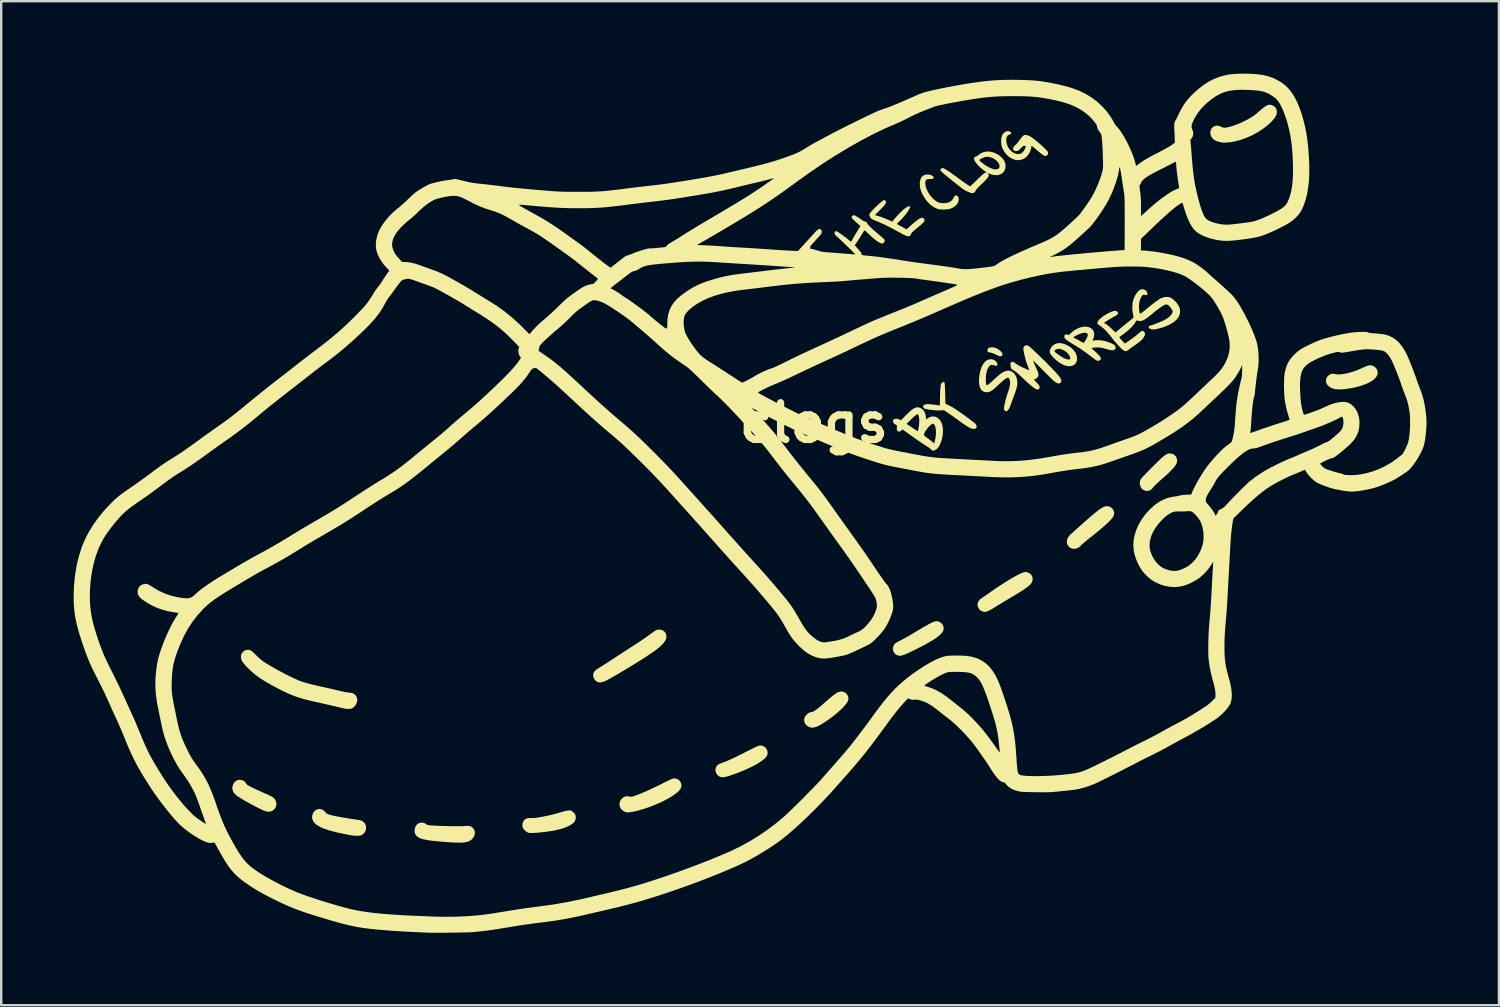
<source format=kicad_pcb>
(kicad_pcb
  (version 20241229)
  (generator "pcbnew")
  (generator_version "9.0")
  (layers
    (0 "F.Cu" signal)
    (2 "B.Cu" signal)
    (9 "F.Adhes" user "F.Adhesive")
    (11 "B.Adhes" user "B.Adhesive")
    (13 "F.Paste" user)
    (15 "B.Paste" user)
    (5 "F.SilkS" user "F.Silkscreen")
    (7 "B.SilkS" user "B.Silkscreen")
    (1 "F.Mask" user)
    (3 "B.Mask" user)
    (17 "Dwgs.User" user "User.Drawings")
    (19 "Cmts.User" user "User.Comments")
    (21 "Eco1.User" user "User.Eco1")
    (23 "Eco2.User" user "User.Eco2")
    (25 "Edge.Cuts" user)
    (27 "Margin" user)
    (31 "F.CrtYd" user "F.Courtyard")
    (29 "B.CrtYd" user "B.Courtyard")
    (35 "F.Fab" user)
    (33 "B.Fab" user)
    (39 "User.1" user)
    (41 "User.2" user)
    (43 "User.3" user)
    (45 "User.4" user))
  (footprint "clogs"
    (layer "F.Cu")
    (at 30.66 14.463)
    (property "Reference" "clogs" (at 0 0 0) (layer "F.SilkS") (effects (font (size 1.524 1.524) (thickness 0.3))))
    (attr board_only exclude_from_pos_files exclude_from_bom)
    (fp_poly (pts (xy 7.44 -3.122) (xy 7.496 -3.111) (xy 7.556 -3.087) (xy 7.583 -3.074) (xy 7.653 -3.033) (xy 7.717 -2.984) (xy 7.77 -2.932) (xy 7.805 -2.883) (xy 7.818 -2.843) (xy 7.804 -2.799) (xy 7.768 -2.766) (xy 7.722 -2.754) (xy 7.691 -2.761) (xy 7.642 -2.78) (xy 7.58 -2.807) (xy 7.54 -2.826) (xy 7.438 -2.872) (xy 7.349 -2.902) (xy 7.306 -2.91) (xy 7.253 -2.921) (xy 7.214 -2.934) (xy 7.199 -2.945) (xy 7.185 -2.995) (xy 7.197 -3.048) (xy 7.226 -3.087) (xy 7.253 -3.109) (xy 7.285 -3.12) (xy 7.332 -3.125) (xy 7.372 -3.126)) (stroke (width 0) (type solid)) (fill yes) (layer "F.SilkS"))
    (fp_poly (pts (xy 23.117 -2.375) (xy 23.185 -2.345) (xy 23.251 -2.298) (xy 23.302 -2.242) (xy 23.317 -2.217) (xy 23.349 -2.124) (xy 23.349 -2.033) (xy 23.319 -1.945) (xy 23.259 -1.859) (xy 23.17 -1.777) (xy 23.052 -1.699) (xy 22.906 -1.626) (xy 22.733 -1.559) (xy 22.576 -1.509) (xy 22.424 -1.47) (xy 22.265 -1.437) (xy 22.106 -1.411) (xy 21.953 -1.394) (xy 21.812 -1.385) (xy 21.691 -1.386) (xy 21.613 -1.393) (xy 21.493 -1.422) (xy 21.389 -1.469) (xy 21.306 -1.53) (xy 21.246 -1.602) (xy 21.221 -1.66) (xy 21.208 -1.753) (xy 21.225 -1.84) (xy 21.274 -1.92) (xy 21.29 -1.938) (xy 21.366 -2) (xy 21.445 -2.03) (xy 21.53 -2.032) (xy 21.568 -2.024) (xy 21.677 -2.007) (xy 21.809 -2.007) (xy 21.959 -2.025) (xy 22.123 -2.059) (xy 22.298 -2.109) (xy 22.481 -2.173) (xy 22.666 -2.251) (xy 22.696 -2.265) (xy 22.807 -2.315) (xy 22.895 -2.35) (xy 22.966 -2.373) (xy 23.024 -2.383) (xy 23.074 -2.383)) (stroke (width 0) (type solid)) (fill yes) (layer "F.SilkS"))
    (fp_poly (pts (xy -2.11 13.384) (xy -2.035 13.427) (xy -1.974 13.488) (xy -1.932 13.565) (xy -1.915 13.652) (xy -1.915 13.661) (xy -1.921 13.724) (xy -1.939 13.781) (xy -1.973 13.837) (xy -2.025 13.894) (xy -2.098 13.956) (xy -2.195 14.027) (xy -2.271 14.077) (xy -2.408 14.159) (xy -2.572 14.245) (xy -2.76 14.334) (xy -2.97 14.423) (xy -3.196 14.512) (xy -3.4 14.586) (xy -3.533 14.63) (xy -3.641 14.659) (xy -3.73 14.676) (xy -3.802 14.68) (xy -3.861 14.671) (xy -3.876 14.667) (xy -3.952 14.626) (xy -4.013 14.564) (xy -4.057 14.488) (xy -4.078 14.405) (xy -4.075 14.34) (xy -4.051 14.259) (xy -4.008 14.196) (xy -3.945 14.144) (xy -3.855 14.102) (xy -3.807 14.086) (xy -3.706 14.05) (xy -3.579 13.997) (xy -3.426 13.929) (xy -3.246 13.844) (xy -3.04 13.743) (xy -2.809 13.626) (xy -2.695 13.568) (xy -2.587 13.514) (xy -2.489 13.466) (xy -2.405 13.426) (xy -2.339 13.396) (xy -2.295 13.378) (xy -2.282 13.373) (xy -2.194 13.365)) (stroke (width 0) (type solid)) (fill yes) (layer "F.SilkS"))
    (fp_poly (pts (xy 1.185 11.131) (xy 1.269 11.158) (xy 1.34 11.209) (xy 1.394 11.282) (xy 1.417 11.339) (xy 1.43 11.393) (xy 1.432 11.435) (xy 1.421 11.483) (xy 1.417 11.499) (xy 1.385 11.569) (xy 1.328 11.651) (xy 1.249 11.745) (xy 1.15 11.847) (xy 1.034 11.955) (xy 0.903 12.066) (xy 0.76 12.18) (xy 0.607 12.292) (xy 0.487 12.374) (xy 0.346 12.464) (xy 0.225 12.534) (xy 0.121 12.583) (xy 0.03 12.614) (xy -0.05 12.626) (xy -0.123 12.622) (xy -0.192 12.601) (xy -0.218 12.589) (xy -0.302 12.531) (xy -0.363 12.459) (xy -0.399 12.376) (xy -0.406 12.286) (xy -0.397 12.236) (xy -0.365 12.165) (xy -0.313 12.097) (xy -0.248 12.04) (xy -0.178 11.999) (xy -0.11 11.98) (xy -0.099 11.98) (xy -0.059 11.972) (xy -0.005 11.946) (xy 0.063 11.903) (xy 0.149 11.84) (xy 0.252 11.757) (xy 0.375 11.653) (xy 0.514 11.53) (xy 0.653 11.409) (xy 0.774 11.31) (xy 0.875 11.233) (xy 0.958 11.179) (xy 1.001 11.157) (xy 1.094 11.13)) (stroke (width 0) (type solid)) (fill yes) (layer "F.SilkS"))
    (fp_poly (pts (xy -10.091 16.058) (xy -10.038 16.074) (xy -9.993 16.103) (xy -9.992 16.103) (xy -9.93 16.161) (xy -9.89 16.215) (xy -9.869 16.275) (xy -9.863 16.322) (xy -9.869 16.42) (xy -9.904 16.506) (xy -9.968 16.582) (xy -10.002 16.609) (xy -10.122 16.684) (xy -10.268 16.751) (xy -10.441 16.81) (xy -10.641 16.861) (xy -10.869 16.906) (xy -11.128 16.943) (xy -11.236 16.956) (xy -11.401 16.972) (xy -11.543 16.983) (xy -11.66 16.988) (xy -11.751 16.988) (xy -11.814 16.981) (xy -11.826 16.978) (xy -11.881 16.953) (xy -11.942 16.909) (xy -11.998 16.856) (xy -12.042 16.801) (xy -12.06 16.765) (xy -12.07 16.715) (xy -12.073 16.653) (xy -12.072 16.624) (xy -12.05 16.534) (xy -12.003 16.46) (xy -11.936 16.406) (xy -11.851 16.375) (xy -11.753 16.368) (xy -11.739 16.369) (xy -11.66 16.371) (xy -11.555 16.364) (xy -11.428 16.348) (xy -11.283 16.324) (xy -11.125 16.293) (xy -10.957 16.256) (xy -10.783 16.213) (xy -10.607 16.166) (xy -10.461 16.123) (xy -10.336 16.087) (xy -10.236 16.065) (xy -10.155 16.055)) (stroke (width 0) (type solid)) (fill yes) (layer "F.SilkS"))
    (fp_poly (pts (xy 14.766 1.269) (xy 14.863 1.29) (xy 14.942 1.337) (xy 15.002 1.406) (xy 15.038 1.493) (xy 15.045 1.534) (xy 15.046 1.59) (xy 15.033 1.649) (xy 15.006 1.713) (xy 14.962 1.783) (xy 14.901 1.861) (xy 14.82 1.95) (xy 14.719 2.052) (xy 14.594 2.168) (xy 14.446 2.3) (xy 14.434 2.31) (xy 14.324 2.408) (xy 14.23 2.494) (xy 14.152 2.567) (xy 14.094 2.625) (xy 14.058 2.665) (xy 14.046 2.682) (xy 13.997 2.743) (xy 13.928 2.789) (xy 13.848 2.817) (xy 13.768 2.821) (xy 13.744 2.817) (xy 13.652 2.782) (xy 13.579 2.724) (xy 13.529 2.647) (xy 13.503 2.555) (xy 13.503 2.451) (xy 13.517 2.382) (xy 13.525 2.361) (xy 13.54 2.336) (xy 13.565 2.304) (xy 13.6 2.261) (xy 13.65 2.207) (xy 13.715 2.139) (xy 13.797 2.054) (xy 13.899 1.951) (xy 13.948 1.902) (xy 14.086 1.764) (xy 14.204 1.647) (xy 14.304 1.549) (xy 14.389 1.469) (xy 14.461 1.406) (xy 14.522 1.357) (xy 14.573 1.32) (xy 14.619 1.295) (xy 14.659 1.279) (xy 14.698 1.27) (xy 14.736 1.268)) (stroke (width 0) (type solid)) (fill yes) (layer "F.SilkS"))
    (fp_poly (pts (xy -23.723 14.788) (xy -23.641 14.815) (xy -23.571 14.863) (xy -23.523 14.926) (xy -23.516 14.94) (xy -23.504 14.962) (xy -23.483 14.983) (xy -23.449 15.007) (xy -23.396 15.037) (xy -23.322 15.076) (xy -23.281 15.097) (xy -23.185 15.143) (xy -23.073 15.197) (xy -22.956 15.25) (xy -22.847 15.299) (xy -22.82 15.311) (xy -22.697 15.366) (xy -22.598 15.41) (xy -22.522 15.446) (xy -22.463 15.477) (xy -22.418 15.504) (xy -22.384 15.528) (xy -22.356 15.553) (xy -22.348 15.562) (xy -22.294 15.639) (xy -22.266 15.728) (xy -22.263 15.822) (xy -22.287 15.913) (xy -22.333 15.991) (xy -22.408 16.059) (xy -22.495 16.098) (xy -22.594 16.108) (xy -22.704 16.089) (xy -22.789 16.058) (xy -22.902 16.006) (xy -23.029 15.944) (xy -23.167 15.874) (xy -23.308 15.798) (xy -23.449 15.721) (xy -23.583 15.645) (xy -23.705 15.572) (xy -23.81 15.507) (xy -23.893 15.451) (xy -23.906 15.441) (xy -23.994 15.361) (xy -24.053 15.271) (xy -24.083 15.174) (xy -24.083 15.074) (xy -24.052 14.971) (xy -24.045 14.957) (xy -23.989 14.875) (xy -23.915 14.818) (xy -23.828 14.787) (xy -23.812 14.785)) (stroke (width 0) (type solid)) (fill yes) (layer "F.SilkS"))
    (fp_poly (pts (xy 12.227 3.464) (xy 12.306 3.502) (xy 12.37 3.559) (xy 12.414 3.631) (xy 12.436 3.712) (xy 12.432 3.797) (xy 12.41 3.864) (xy 12.381 3.913) (xy 12.34 3.968) (xy 12.284 4.031) (xy 12.212 4.104) (xy 12.123 4.189) (xy 12.015 4.285) (xy 11.887 4.394) (xy 11.737 4.519) (xy 11.564 4.659) (xy 11.371 4.813) (xy 11.288 4.88) (xy 11.212 4.944) (xy 11.146 5.001) (xy 11.094 5.047) (xy 11.062 5.079) (xy 11.057 5.085) (xy 10.991 5.149) (xy 10.907 5.193) (xy 10.815 5.216) (xy 10.723 5.216) (xy 10.638 5.19) (xy 10.637 5.189) (xy 10.562 5.134) (xy 10.508 5.06) (xy 10.48 4.973) (xy 10.477 4.93) (xy 10.486 4.846) (xy 10.517 4.767) (xy 10.571 4.687) (xy 10.652 4.602) (xy 10.688 4.57) (xy 10.739 4.525) (xy 10.807 4.464) (xy 10.888 4.392) (xy 10.976 4.314) (xy 11.064 4.234) (xy 11.094 4.208) (xy 11.266 4.054) (xy 11.418 3.921) (xy 11.55 3.808) (xy 11.666 3.713) (xy 11.766 3.635) (xy 11.852 3.572) (xy 11.926 3.524) (xy 11.99 3.489) (xy 12.046 3.466) (xy 12.095 3.453) (xy 12.136 3.45)) (stroke (width 0) (type solid)) (fill yes) (layer "F.SilkS"))
    (fp_poly (pts (xy -5.687 14.742) (xy -5.608 14.782) (xy -5.546 14.842) (xy -5.504 14.918) (xy -5.485 15.005) (xy -5.494 15.093) (xy -5.525 15.162) (xy -5.585 15.237) (xy -5.671 15.317) (xy -5.78 15.401) (xy -5.912 15.488) (xy -6.063 15.576) (xy -6.231 15.664) (xy -6.414 15.75) (xy -6.61 15.834) (xy -6.817 15.913) (xy -6.919 15.949) (xy -7.079 16.002) (xy -7.233 16.047) (xy -7.376 16.084) (xy -7.505 16.111) (xy -7.616 16.129) (xy -7.706 16.136) (xy -7.771 16.132) (xy -7.786 16.128) (xy -7.889 16.081) (xy -7.969 16.017) (xy -8.023 15.937) (xy -8.05 15.845) (xy -8.052 15.777) (xy -8.031 15.678) (xy -7.982 15.593) (xy -7.904 15.522) (xy -7.901 15.52) (xy -7.82 15.478) (xy -7.733 15.465) (xy -7.638 15.477) (xy -7.595 15.486) (xy -7.559 15.488) (xy -7.521 15.482) (xy -7.469 15.466) (xy -7.43 15.453) (xy -7.245 15.384) (xy -7.034 15.297) (xy -6.798 15.192) (xy -6.536 15.068) (xy -6.333 14.968) (xy -6.201 14.902) (xy -6.094 14.849) (xy -6.008 14.807) (xy -5.941 14.777) (xy -5.889 14.755) (xy -5.849 14.74) (xy -5.818 14.732) (xy -5.792 14.728) (xy -5.778 14.727)) (stroke (width 0) (type solid)) (fill yes) (layer "F.SilkS"))
    (fp_poly (pts (xy 8.799 6.181) (xy 8.828 6.188) (xy 8.92 6.225) (xy 8.991 6.282) (xy 9.038 6.353) (xy 9.061 6.435) (xy 9.058 6.521) (xy 9.028 6.608) (xy 8.976 6.682) (xy 8.935 6.724) (xy 8.884 6.768) (xy 8.82 6.818) (xy 8.74 6.875) (xy 8.642 6.94) (xy 8.524 7.015) (xy 8.384 7.101) (xy 8.218 7.201) (xy 8.2 7.211) (xy 8.076 7.286) (xy 7.947 7.363) (xy 7.821 7.439) (xy 7.703 7.511) (xy 7.597 7.576) (xy 7.512 7.629) (xy 7.483 7.646) (xy 7.37 7.715) (xy 7.279 7.766) (xy 7.204 7.802) (xy 7.141 7.823) (xy 7.085 7.831) (xy 7.033 7.827) (xy 6.98 7.813) (xy 6.971 7.81) (xy 6.896 7.768) (xy 6.836 7.704) (xy 6.795 7.626) (xy 6.778 7.542) (xy 6.781 7.487) (xy 6.813 7.398) (xy 6.873 7.321) (xy 6.922 7.283) (xy 6.958 7.258) (xy 7.014 7.22) (xy 7.082 7.172) (xy 7.155 7.12) (xy 7.177 7.105) (xy 7.363 6.974) (xy 7.547 6.848) (xy 7.728 6.728) (xy 7.903 6.616) (xy 8.069 6.513) (xy 8.223 6.422) (xy 8.362 6.343) (xy 8.484 6.279) (xy 8.586 6.231) (xy 8.656 6.204) (xy 8.716 6.185) (xy 8.759 6.178)) (stroke (width 0) (type solid)) (fill yes) (layer "F.SilkS"))
    (fp_poly (pts (xy -20.406 16.005) (xy -20.333 16.035) (xy -20.272 16.079) (xy -20.232 16.128) (xy -20.212 16.157) (xy -20.181 16.182) (xy -20.136 16.205) (xy -20.07 16.228) (xy -19.979 16.253) (xy -19.943 16.262) (xy -19.884 16.276) (xy -19.799 16.293) (xy -19.694 16.313) (xy -19.575 16.334) (xy -19.447 16.357) (xy -19.317 16.378) (xy -19.19 16.399) (xy -19.072 16.417) (xy -18.968 16.432) (xy -18.9 16.442) (xy -18.812 16.455) (xy -18.747 16.474) (xy -18.695 16.5) (xy -18.648 16.54) (xy -18.632 16.556) (xy -18.583 16.618) (xy -18.557 16.683) (xy -18.548 16.765) (xy -18.548 16.779) (xy -18.562 16.88) (xy -18.605 16.967) (xy -18.674 17.038) (xy -18.687 17.048) (xy -18.726 17.072) (xy -18.76 17.088) (xy -18.8 17.096) (xy -18.855 17.101) (xy -18.903 17.102) (xy -18.989 17.101) (xy -19.082 17.095) (xy -19.164 17.085) (xy -19.173 17.083) (xy -19.451 17.03) (xy -19.7 16.977) (xy -19.919 16.923) (xy -20.11 16.869) (xy -20.275 16.813) (xy -20.414 16.755) (xy -20.529 16.695) (xy -20.621 16.631) (xy -20.692 16.565) (xy -20.741 16.494) (xy -20.77 16.426) (xy -20.784 16.331) (xy -20.772 16.238) (xy -20.738 16.154) (xy -20.684 16.083) (xy -20.614 16.029) (xy -20.532 15.999) (xy -20.478 15.994)) (stroke (width 0) (type solid)) (fill yes) (layer "F.SilkS"))
    (fp_poly (pts (xy 5.132 8.221) (xy 5.212 8.251) (xy 5.281 8.301) (xy 5.335 8.368) (xy 5.368 8.446) (xy 5.377 8.529) (xy 5.373 8.557) (xy 5.352 8.622) (xy 5.31 8.689) (xy 5.247 8.76) (xy 5.162 8.836) (xy 5.053 8.917) (xy 4.919 9.005) (xy 4.758 9.1) (xy 4.571 9.203) (xy 4.354 9.315) (xy 4.336 9.325) (xy 4.182 9.402) (xy 4.052 9.466) (xy 3.944 9.518) (xy 3.854 9.558) (xy 3.78 9.589) (xy 3.719 9.612) (xy 3.667 9.628) (xy 3.658 9.631) (xy 3.603 9.644) (xy 3.567 9.65) (xy 3.537 9.649) (xy 3.5 9.64) (xy 3.482 9.635) (xy 3.397 9.596) (xy 3.333 9.536) (xy 3.29 9.461) (xy 3.271 9.377) (xy 3.279 9.29) (xy 3.315 9.204) (xy 3.316 9.202) (xy 3.339 9.17) (xy 3.364 9.142) (xy 3.397 9.116) (xy 3.445 9.087) (xy 3.514 9.05) (xy 3.555 9.029) (xy 3.626 8.992) (xy 3.688 8.96) (xy 3.746 8.929) (xy 3.804 8.897) (xy 3.866 8.862) (xy 3.935 8.822) (xy 4.017 8.774) (xy 4.115 8.715) (xy 4.233 8.645) (xy 4.328 8.588) (xy 4.488 8.493) (xy 4.624 8.414) (xy 4.739 8.35) (xy 4.833 8.3) (xy 4.911 8.263) (xy 4.973 8.238) (xy 5.023 8.223) (xy 5.047 8.218)) (stroke (width 0) (type solid)) (fill yes) (layer "F.SilkS"))
    (fp_poly (pts (xy 10.299 -3.287) (xy 10.417 -3.249) (xy 10.534 -3.192) (xy 10.642 -3.119) (xy 10.738 -3.034) (xy 10.814 -2.938) (xy 10.852 -2.87) (xy 10.89 -2.759) (xy 10.903 -2.654) (xy 10.889 -2.557) (xy 10.851 -2.473) (xy 10.789 -2.406) (xy 10.777 -2.397) (xy 10.702 -2.363) (xy 10.61 -2.346) (xy 10.51 -2.349) (xy 10.411 -2.371) (xy 10.296 -2.421) (xy 10.174 -2.493) (xy 10.054 -2.581) (xy 9.944 -2.68) (xy 9.851 -2.783) (xy 9.835 -2.804) (xy 9.791 -2.87) (xy 9.769 -2.925) (xy 9.769 -2.974) (xy 9.961 -2.974) (xy 9.975 -2.947) (xy 10.011 -2.913) (xy 10.07 -2.866) (xy 10.12 -2.829) (xy 10.236 -2.749) (xy 10.343 -2.687) (xy 10.438 -2.645) (xy 10.498 -2.629) (xy 10.561 -2.622) (xy 10.599 -2.628) (xy 10.616 -2.651) (xy 10.619 -2.671) (xy 10.605 -2.74) (xy 10.566 -2.813) (xy 10.507 -2.886) (xy 10.432 -2.952) (xy 10.347 -3.006) (xy 10.323 -3.018) (xy 10.227 -3.054) (xy 10.146 -3.067) (xy 10.075 -3.056) (xy 10.037 -3.04) (xy 9.994 -3.017) (xy 9.968 -2.996) (xy 9.961 -2.974) (xy 9.769 -2.974) (xy 9.769 -2.979) (xy 9.789 -3.043) (xy 9.806 -3.08) (xy 9.864 -3.169) (xy 9.946 -3.238) (xy 10.044 -3.285) (xy 10.077 -3.294) (xy 10.184 -3.303)) (stroke (width 0) (type solid)) (fill yes) (layer "F.SilkS"))
    (fp_poly (pts (xy -16.115 16.588) (xy -16.066 16.617) (xy -16.037 16.636) (xy -16.011 16.65) (xy -15.98 16.66) (xy -15.939 16.667) (xy -15.882 16.673) (xy -15.802 16.678) (xy -15.764 16.68) (xy -15.634 16.687) (xy -15.494 16.693) (xy -15.347 16.698) (xy -15.197 16.702) (xy -15.049 16.705) (xy -14.908 16.707) (xy -14.776 16.708) (xy -14.66 16.707) (xy -14.562 16.705) (xy -14.487 16.702) (xy -14.439 16.698) (xy -14.439 16.698) (xy -14.324 16.691) (xy -14.228 16.709) (xy -14.15 16.753) (xy -14.087 16.824) (xy -14.063 16.865) (xy -14.04 16.945) (xy -14.043 17.03) (xy -14.07 17.116) (xy -14.118 17.198) (xy -14.185 17.268) (xy -14.267 17.322) (xy -14.285 17.33) (xy -14.345 17.352) (xy -14.412 17.369) (xy -14.489 17.38) (xy -14.581 17.387) (xy -14.693 17.389) (xy -14.828 17.386) (xy -14.963 17.381) (xy -15.048 17.377) (xy -15.157 17.369) (xy -15.282 17.359) (xy -15.414 17.348) (xy -15.548 17.336) (xy -15.674 17.324) (xy -15.786 17.312) (xy -15.857 17.304) (xy -16.032 17.278) (xy -16.178 17.247) (xy -16.296 17.21) (xy -16.389 17.165) (xy -16.457 17.111) (xy -16.503 17.048) (xy -16.53 16.974) (xy -16.537 16.89) (xy -16.524 16.788) (xy -16.489 16.702) (xy -16.434 16.633) (xy -16.366 16.585) (xy -16.287 16.56) (xy -16.202 16.56)) (stroke (width 0) (type solid)) (fill yes) (layer "F.SilkS"))
    (fp_poly (pts (xy 4.78 -10.281) (xy 4.862 -10.259) (xy 4.926 -10.215) (xy 4.928 -10.212) (xy 4.959 -10.178) (xy 4.967 -10.155) (xy 4.954 -10.132) (xy 4.944 -10.122) (xy 4.918 -10.107) (xy 4.871 -10.099) (xy 4.805 -10.097) (xy 4.729 -10.094) (xy 4.679 -10.082) (xy 4.647 -10.058) (xy 4.628 -10.019) (xy 4.621 -9.995) (xy 4.614 -9.899) (xy 4.631 -9.789) (xy 4.67 -9.673) (xy 4.729 -9.553) (xy 4.806 -9.435) (xy 4.897 -9.324) (xy 4.963 -9.259) (xy 5.058 -9.182) (xy 5.151 -9.132) (xy 5.248 -9.104) (xy 5.357 -9.096) (xy 5.486 -9.105) (xy 5.59 -9.131) (xy 5.674 -9.178) (xy 5.739 -9.245) (xy 5.777 -9.306) (xy 5.814 -9.371) (xy 5.848 -9.409) (xy 5.882 -9.421) (xy 5.913 -9.415) (xy 5.961 -9.381) (xy 5.989 -9.323) (xy 5.998 -9.25) (xy 5.982 -9.155) (xy 5.938 -9.067) (xy 5.866 -8.988) (xy 5.77 -8.92) (xy 5.657 -8.869) (xy 5.583 -8.851) (xy 5.488 -8.839) (xy 5.384 -8.834) (xy 5.281 -8.836) (xy 5.188 -8.846) (xy 5.124 -8.86) (xy 4.987 -8.922) (xy 4.854 -9.012) (xy 4.729 -9.128) (xy 4.615 -9.269) (xy 4.607 -9.28) (xy 4.506 -9.446) (xy 4.436 -9.607) (xy 4.396 -9.763) (xy 4.386 -9.916) (xy 4.388 -9.947) (xy 4.408 -10.064) (xy 4.447 -10.156) (xy 4.505 -10.223) (xy 4.583 -10.266) (xy 4.677 -10.284)) (stroke (width 0) (type solid)) (fill yes) (layer "F.SilkS"))
    (fp_poly (pts (xy 18.902 -13.174) (xy 18.958 -13.162) (xy 18.964 -13.16) (xy 19.051 -13.12) (xy 19.118 -13.059) (xy 19.162 -12.981) (xy 19.178 -12.891) (xy 19.177 -12.859) (xy 19.161 -12.776) (xy 19.126 -12.693) (xy 19.067 -12.605) (xy 18.984 -12.507) (xy 18.976 -12.498) (xy 18.805 -12.336) (xy 18.609 -12.183) (xy 18.392 -12.042) (xy 18.16 -11.915) (xy 17.917 -11.806) (xy 17.669 -11.718) (xy 17.421 -11.652) (xy 17.398 -11.647) (xy 17.319 -11.633) (xy 17.229 -11.621) (xy 17.136 -11.612) (xy 17.049 -11.606) (xy 16.975 -11.604) (xy 16.922 -11.607) (xy 16.91 -11.609) (xy 16.877 -11.616) (xy 16.826 -11.627) (xy 16.791 -11.634) (xy 16.668 -11.671) (xy 16.568 -11.726) (xy 16.493 -11.8) (xy 16.443 -11.889) (xy 16.421 -11.992) (xy 16.42 -12.021) (xy 16.432 -12.117) (xy 16.471 -12.196) (xy 16.535 -12.257) (xy 16.573 -12.279) (xy 16.652 -12.306) (xy 16.73 -12.309) (xy 16.816 -12.286) (xy 16.867 -12.264) (xy 16.919 -12.239) (xy 16.958 -12.226) (xy 16.996 -12.223) (xy 17.045 -12.227) (xy 17.083 -12.232) (xy 17.214 -12.258) (xy 17.364 -12.302) (xy 17.525 -12.36) (xy 17.692 -12.43) (xy 17.857 -12.509) (xy 18.015 -12.593) (xy 18.159 -12.681) (xy 18.258 -12.75) (xy 18.303 -12.786) (xy 18.363 -12.835) (xy 18.43 -12.892) (xy 18.483 -12.937) (xy 18.584 -13.023) (xy 18.666 -13.087) (xy 18.735 -13.132) (xy 18.794 -13.161) (xy 18.849 -13.174)) (stroke (width 0) (type solid)) (fill yes) (layer "F.SilkS"))
    (fp_poly (pts (xy -6.329 8.571) (xy -6.244 8.604) (xy -6.176 8.66) (xy -6.129 8.735) (xy -6.107 8.826) (xy -6.106 8.856) (xy -6.114 8.924) (xy -6.138 8.991) (xy -6.184 9.064) (xy -6.227 9.119) (xy -6.279 9.178) (xy -6.338 9.237) (xy -6.407 9.299) (xy -6.488 9.365) (xy -6.585 9.438) (xy -6.7 9.519) (xy -6.835 9.61) (xy -6.993 9.714) (xy -7.121 9.797) (xy -7.246 9.876) (xy -7.383 9.961) (xy -7.527 10.05) (xy -7.676 10.141) (xy -7.827 10.231) (xy -7.976 10.319) (xy -8.119 10.404) (xy -8.254 10.482) (xy -8.377 10.552) (xy -8.485 10.613) (xy -8.574 10.661) (xy -8.641 10.696) (xy -8.666 10.707) (xy -8.776 10.744) (xy -8.875 10.753) (xy -8.949 10.738) (xy -9.025 10.695) (xy -9.085 10.631) (xy -9.126 10.552) (xy -9.143 10.468) (xy -9.139 10.415) (xy -9.12 10.35) (xy -9.085 10.293) (xy -9.029 10.238) (xy -8.949 10.18) (xy -8.906 10.154) (xy -8.859 10.125) (xy -8.789 10.081) (xy -8.701 10.025) (xy -8.599 9.96) (xy -8.487 9.887) (xy -8.369 9.81) (xy -8.257 9.738) (xy -8.128 9.653) (xy -7.992 9.564) (xy -7.855 9.475) (xy -7.724 9.39) (xy -7.604 9.313) (xy -7.501 9.246) (xy -7.446 9.21) (xy -7.341 9.143) (xy -7.231 9.07) (xy -7.123 8.998) (xy -7.026 8.931) (xy -6.946 8.875) (xy -6.935 8.867) (xy -6.822 8.786) (xy -6.731 8.721) (xy -6.66 8.67) (xy -6.605 8.632) (xy -6.562 8.606) (xy -6.529 8.587) (xy -6.501 8.576) (xy -6.477 8.57) (xy -6.452 8.567) (xy -6.427 8.565)) (stroke (width 0) (type solid)) (fill yes) (layer "F.SilkS"))
    (fp_poly (pts (xy 5.396 -1.684) (xy 5.408 -1.664) (xy 5.417 -1.628) (xy 5.423 -1.573) (xy 5.428 -1.497) (xy 5.432 -1.396) (xy 5.436 -1.267) (xy 5.437 -1.223) (xy 5.448 -0.793) (xy 5.581 -0.73) (xy 5.659 -0.69) (xy 5.743 -0.643) (xy 5.818 -0.598) (xy 5.828 -0.592) (xy 5.899 -0.545) (xy 5.983 -0.487) (xy 6.077 -0.422) (xy 6.175 -0.352) (xy 6.275 -0.28) (xy 6.373 -0.208) (xy 6.465 -0.141) (xy 6.546 -0.079) (xy 6.613 -0.027) (xy 6.663 0.013) (xy 6.69 0.038) (xy 6.692 0.039) (xy 6.729 0.097) (xy 6.742 0.154) (xy 6.731 0.205) (xy 6.713 0.227) (xy 6.668 0.248) (xy 6.606 0.252) (xy 6.535 0.239) (xy 6.467 0.213) (xy 6.384 0.167) (xy 6.285 0.105) (xy 6.168 0.026) (xy 6.031 -0.072) (xy 5.962 -0.122) (xy 5.872 -0.187) (xy 5.773 -0.259) (xy 5.674 -0.328) (xy 5.588 -0.388) (xy 5.571 -0.4) (xy 5.389 -0.523) (xy 5.246 -0.514) (xy 5.177 -0.512) (xy 5.091 -0.515) (xy 4.993 -0.522) (xy 4.892 -0.532) (xy 4.794 -0.544) (xy 4.706 -0.557) (xy 4.635 -0.572) (xy 4.588 -0.585) (xy 4.585 -0.587) (xy 4.544 -0.621) (xy 4.527 -0.673) (xy 4.529 -0.707) (xy 4.549 -0.734) (xy 4.595 -0.755) (xy 4.66 -0.77) (xy 4.727 -0.775) (xy 4.773 -0.773) (xy 4.84 -0.767) (xy 4.919 -0.759) (xy 5.002 -0.749) (xy 5.08 -0.739) (xy 5.145 -0.729) (xy 5.189 -0.72) (xy 5.195 -0.718) (xy 5.205 -0.717) (xy 5.212 -0.725) (xy 5.217 -0.745) (xy 5.221 -0.781) (xy 5.222 -0.839) (xy 5.223 -0.922) (xy 5.223 -0.968) (xy 5.225 -1.124) (xy 5.23 -1.264) (xy 5.237 -1.387) (xy 5.246 -1.489) (xy 5.256 -1.566) (xy 5.269 -1.616) (xy 5.272 -1.623) (xy 5.301 -1.661) (xy 5.337 -1.684) (xy 5.362 -1.692) (xy 5.381 -1.693)) (stroke (width 0) (type solid)) (fill yes) (layer "F.SilkS"))
    (fp_poly (pts (xy -23.372 9.409) (xy -23.329 9.426) (xy -23.283 9.456) (xy -23.227 9.502) (xy -23.158 9.568) (xy -23.105 9.62) (xy -23.034 9.69) (xy -22.957 9.76) (xy -22.883 9.823) (xy -22.821 9.872) (xy -22.813 9.878) (xy -22.71 9.947) (xy -22.583 10.025) (xy -22.439 10.11) (xy -22.281 10.199) (xy -22.116 10.289) (xy -21.947 10.378) (xy -21.78 10.463) (xy -21.621 10.541) (xy -21.474 10.609) (xy -21.344 10.666) (xy -21.254 10.701) (xy -21.128 10.744) (xy -20.975 10.788) (xy -20.794 10.836) (xy -20.583 10.886) (xy -20.342 10.94) (xy -20.288 10.952) (xy -20.201 10.971) (xy -20.093 10.995) (xy -19.971 11.023) (xy -19.845 11.053) (xy -19.723 11.082) (xy -19.702 11.087) (xy -19.568 11.118) (xy -19.452 11.143) (xy -19.356 11.161) (xy -19.285 11.171) (xy -19.251 11.173) (xy -19.144 11.186) (xy -19.054 11.223) (xy -18.984 11.282) (xy -18.937 11.358) (xy -18.915 11.45) (xy -18.915 11.512) (xy -18.938 11.611) (xy -18.988 11.703) (xy -19.06 11.78) (xy -19.083 11.797) (xy -19.127 11.824) (xy -19.17 11.839) (xy -19.225 11.846) (xy -19.256 11.848) (xy -19.318 11.848) (xy -19.371 11.846) (xy -19.402 11.843) (xy -19.428 11.837) (xy -19.479 11.826) (xy -19.553 11.809) (xy -19.645 11.787) (xy -19.749 11.763) (xy -19.862 11.736) (xy -19.869 11.735) (xy -19.991 11.706) (xy -20.111 11.678) (xy -20.225 11.652) (xy -20.325 11.629) (xy -20.405 11.611) (xy -20.455 11.6) (xy -20.682 11.55) (xy -20.883 11.503) (xy -21.062 11.458) (xy -21.224 11.413) (xy -21.374 11.366) (xy -21.515 11.316) (xy -21.653 11.262) (xy -21.793 11.201) (xy -21.939 11.133) (xy -22.095 11.056) (xy -22.12 11.043) (xy -22.348 10.925) (xy -22.549 10.815) (xy -22.728 10.711) (xy -22.888 10.61) (xy -23.031 10.511) (xy -23.163 10.41) (xy -23.286 10.306) (xy -23.403 10.195) (xy -23.438 10.161) (xy -23.535 10.06) (xy -23.609 9.975) (xy -23.663 9.901) (xy -23.7 9.835) (xy -23.721 9.773) (xy -23.73 9.711) (xy -23.73 9.691) (xy -23.728 9.632) (xy -23.719 9.591) (xy -23.699 9.556) (xy -23.682 9.533) (xy -23.625 9.47) (xy -23.57 9.431) (xy -23.51 9.41) (xy -23.465 9.404) (xy -23.416 9.402)) (stroke (width 0) (type solid)) (fill yes) (layer "F.SilkS"))
    (fp_poly (pts (xy 11.284 -3.984) (xy 11.395 -3.961) (xy 11.485 -3.915) (xy 11.552 -3.85) (xy 11.595 -3.769) (xy 11.613 -3.674) (xy 11.602 -3.57) (xy 11.577 -3.493) (xy 11.54 -3.401) (xy 11.613 -3.413) (xy 11.744 -3.424) (xy 11.887 -3.417) (xy 12.03 -3.392) (xy 12.083 -3.379) (xy 12.19 -3.344) (xy 12.289 -3.307) (xy 12.372 -3.268) (xy 12.435 -3.232) (xy 12.472 -3.2) (xy 12.498 -3.145) (xy 12.496 -3.09) (xy 12.466 -3.042) (xy 12.466 -3.041) (xy 12.427 -3.018) (xy 12.373 -3.008) (xy 12.3 -3.012) (xy 12.206 -3.03) (xy 12.088 -3.063) (xy 12.083 -3.064) (xy 11.991 -3.091) (xy 11.919 -3.108) (xy 11.855 -3.118) (xy 11.787 -3.122) (xy 11.743 -3.123) (xy 11.668 -3.121) (xy 11.603 -3.116) (xy 11.557 -3.108) (xy 11.546 -3.104) (xy 11.501 -3.085) (xy 11.57 -3.027) (xy 11.611 -2.991) (xy 11.666 -2.94) (xy 11.726 -2.883) (xy 11.762 -2.847) (xy 11.828 -2.777) (xy 11.869 -2.722) (xy 11.887 -2.677) (xy 11.883 -2.639) (xy 11.858 -2.604) (xy 11.85 -2.596) (xy 11.806 -2.569) (xy 11.754 -2.569) (xy 11.703 -2.588) (xy 11.674 -2.606) (xy 11.626 -2.639) (xy 11.565 -2.684) (xy 11.495 -2.737) (xy 11.454 -2.768) (xy 11.243 -2.926) (xy 11.035 -3.07) (xy 10.818 -3.208) (xy 10.717 -3.269) (xy 10.605 -3.336) (xy 10.519 -3.393) (xy 10.455 -3.439) (xy 10.412 -3.479) (xy 10.385 -3.514) (xy 10.378 -3.533) (xy 10.741 -3.533) (xy 10.826 -3.494) (xy 10.881 -3.467) (xy 10.95 -3.43) (xy 11.021 -3.391) (xy 11.038 -3.382) (xy 11.095 -3.35) (xy 11.141 -3.325) (xy 11.17 -3.311) (xy 11.175 -3.309) (xy 11.187 -3.321) (xy 11.211 -3.354) (xy 11.242 -3.403) (xy 11.258 -3.43) (xy 11.311 -3.527) (xy 11.339 -3.605) (xy 11.344 -3.662) (xy 11.336 -3.686) (xy 11.3 -3.715) (xy 11.241 -3.73) (xy 11.168 -3.729) (xy 11.13 -3.722) (xy 11.067 -3.704) (xy 10.989 -3.674) (xy 10.909 -3.638) (xy 10.836 -3.6) (xy 10.782 -3.566) (xy 10.779 -3.563) (xy 10.741 -3.533) (xy 10.378 -3.533) (xy 10.374 -3.544) (xy 10.374 -3.6) (xy 10.396 -3.641) (xy 10.434 -3.664) (xy 10.481 -3.663) (xy 10.513 -3.649) (xy 10.532 -3.637) (xy 10.549 -3.635) (xy 10.57 -3.646) (xy 10.6 -3.672) (xy 10.646 -3.717) (xy 10.653 -3.724) (xy 10.762 -3.816) (xy 10.885 -3.891) (xy 11.014 -3.946) (xy 11.145 -3.978) (xy 11.269 -3.985)) (stroke (width 0) (type solid)) (fill yes) (layer "F.SilkS"))
    (fp_poly (pts (xy 2.924 -9.223) (xy 2.962 -9.207) (xy 2.982 -9.174) (xy 2.988 -9.142) (xy 2.982 -9.107) (xy 2.962 -9.066) (xy 2.926 -9.015) (xy 2.871 -8.952) (xy 2.796 -8.874) (xy 2.733 -8.81) (xy 2.668 -8.745) (xy 2.613 -8.689) (xy 2.57 -8.644) (xy 2.543 -8.614) (xy 2.534 -8.603) (xy 2.551 -8.597) (xy 2.59 -8.586) (xy 2.643 -8.571) (xy 2.72 -8.548) (xy 2.805 -8.519) (xy 2.903 -8.481) (xy 3.021 -8.432) (xy 3.099 -8.399) (xy 3.247 -8.334) (xy 3.289 -8.389) (xy 3.339 -8.45) (xy 3.403 -8.523) (xy 3.476 -8.601) (xy 3.552 -8.68) (xy 3.627 -8.754) (xy 3.694 -8.819) (xy 3.75 -8.867) (xy 3.775 -8.887) (xy 3.841 -8.929) (xy 3.9 -8.958) (xy 3.948 -8.971) (xy 3.978 -8.968) (xy 3.988 -8.95) (xy 3.977 -8.906) (xy 3.947 -8.844) (xy 3.9 -8.769) (xy 3.839 -8.683) (xy 3.769 -8.593) (xy 3.691 -8.501) (xy 3.609 -8.412) (xy 3.527 -8.329) (xy 3.507 -8.311) (xy 3.476 -8.284) (xy 3.457 -8.263) (xy 3.45 -8.245) (xy 3.458 -8.228) (xy 3.485 -8.207) (xy 3.533 -8.179) (xy 3.604 -8.142) (xy 3.662 -8.111) (xy 3.841 -8.017) (xy 3.966 -8.131) (xy 4.034 -8.191) (xy 4.108 -8.255) (xy 4.177 -8.313) (xy 4.202 -8.332) (xy 4.297 -8.405) (xy 4.373 -8.456) (xy 4.434 -8.486) (xy 4.483 -8.495) (xy 4.522 -8.485) (xy 4.556 -8.457) (xy 4.562 -8.448) (xy 4.579 -8.42) (xy 4.585 -8.393) (xy 4.579 -8.362) (xy 4.558 -8.326) (xy 4.521 -8.283) (xy 4.465 -8.229) (xy 4.389 -8.162) (xy 4.29 -8.08) (xy 4.242 -8.041) (xy 4.162 -7.974) (xy 4.104 -7.922) (xy 4.064 -7.882) (xy 4.039 -7.849) (xy 4.025 -7.821) (xy 3.997 -7.765) (xy 3.957 -7.732) (xy 3.904 -7.724) (xy 3.834 -7.74) (xy 3.745 -7.779) (xy 3.743 -7.78) (xy 3.688 -7.808) (xy 3.614 -7.848) (xy 3.53 -7.894) (xy 3.444 -7.942) (xy 3.419 -7.956) (xy 3.264 -8.041) (xy 3.1 -8.126) (xy 2.935 -8.206) (xy 2.778 -8.278) (xy 2.637 -8.339) (xy 2.597 -8.355) (xy 2.526 -8.383) (xy 2.463 -8.41) (xy 2.416 -8.432) (xy 2.395 -8.443) (xy 2.362 -8.476) (xy 2.329 -8.527) (xy 2.304 -8.58) (xy 2.295 -8.623) (xy 2.306 -8.655) (xy 2.34 -8.704) (xy 2.393 -8.767) (xy 2.463 -8.842) (xy 2.546 -8.925) (xy 2.642 -9.015) (xy 2.684 -9.053) (xy 2.76 -9.12) (xy 2.817 -9.167) (xy 2.858 -9.199) (xy 2.889 -9.216) (xy 2.912 -9.223)) (stroke (width 0) (type solid)) (fill yes) (layer "F.SilkS"))
    (fp_poly (pts (xy 8.108 -12.067) (xy 8.157 -12.035) (xy 8.176 -12.002) (xy 8.164 -11.971) (xy 8.121 -11.944) (xy 8.085 -11.932) (xy 8.03 -11.902) (xy 7.99 -11.848) (xy 7.969 -11.774) (xy 7.966 -11.684) (xy 7.983 -11.585) (xy 8.01 -11.492) (xy 8.041 -11.419) (xy 8.082 -11.355) (xy 8.122 -11.307) (xy 8.207 -11.227) (xy 8.299 -11.17) (xy 8.392 -11.138) (xy 8.482 -11.131) (xy 8.567 -11.151) (xy 8.64 -11.198) (xy 8.673 -11.235) (xy 8.707 -11.285) (xy 8.738 -11.34) (xy 8.763 -11.393) (xy 8.776 -11.435) (xy 8.775 -11.458) (xy 8.754 -11.469) (xy 8.716 -11.473) (xy 8.714 -11.474) (xy 8.681 -11.469) (xy 8.651 -11.452) (xy 8.615 -11.418) (xy 8.593 -11.393) (xy 8.524 -11.32) (xy 8.46 -11.275) (xy 8.398 -11.254) (xy 8.369 -11.252) (xy 8.319 -11.26) (xy 8.283 -11.288) (xy 8.278 -11.294) (xy 8.255 -11.326) (xy 8.245 -11.35) (xy 8.245 -11.351) (xy 8.256 -11.392) (xy 8.285 -11.442) (xy 8.325 -11.49) (xy 8.356 -11.518) (xy 8.393 -11.552) (xy 8.439 -11.603) (xy 8.484 -11.663) (xy 8.496 -11.68) (xy 8.541 -11.743) (xy 8.589 -11.805) (xy 8.632 -11.853) (xy 8.64 -11.861) (xy 8.682 -11.899) (xy 8.716 -11.917) (xy 8.755 -11.923) (xy 8.775 -11.923) (xy 8.834 -11.914) (xy 8.902 -11.892) (xy 8.928 -11.88) (xy 8.989 -11.845) (xy 9.068 -11.79) (xy 9.159 -11.721) (xy 9.258 -11.641) (xy 9.36 -11.553) (xy 9.461 -11.461) (xy 9.531 -11.395) (xy 9.597 -11.329) (xy 9.644 -11.281) (xy 9.674 -11.246) (xy 9.691 -11.218) (xy 9.699 -11.195) (xy 9.701 -11.171) (xy 9.688 -11.113) (xy 9.653 -11.073) (xy 9.603 -11.054) (xy 9.543 -11.061) (xy 9.523 -11.07) (xy 9.495 -11.088) (xy 9.447 -11.123) (xy 9.386 -11.172) (xy 9.316 -11.229) (xy 9.251 -11.284) (xy 9.18 -11.344) (xy 9.118 -11.397) (xy 9.067 -11.438) (xy 9.032 -11.464) (xy 9.018 -11.474) (xy 9.008 -11.46) (xy 9.005 -11.429) (xy 8.994 -11.35) (xy 8.964 -11.259) (xy 8.92 -11.167) (xy 8.866 -11.083) (xy 8.808 -11.017) (xy 8.706 -10.944) (xy 8.592 -10.897) (xy 8.471 -10.878) (xy 8.349 -10.889) (xy 8.332 -10.893) (xy 8.199 -10.943) (xy 8.076 -11.02) (xy 7.968 -11.121) (xy 7.877 -11.242) (xy 7.807 -11.38) (xy 7.778 -11.464) (xy 7.762 -11.548) (xy 7.755 -11.644) (xy 7.759 -11.742) (xy 7.772 -11.831) (xy 7.794 -11.901) (xy 7.798 -11.91) (xy 7.851 -11.989) (xy 7.915 -12.046) (xy 7.985 -12.078) (xy 8.057 -12.083)) (stroke (width 0) (type solid)) (fill yes) (layer "F.SilkS"))
    (fp_poly (pts (xy 7.401 -2.625) (xy 7.463 -2.6) (xy 7.519 -2.562) (xy 7.564 -2.516) (xy 7.595 -2.467) (xy 7.607 -2.421) (xy 7.596 -2.383) (xy 7.591 -2.377) (xy 7.573 -2.364) (xy 7.553 -2.36) (xy 7.519 -2.367) (xy 7.481 -2.379) (xy 7.427 -2.394) (xy 7.382 -2.403) (xy 7.364 -2.405) (xy 7.313 -2.39) (xy 7.264 -2.346) (xy 7.219 -2.276) (xy 7.179 -2.184) (xy 7.146 -2.072) (xy 7.144 -2.062) (xy 7.134 -2) (xy 7.127 -1.924) (xy 7.124 -1.841) (xy 7.124 -1.758) (xy 7.127 -1.681) (xy 7.133 -1.619) (xy 7.142 -1.577) (xy 7.148 -1.565) (xy 7.16 -1.558) (xy 7.175 -1.558) (xy 7.197 -1.568) (xy 7.229 -1.59) (xy 7.273 -1.626) (xy 7.333 -1.679) (xy 7.412 -1.75) (xy 7.461 -1.795) (xy 7.535 -1.862) (xy 7.605 -1.925) (xy 7.667 -1.978) (xy 7.716 -2.019) (xy 7.742 -2.038) (xy 7.859 -2.108) (xy 7.964 -2.15) (xy 8.059 -2.163) (xy 8.146 -2.148) (xy 8.228 -2.105) (xy 8.269 -2.071) (xy 8.339 -1.991) (xy 8.387 -1.894) (xy 8.416 -1.777) (xy 8.419 -1.761) (xy 8.425 -1.703) (xy 8.428 -1.649) (xy 8.426 -1.593) (xy 8.418 -1.533) (xy 8.403 -1.465) (xy 8.38 -1.385) (xy 8.349 -1.289) (xy 8.309 -1.174) (xy 8.258 -1.035) (xy 8.223 -0.942) (xy 8.19 -0.855) (xy 8.16 -0.773) (xy 8.134 -0.704) (xy 8.115 -0.653) (xy 8.109 -0.637) (xy 8.081 -0.579) (xy 8.043 -0.528) (xy 8.003 -0.49) (xy 7.967 -0.475) (xy 7.964 -0.475) (xy 7.931 -0.486) (xy 7.903 -0.508) (xy 7.883 -0.543) (xy 7.875 -0.595) (xy 7.875 -0.623) (xy 7.881 -0.675) (xy 7.895 -0.751) (xy 7.916 -0.843) (xy 7.941 -0.945) (xy 7.97 -1.049) (xy 8 -1.15) (xy 8.03 -1.239) (xy 8.036 -1.258) (xy 8.088 -1.416) (xy 8.118 -1.551) (xy 8.128 -1.666) (xy 8.116 -1.762) (xy 8.093 -1.824) (xy 8.073 -1.851) (xy 8.048 -1.864) (xy 8.014 -1.862) (xy 7.971 -1.844) (xy 7.915 -1.808) (xy 7.845 -1.753) (xy 7.759 -1.679) (xy 7.654 -1.583) (xy 7.592 -1.524) (xy 7.495 -1.435) (xy 7.413 -1.368) (xy 7.344 -1.32) (xy 7.281 -1.289) (xy 7.221 -1.272) (xy 7.16 -1.266) (xy 7.156 -1.266) (xy 7.061 -1.28) (xy 6.982 -1.32) (xy 6.92 -1.386) (xy 6.875 -1.477) (xy 6.848 -1.593) (xy 6.839 -1.733) (xy 6.842 -1.828) (xy 6.861 -2.003) (xy 6.895 -2.161) (xy 6.941 -2.299) (xy 6.999 -2.415) (xy 7.068 -2.509) (xy 7.145 -2.578) (xy 7.231 -2.621) (xy 7.323 -2.635)) (stroke (width 0) (type solid)) (fill yes) (layer "F.SilkS"))
    (fp_poly (pts (xy 8.837 -3.212) (xy 8.855 -3.207) (xy 8.877 -3.196) (xy 8.905 -3.177) (xy 8.942 -3.147) (xy 8.99 -3.105) (xy 9.053 -3.047) (xy 9.133 -2.972) (xy 9.223 -2.887) (xy 9.384 -2.733) (xy 9.537 -2.584) (xy 9.679 -2.443) (xy 9.808 -2.311) (xy 9.924 -2.19) (xy 10.024 -2.083) (xy 10.106 -1.989) (xy 10.17 -1.913) (xy 10.212 -1.855) (xy 10.225 -1.832) (xy 10.248 -1.765) (xy 10.246 -1.706) (xy 10.221 -1.661) (xy 10.175 -1.635) (xy 10.14 -1.631) (xy 10.111 -1.633) (xy 10.081 -1.641) (xy 10.047 -1.657) (xy 10.007 -1.683) (xy 9.958 -1.721) (xy 9.899 -1.773) (xy 9.828 -1.84) (xy 9.741 -1.924) (xy 9.637 -2.028) (xy 9.524 -2.142) (xy 9.428 -2.24) (xy 9.338 -2.33) (xy 9.258 -2.409) (xy 9.19 -2.476) (xy 9.136 -2.528) (xy 9.098 -2.563) (xy 9.08 -2.579) (xy 9.078 -2.579) (xy 9.082 -2.563) (xy 9.097 -2.523) (xy 9.121 -2.465) (xy 9.153 -2.393) (xy 9.173 -2.35) (xy 9.221 -2.244) (xy 9.256 -2.162) (xy 9.281 -2.099) (xy 9.296 -2.051) (xy 9.302 -2.013) (xy 9.302 -1.98) (xy 9.299 -1.958) (xy 9.275 -1.899) (xy 9.231 -1.847) (xy 9.178 -1.814) (xy 9.16 -1.809) (xy 9.128 -1.8) (xy 9.116 -1.793) (xy 9.126 -1.779) (xy 9.153 -1.747) (xy 9.193 -1.702) (xy 9.234 -1.658) (xy 9.289 -1.597) (xy 9.324 -1.553) (xy 9.344 -1.52) (xy 9.352 -1.491) (xy 9.353 -1.478) (xy 9.342 -1.427) (xy 9.318 -1.401) (xy 9.277 -1.381) (xy 9.237 -1.382) (xy 9.187 -1.403) (xy 9.126 -1.442) (xy 9.046 -1.502) (xy 8.95 -1.58) (xy 8.841 -1.676) (xy 8.721 -1.787) (xy 8.633 -1.871) (xy 8.544 -1.955) (xy 8.461 -2.03) (xy 8.39 -2.091) (xy 8.333 -2.136) (xy 8.297 -2.16) (xy 8.228 -2.201) (xy 8.185 -2.24) (xy 8.162 -2.28) (xy 8.155 -2.316) (xy 8.149 -2.371) (xy 8.141 -2.416) (xy 8.14 -2.461) (xy 8.161 -2.496) (xy 8.164 -2.499) (xy 8.195 -2.522) (xy 8.227 -2.529) (xy 8.266 -2.517) (xy 8.319 -2.485) (xy 8.367 -2.45) (xy 8.449 -2.396) (xy 8.556 -2.337) (xy 8.686 -2.275) (xy 8.7 -2.269) (xy 8.777 -2.236) (xy 8.843 -2.208) (xy 8.892 -2.188) (xy 8.921 -2.177) (xy 8.926 -2.177) (xy 8.92 -2.193) (xy 8.905 -2.233) (xy 8.883 -2.289) (xy 8.862 -2.343) (xy 8.827 -2.438) (xy 8.793 -2.543) (xy 8.761 -2.653) (xy 8.732 -2.763) (xy 8.708 -2.867) (xy 8.69 -2.961) (xy 8.679 -3.037) (xy 8.676 -3.092) (xy 8.679 -3.108) (xy 8.708 -3.165) (xy 8.758 -3.201) (xy 8.818 -3.213)) (stroke (width 0) (type solid)) (fill yes) (layer "F.SilkS"))
    (fp_poly (pts (xy 4.379 -0.628) (xy 4.419 -0.611) (xy 4.473 -0.578) (xy 4.521 -0.54) (xy 4.541 -0.519) (xy 4.576 -0.462) (xy 4.607 -0.39) (xy 4.629 -0.317) (xy 4.637 -0.261) (xy 4.64 -0.213) (xy 4.647 -0.179) (xy 4.656 -0.143) (xy 4.71 -0.184) (xy 4.805 -0.24) (xy 4.902 -0.264) (xy 4.999 -0.26) (xy 5.091 -0.227) (xy 5.176 -0.166) (xy 5.248 -0.079) (xy 5.262 -0.056) (xy 5.306 0.044) (xy 5.334 0.166) (xy 5.346 0.303) (xy 5.342 0.448) (xy 5.321 0.595) (xy 5.295 0.701) (xy 5.246 0.843) (xy 5.194 0.956) (xy 5.135 1.041) (xy 5.069 1.101) (xy 5.025 1.126) (xy 4.978 1.145) (xy 4.946 1.152) (xy 4.918 1.148) (xy 4.895 1.139) (xy 4.86 1.114) (xy 4.843 1.093) (xy 4.822 1.07) (xy 4.781 1.038) (xy 4.729 1.005) (xy 4.728 1.004) (xy 4.662 0.963) (xy 4.574 0.906) (xy 4.467 0.835) (xy 4.346 0.752) (xy 4.214 0.661) (xy 4.075 0.562) (xy 3.984 0.498) (xy 4.558 0.498) (xy 4.572 0.526) (xy 4.613 0.565) (xy 4.662 0.601) (xy 4.727 0.647) (xy 4.8 0.703) (xy 4.867 0.757) (xy 4.871 0.761) (xy 4.977 0.851) (xy 5.005 0.762) (xy 5.02 0.704) (xy 5.035 0.629) (xy 5.048 0.548) (xy 5.051 0.522) (xy 5.058 0.411) (xy 5.054 0.305) (xy 5.04 0.21) (xy 5.017 0.131) (xy 4.986 0.072) (xy 4.949 0.039) (xy 4.945 0.037) (xy 4.911 0.04) (xy 4.866 0.066) (xy 4.813 0.109) (xy 4.757 0.166) (xy 4.701 0.232) (xy 4.649 0.301) (xy 4.605 0.37) (xy 4.574 0.433) (xy 4.559 0.485) (xy 4.558 0.498) (xy 3.984 0.498) (xy 3.931 0.46) (xy 3.931 0.46) (xy 3.668 0.27) (xy 3.624 0.317) (xy 3.572 0.355) (xy 3.533 0.364) (xy 3.481 0.351) (xy 3.447 0.314) (xy 3.431 0.256) (xy 3.436 0.181) (xy 3.44 0.163) (xy 3.445 0.133) (xy 3.438 0.112) (xy 3.413 0.091) (xy 3.379 0.071) (xy 3.341 0.044) (xy 3.841 0.044) (xy 4.297 0.349) (xy 4.315 0.305) (xy 4.325 0.27) (xy 4.337 0.213) (xy 4.348 0.145) (xy 4.353 0.109) (xy 4.364 -0.012) (xy 4.365 -0.123) (xy 4.357 -0.218) (xy 4.339 -0.292) (xy 4.33 -0.313) (xy 4.303 -0.365) (xy 4.242 -0.331) (xy 4.209 -0.308) (xy 4.16 -0.266) (xy 4.101 -0.213) (xy 4.037 -0.151) (xy 4.011 -0.126) (xy 3.841 0.044) (xy 3.341 0.044) (xy 3.321 0.031) (xy 3.289 -0.008) (xy 3.276 -0.054) (xy 3.276 -0.07) (xy 3.289 -0.121) (xy 3.325 -0.155) (xy 3.379 -0.171) (xy 3.446 -0.169) (xy 3.52 -0.147) (xy 3.536 -0.14) (xy 3.606 -0.105) (xy 3.817 -0.32) (xy 3.929 -0.43) (xy 4.026 -0.516) (xy 4.11 -0.579) (xy 4.184 -0.62) (xy 4.252 -0.641) (xy 4.316 -0.643)) (stroke (width 0) (type solid)) (fill yes) (layer "F.SilkS"))
    (fp_poly (pts (xy 7.302 -11.232) (xy 7.441 -11.198) (xy 7.579 -11.136) (xy 7.695 -11.062) (xy 7.798 -10.971) (xy 7.874 -10.871) (xy 7.922 -10.765) (xy 7.941 -10.655) (xy 7.931 -10.552) (xy 7.894 -10.447) (xy 7.834 -10.364) (xy 7.753 -10.304) (xy 7.651 -10.268) (xy 7.588 -10.259) (xy 7.485 -10.261) (xy 7.374 -10.281) (xy 7.271 -10.315) (xy 7.246 -10.328) (xy 7.203 -10.349) (xy 7.228 -10.299) (xy 7.242 -10.268) (xy 7.243 -10.242) (xy 7.231 -10.209) (xy 7.216 -10.179) (xy 7.19 -10.142) (xy 7.143 -10.087) (xy 7.078 -10.018) (xy 6.999 -9.939) (xy 6.943 -9.885) (xy 6.849 -9.793) (xy 6.778 -9.721) (xy 6.73 -9.666) (xy 6.704 -9.63) (xy 6.699 -9.617) (xy 6.675 -9.568) (xy 6.631 -9.53) (xy 6.579 -9.512) (xy 6.569 -9.512) (xy 6.533 -9.518) (xy 6.48 -9.532) (xy 6.432 -9.549) (xy 6.385 -9.567) (xy 6.341 -9.586) (xy 6.296 -9.61) (xy 6.247 -9.639) (xy 6.192 -9.675) (xy 6.128 -9.722) (xy 6.051 -9.779) (xy 5.959 -9.851) (xy 5.849 -9.938) (xy 5.718 -10.043) (xy 5.689 -10.066) (xy 5.566 -10.166) (xy 5.466 -10.247) (xy 5.387 -10.314) (xy 5.326 -10.367) (xy 5.283 -10.408) (xy 5.255 -10.441) (xy 5.241 -10.466) (xy 5.238 -10.486) (xy 5.244 -10.504) (xy 5.258 -10.521) (xy 5.269 -10.532) (xy 5.307 -10.551) (xy 5.351 -10.55) (xy 5.394 -10.533) (xy 5.461 -10.496) (xy 5.552 -10.439) (xy 5.666 -10.36) (xy 5.805 -10.262) (xy 5.966 -10.143) (xy 6.079 -10.06) (xy 6.183 -9.985) (xy 6.276 -9.92) (xy 6.354 -9.867) (xy 6.415 -9.827) (xy 6.456 -9.803) (xy 6.473 -9.796) (xy 6.487 -9.807) (xy 6.521 -9.837) (xy 6.57 -9.883) (xy 6.633 -9.942) (xy 6.705 -10.012) (xy 6.766 -10.072) (xy 6.861 -10.164) (xy 6.936 -10.236) (xy 6.995 -10.289) (xy 7.041 -10.326) (xy 7.074 -10.349) (xy 7.099 -10.36) (xy 7.102 -10.361) (xy 7.158 -10.374) (xy 7.064 -10.436) (xy 6.98 -10.498) (xy 6.897 -10.569) (xy 6.819 -10.647) (xy 6.749 -10.725) (xy 6.692 -10.801) (xy 6.652 -10.868) (xy 6.645 -10.886) (xy 6.855 -10.886) (xy 6.861 -10.862) (xy 6.892 -10.831) (xy 6.947 -10.786) (xy 6.965 -10.771) (xy 7.083 -10.683) (xy 7.189 -10.614) (xy 7.293 -10.562) (xy 7.375 -10.53) (xy 7.453 -10.505) (xy 7.513 -10.494) (xy 7.565 -10.497) (xy 7.61 -10.51) (xy 7.66 -10.538) (xy 7.686 -10.584) (xy 7.691 -10.634) (xy 7.676 -10.708) (xy 7.635 -10.783) (xy 7.573 -10.853) (xy 7.494 -10.916) (xy 7.404 -10.967) (xy 7.308 -11.003) (xy 7.211 -11.019) (xy 7.193 -11.02) (xy 7.127 -11.017) (xy 7.071 -11.004) (xy 7.008 -10.978) (xy 6.992 -10.971) (xy 6.92 -10.935) (xy 6.874 -10.909) (xy 6.855 -10.886) (xy 6.645 -10.886) (xy 6.632 -10.922) (xy 6.631 -10.937) (xy 6.643 -10.986) (xy 6.676 -11.02) (xy 6.713 -11.03) (xy 6.743 -11.041) (xy 6.784 -11.067) (xy 6.806 -11.085) (xy 6.916 -11.164) (xy 7.037 -11.215) (xy 7.167 -11.238)) (stroke (width 0) (type solid)) (fill yes) (layer "F.SilkS"))
    (fp_poly (pts (xy 13.641 -5.532) (xy 13.708 -5.507) (xy 13.764 -5.464) (xy 13.802 -5.408) (xy 13.816 -5.346) (xy 13.807 -5.306) (xy 13.778 -5.289) (xy 13.728 -5.293) (xy 13.709 -5.299) (xy 13.659 -5.307) (xy 13.626 -5.302) (xy 13.599 -5.275) (xy 13.568 -5.226) (xy 13.535 -5.161) (xy 13.506 -5.088) (xy 13.491 -5.041) (xy 13.477 -4.975) (xy 13.468 -4.898) (xy 13.464 -4.815) (xy 13.466 -4.733) (xy 13.472 -4.657) (xy 13.481 -4.593) (xy 13.495 -4.548) (xy 13.513 -4.527) (xy 13.517 -4.526) (xy 13.536 -4.532) (xy 13.567 -4.55) (xy 13.612 -4.582) (xy 13.673 -4.631) (xy 13.755 -4.697) (xy 13.816 -4.748) (xy 13.973 -4.877) (xy 14.112 -4.985) (xy 14.233 -5.071) (xy 14.334 -5.136) (xy 14.385 -5.163) (xy 14.499 -5.205) (xy 14.614 -5.217) (xy 14.725 -5.201) (xy 14.789 -5.176) (xy 14.863 -5.129) (xy 14.941 -5.061) (xy 15.016 -4.98) (xy 15.08 -4.894) (xy 15.117 -4.83) (xy 15.146 -4.766) (xy 15.161 -4.714) (xy 15.167 -4.657) (xy 15.168 -4.613) (xy 15.154 -4.5) (xy 15.114 -4.397) (xy 15.046 -4.301) (xy 14.949 -4.208) (xy 14.918 -4.184) (xy 14.794 -4.101) (xy 14.658 -4.031) (xy 14.504 -3.97) (xy 14.33 -3.918) (xy 14.219 -3.89) (xy 14.132 -3.874) (xy 14.064 -3.867) (xy 14.007 -3.87) (xy 13.976 -3.877) (xy 13.918 -3.9) (xy 13.88 -3.931) (xy 13.863 -3.964) (xy 13.871 -3.995) (xy 13.903 -4.017) (xy 13.919 -4.022) (xy 13.959 -4.034) (xy 14.021 -4.055) (xy 14.099 -4.084) (xy 14.186 -4.117) (xy 14.276 -4.152) (xy 14.36 -4.186) (xy 14.433 -4.216) (xy 14.487 -4.241) (xy 14.595 -4.299) (xy 14.689 -4.365) (xy 14.766 -4.435) (xy 14.822 -4.504) (xy 14.854 -4.569) (xy 14.86 -4.607) (xy 14.851 -4.643) (xy 14.826 -4.694) (xy 14.791 -4.751) (xy 14.752 -4.805) (xy 14.746 -4.811) (xy 14.701 -4.855) (xy 14.65 -4.888) (xy 14.605 -4.905) (xy 14.596 -4.906) (xy 14.554 -4.898) (xy 14.496 -4.872) (xy 14.423 -4.828) (xy 14.332 -4.765) (xy 14.221 -4.683) (xy 14.091 -4.579) (xy 13.992 -4.497) (xy 13.874 -4.402) (xy 13.775 -4.328) (xy 13.691 -4.274) (xy 13.619 -4.239) (xy 13.556 -4.22) (xy 13.497 -4.215) (xy 13.441 -4.224) (xy 13.438 -4.225) (xy 13.398 -4.235) (xy 13.373 -4.241) (xy 13.37 -4.241) (xy 13.358 -4.228) (xy 13.335 -4.195) (xy 13.309 -4.152) (xy 13.258 -4.077) (xy 13.184 -3.991) (xy 13.091 -3.898) (xy 12.985 -3.803) (xy 12.87 -3.711) (xy 12.854 -3.698) (xy 12.79 -3.651) (xy 12.733 -3.61) (xy 12.69 -3.58) (xy 12.666 -3.564) (xy 12.665 -3.563) (xy 12.655 -3.553) (xy 12.658 -3.537) (xy 12.675 -3.51) (xy 12.711 -3.467) (xy 12.735 -3.44) (xy 12.793 -3.374) (xy 12.835 -3.329) (xy 12.864 -3.302) (xy 12.885 -3.29) (xy 12.902 -3.29) (xy 12.918 -3.3) (xy 12.93 -3.309) (xy 12.956 -3.329) (xy 13.002 -3.363) (xy 13.064 -3.408) (xy 13.135 -3.459) (xy 13.18 -3.492) (xy 13.259 -3.55) (xy 13.335 -3.608) (xy 13.402 -3.661) (xy 13.453 -3.704) (xy 13.47 -3.72) (xy 13.527 -3.772) (xy 13.57 -3.8) (xy 13.606 -3.808) (xy 13.64 -3.798) (xy 13.65 -3.792) (xy 13.697 -3.747) (xy 13.716 -3.694) (xy 13.707 -3.629) (xy 13.67 -3.552) (xy 13.65 -3.521) (xy 13.618 -3.478) (xy 13.582 -3.437) (xy 13.537 -3.395) (xy 13.48 -3.348) (xy 13.405 -3.293) (xy 13.31 -3.225) (xy 13.27 -3.198) (xy 13.197 -3.147) (xy 13.131 -3.099) (xy 13.076 -3.058) (xy 13.039 -3.029) (xy 13.032 -3.023) (xy 12.971 -2.981) (xy 12.911 -2.969) (xy 12.857 -2.982) (xy 12.816 -3.008) (xy 12.76 -3.054) (xy 12.693 -3.118) (xy 12.618 -3.195) (xy 12.54 -3.281) (xy 12.462 -3.371) (xy 12.389 -3.462) (xy 12.375 -3.481) (xy 12.237 -3.655) (xy 12.108 -3.801) (xy 11.989 -3.917) (xy 11.88 -4.005) (xy 11.808 -4.05) (xy 11.76 -4.086) (xy 11.741 -4.128) (xy 11.751 -4.179) (xy 11.789 -4.241) (xy 11.815 -4.271) (xy 11.881 -4.335) (xy 11.965 -4.4) (xy 12.06 -4.464) (xy 12.16 -4.522) (xy 12.259 -4.572) (xy 12.351 -4.61) (xy 12.43 -4.632) (xy 12.471 -4.637) (xy 12.531 -4.627) (xy 12.573 -4.6) (xy 12.595 -4.562) (xy 12.593 -4.519) (xy 12.569 -4.482) (xy 12.543 -4.462) (xy 12.496 -4.433) (xy 12.437 -4.398) (xy 12.398 -4.377) (xy 12.319 -4.333) (xy 12.233 -4.282) (xy 12.154 -4.235) (xy 12.134 -4.222) (xy 12.011 -4.143) (xy 12.102 -4.088) (xy 12.149 -4.056) (xy 12.21 -4.007) (xy 12.277 -3.948) (xy 12.343 -3.885) (xy 12.346 -3.883) (xy 12.405 -3.826) (xy 12.454 -3.782) (xy 12.49 -3.755) (xy 12.508 -3.747) (xy 12.509 -3.748) (xy 12.524 -3.764) (xy 12.561 -3.797) (xy 12.614 -3.843) (xy 12.68 -3.898) (xy 12.755 -3.961) (xy 12.834 -4.028) (xy 12.915 -4.094) (xy 12.994 -4.158) (xy 13.065 -4.215) (xy 13.109 -4.25) (xy 13.17 -4.298) (xy 13.209 -4.333) (xy 13.232 -4.357) (xy 13.24 -4.377) (xy 13.239 -4.396) (xy 13.238 -4.399) (xy 13.201 -4.591) (xy 13.187 -4.775) (xy 13.198 -4.946) (xy 13.222 -5.064) (xy 13.26 -5.176) (xy 13.31 -5.28) (xy 13.37 -5.373) (xy 13.434 -5.449) (xy 13.501 -5.503) (xy 13.566 -5.531) (xy 13.569 -5.532)) (stroke (width 0) (type solid)) (fill yes) (layer "F.SilkS"))
    (fp_poly (pts (xy 17.969 -14.461) (xy 18.172 -14.453) (xy 18.214 -14.45) (xy 18.432 -14.431) (xy 18.626 -14.401) (xy 18.802 -14.36) (xy 18.967 -14.304) (xy 19.127 -14.233) (xy 19.289 -14.144) (xy 19.378 -14.088) (xy 19.524 -13.978) (xy 19.66 -13.845) (xy 19.786 -13.687) (xy 19.902 -13.504) (xy 20.011 -13.295) (xy 20.111 -13.057) (xy 20.203 -12.791) (xy 20.287 -12.502) (xy 20.345 -12.264) (xy 20.394 -12.016) (xy 20.435 -11.755) (xy 20.467 -11.477) (xy 20.493 -11.178) (xy 20.511 -10.854) (xy 20.519 -10.635) (xy 20.52 -10.33) (xy 20.506 -10.037) (xy 20.476 -9.758) (xy 20.431 -9.495) (xy 20.371 -9.252) (xy 20.298 -9.031) (xy 20.211 -8.835) (xy 20.159 -8.741) (xy 20.093 -8.646) (xy 20.005 -8.545) (xy 19.905 -8.446) (xy 19.799 -8.357) (xy 19.728 -8.307) (xy 19.657 -8.263) (xy 19.563 -8.21) (xy 19.452 -8.15) (xy 19.329 -8.087) (xy 19.201 -8.023) (xy 19.073 -7.962) (xy 18.952 -7.906) (xy 18.856 -7.864) (xy 18.745 -7.818) (xy 18.644 -7.779) (xy 18.548 -7.746) (xy 18.452 -7.717) (xy 18.353 -7.692) (xy 18.244 -7.669) (xy 18.121 -7.648) (xy 17.98 -7.626) (xy 17.815 -7.604) (xy 17.687 -7.587) (xy 17.504 -7.565) (xy 17.346 -7.549) (xy 17.208 -7.54) (xy 17.085 -7.536) (xy 16.971 -7.539) (xy 16.861 -7.549) (xy 16.749 -7.565) (xy 16.63 -7.587) (xy 16.63 -7.587) (xy 16.397 -7.644) (xy 16.193 -7.714) (xy 16.016 -7.798) (xy 15.867 -7.896) (xy 15.745 -8.008) (xy 15.714 -8.044) (xy 15.637 -8.154) (xy 15.559 -8.295) (xy 15.483 -8.464) (xy 15.408 -8.662) (xy 15.335 -8.885) (xy 15.295 -9.025) (xy 15.279 -9.073) (xy 15.263 -9.106) (xy 15.253 -9.116) (xy 15.229 -9.106) (xy 15.185 -9.081) (xy 15.127 -9.042) (xy 15.06 -8.995) (xy 14.988 -8.942) (xy 14.916 -8.887) (xy 14.85 -8.834) (xy 14.842 -8.827) (xy 14.691 -8.696) (xy 14.523 -8.546) (xy 14.344 -8.382) (xy 14.158 -8.207) (xy 13.971 -8.027) (xy 13.908 -7.965) (xy 13.824 -7.883) (xy 13.747 -7.809) (xy 13.679 -7.745) (xy 13.625 -7.694) (xy 13.586 -7.66) (xy 13.566 -7.644) (xy 13.564 -7.644) (xy 13.556 -7.629) (xy 13.551 -7.586) (xy 13.548 -7.512) (xy 13.547 -7.408) (xy 13.547 -7.391) (xy 13.547 -7.137) (xy 13.633 -7.137) (xy 13.681 -7.135) (xy 13.753 -7.129) (xy 13.843 -7.12) (xy 13.945 -7.109) (xy 14.051 -7.096) (xy 14.155 -7.082) (xy 14.251 -7.069) (xy 14.322 -7.057) (xy 14.617 -7.003) (xy 14.883 -6.945) (xy 15.121 -6.882) (xy 15.334 -6.814) (xy 15.523 -6.74) (xy 15.692 -6.66) (xy 15.793 -6.603) (xy 15.913 -6.525) (xy 16.044 -6.431) (xy 16.174 -6.33) (xy 16.294 -6.229) (xy 16.356 -6.172) (xy 16.423 -6.11) (xy 16.497 -6.043) (xy 16.565 -5.982) (xy 16.593 -5.958) (xy 16.67 -5.892) (xy 16.762 -5.811) (xy 16.862 -5.722) (xy 16.965 -5.628) (xy 17.067 -5.535) (xy 17.161 -5.448) (xy 17.242 -5.372) (xy 17.304 -5.311) (xy 17.306 -5.309) (xy 17.402 -5.203) (xy 17.504 -5.067) (xy 17.613 -4.902) (xy 17.727 -4.708) (xy 17.848 -4.486) (xy 17.974 -4.237) (xy 18.04 -4.099) (xy 18.122 -3.921) (xy 18.195 -3.749) (xy 18.258 -3.588) (xy 18.31 -3.442) (xy 18.347 -3.318) (xy 18.349 -3.312) (xy 18.381 -3.155) (xy 18.405 -2.979) (xy 18.419 -2.792) (xy 18.422 -2.605) (xy 18.415 -2.427) (xy 18.398 -2.265) (xy 18.39 -2.217) (xy 18.376 -2.136) (xy 18.359 -2.031) (xy 18.342 -1.908) (xy 18.325 -1.776) (xy 18.308 -1.641) (xy 18.293 -1.511) (xy 18.28 -1.393) (xy 18.271 -1.295) (xy 18.27 -1.274) (xy 18.262 -1.204) (xy 18.252 -1.14) (xy 18.241 -1.094) (xy 18.238 -1.084) (xy 18.222 -1.035) (xy 18.205 -0.957) (xy 18.189 -0.855) (xy 18.173 -0.732) (xy 18.158 -0.592) (xy 18.144 -0.438) (xy 18.131 -0.274) (xy 18.128 -0.226) (xy 18.121 -0.108) (xy 18.113 0.006) (xy 18.105 0.11) (xy 18.098 0.199) (xy 18.092 0.266) (xy 18.088 0.295) (xy 18.082 0.353) (xy 18.078 0.398) (xy 18.077 0.42) (xy 18.078 0.422) (xy 18.093 0.418) (xy 18.134 0.405) (xy 18.195 0.384) (xy 18.271 0.357) (xy 18.359 0.326) (xy 18.36 0.325) (xy 18.523 0.267) (xy 18.709 0.203) (xy 18.908 0.136) (xy 19.114 0.068) (xy 19.317 0.003) (xy 19.485 -0.049) (xy 19.563 -0.074) (xy 19.628 -0.098) (xy 19.676 -0.117) (xy 19.7 -0.131) (xy 19.703 -0.134) (xy 19.698 -0.157) (xy 19.685 -0.201) (xy 19.667 -0.258) (xy 19.663 -0.27) (xy 19.607 -0.455) (xy 19.556 -0.661) (xy 19.513 -0.882) (xy 19.509 -0.907) (xy 19.495 -1.012) (xy 19.484 -1.138) (xy 19.477 -1.278) (xy 19.473 -1.426) (xy 19.471 -1.576) (xy 19.472 -1.607) (xy 20.135 -1.607) (xy 20.135 -1.499) (xy 20.138 -1.374) (xy 20.144 -1.242) (xy 20.151 -1.109) (xy 20.16 -0.984) (xy 20.17 -0.875) (xy 20.179 -0.799) (xy 20.193 -0.715) (xy 20.211 -0.628) (xy 20.23 -0.542) (xy 20.25 -0.465) (xy 20.268 -0.401) (xy 20.285 -0.357) (xy 20.297 -0.338) (xy 20.297 -0.338) (xy 20.308 -0.336) (xy 20.324 -0.337) (xy 20.349 -0.343) (xy 20.387 -0.355) (xy 20.443 -0.373) (xy 20.518 -0.399) (xy 20.618 -0.435) (xy 20.676 -0.456) (xy 20.759 -0.486) (xy 20.833 -0.514) (xy 20.903 -0.541) (xy 20.975 -0.571) (xy 21.055 -0.606) (xy 21.149 -0.648) (xy 21.262 -0.699) (xy 21.348 -0.739) (xy 21.414 -0.765) (xy 21.499 -0.793) (xy 21.59 -0.819) (xy 21.649 -0.833) (xy 21.801 -0.86) (xy 21.932 -0.868) (xy 22.047 -0.857) (xy 22.149 -0.824) (xy 22.244 -0.77) (xy 22.336 -0.693) (xy 22.352 -0.677) (xy 22.439 -0.571) (xy 22.507 -0.444) (xy 22.559 -0.293) (xy 22.578 -0.216) (xy 22.594 -0.098) (xy 22.598 0.033) (xy 22.589 0.167) (xy 22.569 0.292) (xy 22.544 0.38) (xy 22.505 0.479) (xy 22.461 0.569) (xy 22.409 0.654) (xy 22.347 0.738) (xy 22.27 0.824) (xy 22.177 0.917) (xy 22.064 1.019) (xy 21.927 1.136) (xy 21.924 1.139) (xy 21.814 1.23) (xy 21.725 1.302) (xy 21.652 1.358) (xy 21.593 1.4) (xy 21.543 1.431) (xy 21.499 1.452) (xy 21.457 1.467) (xy 21.419 1.476) (xy 21.374 1.489) (xy 21.314 1.512) (xy 21.245 1.542) (xy 21.173 1.575) (xy 21.103 1.61) (xy 21.043 1.642) (xy 20.997 1.67) (xy 20.972 1.69) (xy 20.969 1.696) (xy 20.979 1.714) (xy 21.008 1.747) (xy 21.048 1.79) (xy 21.061 1.803) (xy 21.122 1.858) (xy 21.18 1.896) (xy 21.249 1.926) (xy 21.271 1.935) (xy 21.364 1.966) (xy 21.464 1.998) (xy 21.565 2.029) (xy 21.661 2.056) (xy 21.743 2.078) (xy 21.806 2.092) (xy 21.826 2.096) (xy 21.871 2.106) (xy 21.902 2.121) (xy 21.908 2.128) (xy 21.929 2.141) (xy 21.975 2.152) (xy 22.044 2.16) (xy 22.128 2.164) (xy 22.223 2.166) (xy 22.324 2.165) (xy 22.426 2.16) (xy 22.523 2.152) (xy 22.595 2.143) (xy 22.876 2.089) (xy 23.154 2.009) (xy 23.426 1.906) (xy 23.685 1.782) (xy 23.927 1.64) (xy 24.146 1.482) (xy 24.19 1.446) (xy 24.245 1.402) (xy 24.296 1.363) (xy 24.334 1.336) (xy 24.344 1.331) (xy 24.367 1.312) (xy 24.395 1.276) (xy 24.428 1.219) (xy 24.471 1.138) (xy 24.49 1.1) (xy 24.529 1.018) (xy 24.564 0.937) (xy 24.593 0.866) (xy 24.612 0.813) (xy 24.615 0.803) (xy 24.645 0.663) (xy 24.668 0.498) (xy 24.684 0.312) (xy 24.693 0.111) (xy 24.694 -0.008) (xy 24.694 -0.127) (xy 24.692 -0.223) (xy 24.688 -0.304) (xy 24.681 -0.379) (xy 24.67 -0.457) (xy 24.655 -0.545) (xy 24.652 -0.562) (xy 24.625 -0.705) (xy 24.598 -0.825) (xy 24.568 -0.933) (xy 24.533 -1.037) (xy 24.49 -1.147) (xy 24.487 -1.155) (xy 24.462 -1.217) (xy 24.431 -1.3) (xy 24.396 -1.396) (xy 24.361 -1.496) (xy 24.339 -1.559) (xy 24.293 -1.69) (xy 24.241 -1.832) (xy 24.186 -1.978) (xy 24.129 -2.124) (xy 24.073 -2.263) (xy 24.02 -2.39) (xy 23.971 -2.501) (xy 23.93 -2.589) (xy 23.916 -2.617) (xy 23.874 -2.692) (xy 23.823 -2.768) (xy 23.774 -2.832) (xy 23.76 -2.848) (xy 23.713 -2.896) (xy 23.668 -2.934) (xy 23.619 -2.963) (xy 23.563 -2.984) (xy 23.493 -3.001) (xy 23.404 -3.014) (xy 23.292 -3.026) (xy 23.22 -3.032) (xy 23.124 -3.039) (xy 23.04 -3.044) (xy 22.965 -3.047) (xy 22.893 -3.047) (xy 22.82 -3.044) (xy 22.742 -3.038) (xy 22.654 -3.027) (xy 22.552 -3.012) (xy 22.432 -2.993) (xy 22.288 -2.968) (xy 22.155 -2.945) (xy 22.054 -2.928) (xy 21.979 -2.916) (xy 21.924 -2.908) (xy 21.882 -2.906) (xy 21.849 -2.907) (xy 21.818 -2.912) (xy 21.785 -2.92) (xy 21.745 -2.93) (xy 21.712 -2.935) (xy 21.677 -2.934) (xy 21.634 -2.927) (xy 21.575 -2.913) (xy 21.509 -2.896) (xy 21.347 -2.85) (xy 21.196 -2.8) (xy 21.045 -2.74) (xy 20.88 -2.667) (xy 20.863 -2.659) (xy 20.729 -2.595) (xy 20.62 -2.538) (xy 20.531 -2.485) (xy 20.457 -2.434) (xy 20.395 -2.382) (xy 20.367 -2.356) (xy 20.298 -2.279) (xy 20.244 -2.194) (xy 20.202 -2.097) (xy 20.171 -1.983) (xy 20.15 -1.848) (xy 20.137 -1.692) (xy 20.135 -1.607) (xy 19.472 -1.607) (xy 19.474 -1.721) (xy 19.479 -1.855) (xy 19.488 -1.971) (xy 19.5 -2.064) (xy 19.503 -2.081) (xy 19.531 -2.199) (xy 19.566 -2.315) (xy 19.605 -2.418) (xy 19.643 -2.499) (xy 19.731 -2.635) (xy 19.842 -2.77) (xy 19.967 -2.895) (xy 20.1 -3.003) (xy 20.138 -3.03) (xy 20.217 -3.078) (xy 20.318 -3.134) (xy 20.435 -3.195) (xy 20.562 -3.256) (xy 20.69 -3.315) (xy 20.815 -3.369) (xy 20.928 -3.414) (xy 20.961 -3.427) (xy 21.107 -3.475) (xy 21.277 -3.525) (xy 21.464 -3.574) (xy 21.659 -3.621) (xy 21.855 -3.664) (xy 22.045 -3.701) (xy 22.221 -3.73) (xy 22.314 -3.742) (xy 22.405 -3.752) (xy 22.503 -3.759) (xy 22.602 -3.764) (xy 22.697 -3.767) (xy 22.785 -3.767) (xy 22.86 -3.765) (xy 22.916 -3.76) (xy 22.951 -3.753) (xy 22.958 -3.745) (xy 22.961 -3.737) (xy 22.981 -3.73) (xy 23.019 -3.723) (xy 23.08 -3.717) (xy 23.167 -3.71) (xy 23.229 -3.705) (xy 23.385 -3.693) (xy 23.516 -3.679) (xy 23.625 -3.661) (xy 23.721 -3.638) (xy 23.807 -3.61) (xy 23.891 -3.573) (xy 23.977 -3.528) (xy 23.999 -3.515) (xy 24.121 -3.429) (xy 24.24 -3.316) (xy 24.353 -3.178) (xy 24.458 -3.018) (xy 24.552 -2.843) (xy 24.588 -2.763) (xy 24.633 -2.659) (xy 24.683 -2.537) (xy 24.737 -2.403) (xy 24.791 -2.265) (xy 24.844 -2.127) (xy 24.893 -1.996) (xy 24.936 -1.878) (xy 24.963 -1.798) (xy 24.998 -1.697) (xy 25.039 -1.585) (xy 25.08 -1.475) (xy 25.115 -1.384) (xy 25.171 -1.236) (xy 25.216 -1.095) (xy 25.255 -0.95) (xy 25.288 -0.791) (xy 25.312 -0.657) (xy 25.341 -0.464) (xy 25.361 -0.294) (xy 25.372 -0.139) (xy 25.375 0.009) (xy 25.37 0.158) (xy 25.368 0.19) (xy 25.352 0.379) (xy 25.334 0.553) (xy 25.313 0.708) (xy 25.289 0.84) (xy 25.273 0.913) (xy 25.236 1.026) (xy 25.18 1.157) (xy 25.109 1.299) (xy 25.026 1.445) (xy 24.934 1.591) (xy 24.836 1.731) (xy 24.783 1.8) (xy 24.735 1.859) (xy 24.695 1.906) (xy 24.656 1.946) (xy 24.612 1.983) (xy 24.559 2.024) (xy 24.49 2.071) (xy 24.406 2.128) (xy 24.318 2.185) (xy 24.229 2.242) (xy 24.147 2.293) (xy 24.078 2.333) (xy 24.039 2.356) (xy 23.928 2.412) (xy 23.797 2.472) (xy 23.654 2.534) (xy 23.511 2.592) (xy 23.376 2.642) (xy 23.332 2.657) (xy 23.193 2.699) (xy 23.037 2.738) (xy 22.871 2.774) (xy 22.703 2.804) (xy 22.541 2.827) (xy 22.393 2.843) (xy 22.266 2.849) (xy 22.259 2.849) (xy 22.194 2.845) (xy 22.106 2.836) (xy 22.001 2.822) (xy 21.886 2.804) (xy 21.769 2.784) (xy 21.657 2.762) (xy 21.577 2.745) (xy 21.467 2.717) (xy 21.349 2.681) (xy 21.227 2.64) (xy 21.107 2.596) (xy 20.996 2.551) (xy 20.899 2.508) (xy 20.822 2.469) (xy 20.779 2.441) (xy 20.687 2.366) (xy 20.596 2.281) (xy 20.512 2.193) (xy 20.442 2.107) (xy 20.392 2.031) (xy 20.384 2.016) (xy 20.362 1.976) (xy 20.343 1.951) (xy 20.337 1.947) (xy 20.318 1.953) (xy 20.277 1.969) (xy 20.222 1.993) (xy 20.192 2.007) (xy 20.12 2.039) (xy 20.031 2.076) (xy 19.939 2.113) (xy 19.877 2.137) (xy 19.78 2.176) (xy 19.663 2.229) (xy 19.532 2.292) (xy 19.393 2.361) (xy 19.253 2.434) (xy 19.118 2.506) (xy 18.995 2.576) (xy 18.972 2.59) (xy 18.828 2.68) (xy 18.679 2.784) (xy 18.522 2.904) (xy 18.356 3.04) (xy 18.177 3.196) (xy 17.984 3.372) (xy 17.775 3.571) (xy 17.695 3.649) (xy 17.374 3.964) (xy 17.352 4.079) (xy 17.33 4.213) (xy 17.309 4.371) (xy 17.289 4.546) (xy 17.272 4.731) (xy 17.258 4.919) (xy 17.25 5.064) (xy 17.244 5.173) (xy 17.237 5.306) (xy 17.23 5.455) (xy 17.221 5.613) (xy 17.212 5.77) (xy 17.204 5.921) (xy 17.202 5.95) (xy 17.193 6.108) (xy 17.184 6.283) (xy 17.174 6.466) (xy 17.164 6.646) (xy 17.155 6.815) (xy 17.147 6.962) (xy 17.147 6.963) (xy 17.136 7.177) (xy 17.126 7.364) (xy 17.115 7.532) (xy 17.105 7.685) (xy 17.094 7.83) (xy 17.082 7.973) (xy 17.069 8.12) (xy 17.068 8.126) (xy 17.05 8.329) (xy 17.035 8.507) (xy 17.024 8.667) (xy 17.016 8.816) (xy 17.01 8.962) (xy 17.007 9.11) (xy 17.006 9.268) (xy 17.006 9.274) (xy 17.007 9.473) (xy 17.014 9.649) (xy 17.026 9.809) (xy 17.045 9.96) (xy 17.071 10.11) (xy 17.107 10.266) (xy 17.152 10.436) (xy 17.17 10.5) (xy 17.232 10.733) (xy 17.276 10.941) (xy 17.302 11.127) (xy 17.311 11.291) (xy 17.301 11.436) (xy 17.274 11.563) (xy 17.232 11.668) (xy 17.18 11.752) (xy 17.107 11.848) (xy 17.016 11.95) (xy 16.914 12.053) (xy 16.804 12.152) (xy 16.759 12.189) (xy 16.691 12.24) (xy 16.598 12.304) (xy 16.485 12.378) (xy 16.357 12.46) (xy 16.216 12.547) (xy 16.067 12.638) (xy 15.913 12.728) (xy 15.76 12.817) (xy 15.609 12.902) (xy 15.467 12.98) (xy 15.382 13.025) (xy 15.262 13.088) (xy 15.129 13.16) (xy 14.992 13.234) (xy 14.861 13.306) (xy 14.748 13.369) (xy 14.737 13.376) (xy 14.581 13.462) (xy 14.404 13.557) (xy 14.216 13.654) (xy 14.026 13.751) (xy 13.842 13.841) (xy 13.744 13.888) (xy 13.699 13.91) (xy 13.632 13.944) (xy 13.551 13.985) (xy 13.462 14.031) (xy 13.388 14.07) (xy 13.285 14.124) (xy 13.167 14.185) (xy 13.036 14.252) (xy 12.897 14.323) (xy 12.751 14.397) (xy 12.602 14.473) (xy 12.453 14.548) (xy 12.308 14.621) (xy 12.168 14.69) (xy 12.038 14.755) (xy 11.919 14.814) (xy 11.816 14.864) (xy 11.732 14.905) (xy 11.668 14.935) (xy 11.629 14.953) (xy 11.624 14.955) (xy 11.559 14.98) (xy 11.482 15.009) (xy 11.41 15.037) (xy 11.318 15.069) (xy 11.208 15.103) (xy 11.09 15.136) (xy 10.977 15.164) (xy 10.877 15.185) (xy 10.84 15.191) (xy 10.799 15.197) (xy 10.73 15.205) (xy 10.64 15.216) (xy 10.533 15.227) (xy 10.415 15.24) (xy 10.29 15.253) (xy 10.255 15.257) (xy 10.127 15.27) (xy 10.019 15.28) (xy 9.926 15.288) (xy 9.841 15.294) (xy 9.76 15.298) (xy 9.676 15.301) (xy 9.583 15.302) (xy 9.476 15.302) (xy 9.35 15.301) (xy 9.197 15.299) (xy 9.195 15.299) (xy 9.039 15.297) (xy 8.912 15.294) (xy 8.808 15.292) (xy 8.724 15.289) (xy 8.657 15.285) (xy 8.601 15.28) (xy 8.553 15.274) (xy 8.51 15.267) (xy 8.467 15.258) (xy 8.305 15.211) (xy 8.164 15.146) (xy 8.047 15.064) (xy 7.956 14.966) (xy 7.943 14.948) (xy 7.915 14.914) (xy 7.89 14.894) (xy 7.883 14.892) (xy 7.826 14.884) (xy 7.768 14.861) (xy 7.706 14.82) (xy 7.64 14.76) (xy 7.568 14.678) (xy 7.489 14.574) (xy 7.399 14.446) (xy 7.299 14.291) (xy 7.254 14.219) (xy 7.202 14.137) (xy 7.134 14.035) (xy 7.056 13.92) (xy 6.971 13.798) (xy 6.883 13.673) (xy 6.796 13.551) (xy 6.714 13.438) (xy 6.641 13.34) (xy 6.581 13.262) (xy 6.574 13.254) (xy 6.433 13.084) (xy 6.278 12.911) (xy 6.117 12.742) (xy 5.955 12.582) (xy 5.796 12.435) (xy 5.647 12.309) (xy 5.609 12.279) (xy 5.536 12.222) (xy 5.447 12.152) (xy 5.351 12.076) (xy 5.256 12.002) (xy 5.202 11.959) (xy 5.07 11.856) (xy 4.956 11.772) (xy 4.858 11.703) (xy 4.769 11.647) (xy 4.686 11.602) (xy 4.603 11.564) (xy 4.516 11.532) (xy 4.421 11.502) (xy 4.406 11.497) (xy 4.328 11.477) (xy 4.268 11.466) (xy 4.213 11.463) (xy 4.161 11.467) (xy 4.095 11.471) (xy 4.046 11.466) (xy 3.998 11.451) (xy 3.98 11.444) (xy 3.904 11.41) (xy 3.786 11.533) (xy 3.694 11.632) (xy 3.597 11.741) (xy 3.495 11.864) (xy 3.384 12.002) (xy 3.262 12.159) (xy 3.128 12.337) (xy 2.98 12.539) (xy 2.966 12.558) (xy 2.817 12.762) (xy 2.679 12.949) (xy 2.552 13.121) (xy 2.431 13.281) (xy 2.316 13.432) (xy 2.204 13.576) (xy 2.093 13.717) (xy 1.979 13.857) (xy 1.862 13.998) (xy 1.738 14.145) (xy 1.606 14.299) (xy 1.464 14.464) (xy 1.308 14.642) (xy 1.136 14.835) (xy 0.947 15.048) (xy 0.818 15.193) (xy 0.613 15.417) (xy 0.399 15.646) (xy 0.177 15.875) (xy -0.048 16.101) (xy -0.273 16.321) (xy -0.495 16.532) (xy -0.71 16.73) (xy -0.916 16.913) (xy -1.109 17.077) (xy -1.28 17.215) (xy -1.448 17.342) (xy -1.64 17.476) (xy -1.848 17.615) (xy -2.067 17.753) (xy -2.29 17.888) (xy -2.511 18.015) (xy -2.723 18.13) (xy -2.817 18.179) (xy -2.975 18.256) (xy -3.159 18.341) (xy -3.367 18.433) (xy -3.595 18.53) (xy -3.839 18.632) (xy -4.097 18.737) (xy -4.365 18.843) (xy -4.638 18.949) (xy -4.915 19.054) (xy -5.192 19.156) (xy -5.465 19.254) (xy -5.73 19.347) (xy -5.8 19.371) (xy -6.122 19.479) (xy -6.42 19.578) (xy -6.701 19.667) (xy -6.969 19.749) (xy -7.229 19.826) (xy -7.489 19.898) (xy -7.753 19.969) (xy -8.027 20.038) (xy -8.317 20.108) (xy -8.57 20.168) (xy -8.791 20.219) (xy -8.985 20.264) (xy -9.153 20.303) (xy -9.298 20.336) (xy -9.423 20.365) (xy -9.529 20.389) (xy -9.621 20.41) (xy -9.7 20.428) (xy -9.769 20.443) (xy -9.83 20.456) (xy -9.887 20.468) (xy -9.935 20.478) (xy -10.026 20.496) (xy -10.114 20.514) (xy -10.191 20.529) (xy -10.248 20.54) (xy -10.263 20.542) (xy -10.332 20.554) (xy -10.408 20.568) (xy -10.441 20.573) (xy -10.577 20.596) (xy -10.733 20.62) (xy -10.91 20.645) (xy -11.111 20.673) (xy -11.34 20.702) (xy -11.45 20.716) (xy -11.605 20.736) (xy -11.78 20.76) (xy -11.963 20.786) (xy -12.144 20.813) (xy -12.312 20.839) (xy -12.439 20.859) (xy -12.569 20.881) (xy -12.699 20.902) (xy -12.822 20.922) (xy -12.933 20.94) (xy -13.026 20.956) (xy -13.094 20.967) (xy -13.104 20.969) (xy -13.22 20.986) (xy -13.359 21.006) (xy -13.513 21.026) (xy -13.673 21.046) (xy -13.831 21.064) (xy -13.978 21.08) (xy -14.106 21.093) (xy -14.148 21.096) (xy -14.204 21.1) (xy -14.287 21.103) (xy -14.393 21.106) (xy -14.519 21.109) (xy -14.659 21.112) (xy -14.811 21.114) (xy -14.969 21.116) (xy -15.129 21.118) (xy -15.288 21.12) (xy -15.442 21.121) (xy -15.585 21.121) (xy -15.715 21.121) (xy -15.826 21.121) (xy -15.914 21.119) (xy -15.977 21.118) (xy -15.984 21.117) (xy -16.024 21.115) (xy -16.092 21.112) (xy -16.182 21.108) (xy -16.29 21.103) (xy -16.411 21.097) (xy -16.541 21.091) (xy -16.633 21.087) (xy -16.785 21.08) (xy -16.948 21.071) (xy -17.114 21.062) (xy -17.274 21.052) (xy -17.421 21.043) (xy -17.547 21.033) (xy -17.574 21.031) (xy -17.821 21.011) (xy -18.045 20.991) (xy -18.248 20.972) (xy -18.435 20.951) (xy -18.61 20.929) (xy -18.776 20.905) (xy -18.937 20.877) (xy -19.097 20.846) (xy -19.261 20.81) (xy -19.431 20.769) (xy -19.612 20.721) (xy -19.807 20.667) (xy -20.021 20.605) (xy -20.257 20.535) (xy -20.519 20.456) (xy -20.534 20.452) (xy -20.798 20.37) (xy -21.037 20.292) (xy -21.257 20.216) (xy -21.463 20.14) (xy -21.661 20.061) (xy -21.856 19.978) (xy -22.055 19.887) (xy -22.263 19.787) (xy -22.433 19.702) (xy -22.595 19.62) (xy -22.733 19.548) (xy -22.854 19.484) (xy -22.962 19.424) (xy -23.063 19.365) (xy -23.162 19.304) (xy -23.265 19.239) (xy -23.376 19.166) (xy -23.39 19.157) (xy -23.583 19.024) (xy -23.75 18.896) (xy -23.897 18.768) (xy -24.029 18.636) (xy -24.151 18.495) (xy -24.266 18.339) (xy -24.381 18.164) (xy -24.383 18.16) (xy -24.411 18.114) (xy -24.449 18.05) (xy -24.494 17.972) (xy -24.544 17.885) (xy -24.596 17.793) (xy -24.648 17.701) (xy -24.697 17.613) (xy -24.741 17.534) (xy -24.778 17.468) (xy -24.804 17.419) (xy -24.817 17.393) (xy -24.818 17.391) (xy -24.835 17.385) (xy -24.876 17.387) (xy -24.914 17.393) (xy -24.979 17.401) (xy -25.038 17.399) (xy -25.104 17.385) (xy -25.205 17.351) (xy -25.325 17.298) (xy -25.458 17.228) (xy -25.6 17.144) (xy -25.748 17.049) (xy -25.896 16.945) (xy -26.04 16.835) (xy -26.176 16.722) (xy -26.205 16.697) (xy -26.301 16.605) (xy -26.411 16.49) (xy -26.531 16.356) (xy -26.66 16.204) (xy -26.794 16.04) (xy -26.931 15.866) (xy -27.068 15.686) (xy -27.202 15.503) (xy -27.33 15.322) (xy -27.45 15.145) (xy -27.491 15.082) (xy -27.643 14.843) (xy -27.779 14.624) (xy -27.9 14.42) (xy -28.011 14.225) (xy -28.112 14.035) (xy -28.208 13.843) (xy -28.301 13.645) (xy -28.393 13.435) (xy -28.488 13.209) (xy -28.568 13.01) (xy -28.639 12.835) (xy -28.719 12.649) (xy -28.808 12.448) (xy -28.909 12.226) (xy -28.957 12.122) (xy -28.986 12.06) (xy -29.012 12.005) (xy -29.036 11.952) (xy -29.061 11.896) (xy -29.091 11.83) (xy -29.126 11.749) (xy -29.171 11.649) (xy -29.203 11.576) (xy -29.283 11.398) (xy -29.377 11.196) (xy -29.484 10.976) (xy -29.601 10.741) (xy -29.727 10.495) (xy -29.736 10.477) (xy -29.826 10.299) (xy -29.905 10.136) (xy -29.977 9.979) (xy -30.044 9.822) (xy -30.109 9.659) (xy -30.175 9.483) (xy -30.244 9.287) (xy -30.291 9.152) (xy -30.376 8.891) (xy -30.449 8.653) (xy -30.509 8.434) (xy -30.558 8.229) (xy -30.596 8.034) (xy -30.624 7.842) (xy -30.644 7.65) (xy -30.655 7.453) (xy -30.66 7.246) (xy -30.66 7.201) (xy -30.66 7.195) (xy -29.989 7.195) (xy -29.985 7.41) (xy -29.971 7.62) (xy -29.946 7.83) (xy -29.909 8.043) (xy -29.861 8.264) (xy -29.799 8.497) (xy -29.723 8.747) (xy -29.632 9.018) (xy -29.584 9.152) (xy -29.536 9.284) (xy -29.491 9.402) (xy -29.449 9.51) (xy -29.406 9.613) (xy -29.361 9.717) (xy -29.311 9.826) (xy -29.253 9.945) (xy -29.186 10.08) (xy -29.108 10.236) (xy -29.068 10.316) (xy -28.994 10.463) (xy -28.912 10.63) (xy -28.825 10.81) (xy -28.737 10.994) (xy -28.653 11.173) (xy -28.576 11.339) (xy -28.542 11.416) (xy -28.48 11.552) (xy -28.419 11.687) (xy -28.36 11.817) (xy -28.305 11.938) (xy -28.257 12.044) (xy -28.218 12.13) (xy -28.189 12.193) (xy -28.188 12.194) (xy -28.156 12.266) (xy -28.115 12.361) (xy -28.067 12.472) (xy -28.017 12.592) (xy -27.966 12.716) (xy -27.927 12.812) (xy -27.838 13.03) (xy -27.754 13.228) (xy -27.672 13.411) (xy -27.59 13.585) (xy -27.505 13.753) (xy -27.414 13.922) (xy -27.316 14.096) (xy -27.206 14.279) (xy -27.084 14.478) (xy -26.945 14.696) (xy -26.926 14.726) (xy -26.798 14.92) (xy -26.661 15.115) (xy -26.518 15.309) (xy -26.372 15.499) (xy -26.225 15.68) (xy -26.081 15.849) (xy -25.942 16.004) (xy -25.811 16.14) (xy -25.69 16.256) (xy -25.594 16.337) (xy -25.542 16.377) (xy -25.479 16.422) (xy -25.412 16.469) (xy -25.345 16.514) (xy -25.284 16.554) (xy -25.233 16.586) (xy -25.197 16.606) (xy -25.183 16.611) (xy -25.185 16.594) (xy -25.197 16.557) (xy -25.211 16.52) (xy -25.225 16.482) (xy -25.248 16.419) (xy -25.277 16.336) (xy -25.312 16.239) (xy -25.349 16.131) (xy -25.384 16.031) (xy -25.438 15.877) (xy -25.483 15.747) (xy -25.523 15.639) (xy -25.557 15.547) (xy -25.589 15.467) (xy -25.62 15.394) (xy -25.652 15.324) (xy -25.687 15.252) (xy -25.726 15.175) (xy -25.867 14.924) (xy -26.036 14.669) (xy -26.127 14.546) (xy -26.262 14.354) (xy -26.395 14.137) (xy -26.524 13.9) (xy -26.644 13.651) (xy -26.754 13.395) (xy -26.851 13.139) (xy -26.93 12.89) (xy -26.943 12.842) (xy -26.957 12.787) (xy -26.976 12.705) (xy -26.999 12.602) (xy -27.025 12.482) (xy -27.053 12.349) (xy -27.083 12.21) (xy -27.112 12.067) (xy -27.14 11.927) (xy -27.167 11.793) (xy -27.191 11.671) (xy -27.21 11.565) (xy -27.211 11.561) (xy -27.258 11.222) (xy -27.277 10.88) (xy -26.601 10.88) (xy -26.6 11.007) (xy -26.595 11.123) (xy -26.584 11.236) (xy -26.567 11.355) (xy -26.544 11.489) (xy -26.522 11.6) (xy -26.502 11.7) (xy -26.478 11.819) (xy -26.453 11.944) (xy -26.429 12.061) (xy -26.421 12.099) (xy -26.381 12.298) (xy -26.343 12.471) (xy -26.307 12.623) (xy -26.27 12.759) (xy -26.232 12.885) (xy -26.191 13.005) (xy -26.144 13.125) (xy -26.091 13.25) (xy -26.029 13.385) (xy -25.978 13.491) (xy -25.91 13.629) (xy -25.849 13.747) (xy -25.789 13.852) (xy -25.726 13.953) (xy -25.653 14.059) (xy -25.569 14.176) (xy -25.445 14.349) (xy -25.336 14.512) (xy -25.239 14.67) (xy -25.15 14.829) (xy -25.068 14.994) (xy -24.99 15.171) (xy -24.912 15.365) (xy -24.832 15.581) (xy -24.783 15.723) (xy -24.707 15.943) (xy -24.637 16.138) (xy -24.572 16.312) (xy -24.51 16.47) (xy -24.449 16.617) (xy -24.386 16.758) (xy -24.32 16.897) (xy -24.248 17.039) (xy -24.168 17.189) (xy -24.083 17.345) (xy -23.972 17.542) (xy -23.871 17.713) (xy -23.777 17.862) (xy -23.687 17.992) (xy -23.599 18.106) (xy -23.51 18.207) (xy -23.417 18.3) (xy -23.317 18.387) (xy -23.208 18.472) (xy -23.087 18.558) (xy -23.082 18.562) (xy -22.907 18.675) (xy -22.709 18.795) (xy -22.493 18.917) (xy -22.265 19.04) (xy -22.032 19.159) (xy -21.8 19.271) (xy -21.574 19.374) (xy -21.412 19.443) (xy -21.276 19.496) (xy -21.113 19.556) (xy -20.93 19.62) (xy -20.73 19.687) (xy -20.518 19.756) (xy -20.299 19.825) (xy -20.077 19.893) (xy -19.858 19.957) (xy -19.647 20.018) (xy -19.446 20.073) (xy -19.263 20.121) (xy -19.165 20.145) (xy -18.981 20.185) (xy -18.781 20.222) (xy -18.563 20.256) (xy -18.324 20.287) (xy -18.065 20.316) (xy -17.782 20.342) (xy -17.475 20.366) (xy -17.141 20.387) (xy -16.78 20.407) (xy -16.389 20.424) (xy -16.229 20.431) (xy -16.108 20.435) (xy -15.993 20.44) (xy -15.888 20.444) (xy -15.8 20.448) (xy -15.732 20.45) (xy -15.691 20.452) (xy -15.691 20.452) (xy -15.572 20.456) (xy -15.428 20.458) (xy -15.269 20.459) (xy -15.102 20.458) (xy -14.934 20.456) (xy -14.773 20.452) (xy -14.631 20.447) (xy -14.461 20.439) (xy -14.305 20.43) (xy -14.16 20.42) (xy -14.02 20.409) (xy -13.882 20.396) (xy -13.74 20.38) (xy -13.591 20.361) (xy -13.43 20.338) (xy -13.252 20.312) (xy -13.052 20.28) (xy -12.828 20.244) (xy -12.763 20.233) (xy -12.576 20.202) (xy -12.412 20.176) (xy -12.265 20.153) (xy -12.129 20.132) (xy -11.997 20.113) (xy -11.863 20.094) (xy -11.72 20.075) (xy -11.561 20.054) (xy -11.38 20.031) (xy -11.292 20.02) (xy -10.743 19.942) (xy -10.195 19.846) (xy -9.637 19.73) (xy -9.385 19.672) (xy -9.28 19.648) (xy -9.157 19.618) (xy -9.025 19.587) (xy -8.896 19.557) (xy -8.807 19.537) (xy -8.494 19.463) (xy -8.207 19.393) (xy -7.94 19.326) (xy -7.688 19.26) (xy -7.445 19.193) (xy -7.206 19.124) (xy -6.966 19.051) (xy -6.718 18.972) (xy -6.458 18.887) (xy -6.18 18.794) (xy -6.065 18.754) (xy -5.716 18.633) (xy -5.363 18.505) (xy -5.011 18.375) (xy -4.665 18.242) (xy -4.329 18.11) (xy -4.009 17.979) (xy -3.709 17.853) (xy -3.435 17.733) (xy -3.418 17.726) (xy -3.033 17.539) (xy -2.646 17.325) (xy -2.264 17.089) (xy -1.892 16.834) (xy -1.537 16.563) (xy -1.258 16.33) (xy -1.189 16.268) (xy -1.101 16.185) (xy -0.998 16.087) (xy -0.882 15.975) (xy -0.756 15.852) (xy -0.625 15.723) (xy -0.491 15.59) (xy -0.357 15.455) (xy -0.227 15.324) (xy -0.103 15.198) (xy 0.011 15.08) (xy 0.112 14.975) (xy 0.197 14.885) (xy 0.255 14.821) (xy 0.367 14.695) (xy 0.486 14.561) (xy 0.608 14.423) (xy 0.731 14.283) (xy 0.852 14.145) (xy 0.969 14.011) (xy 1.079 13.884) (xy 1.18 13.769) (xy 1.268 13.667) (xy 1.341 13.581) (xy 1.396 13.515) (xy 1.41 13.499) (xy 1.541 13.338) (xy 1.687 13.152) (xy 1.848 12.943) (xy 2.02 12.715) (xy 2.204 12.47) (xy 2.396 12.209) (xy 2.515 12.044) (xy 2.7 11.794) (xy 2.874 11.569) (xy 3.041 11.365) (xy 3.205 11.179) (xy 3.368 11.008) (xy 3.498 10.884) (xy 4.574 10.884) (xy 4.588 10.894) (xy 4.625 10.908) (xy 4.677 10.924) (xy 4.679 10.924) (xy 4.888 10.993) (xy 5.099 11.088) (xy 5.307 11.208) (xy 5.503 11.347) (xy 5.669 11.476) (xy 5.813 11.589) (xy 5.936 11.686) (xy 6.041 11.77) (xy 6.132 11.843) (xy 6.209 11.908) (xy 6.277 11.965) (xy 6.337 12.018) (xy 6.391 12.068) (xy 6.443 12.117) (xy 6.495 12.168) (xy 6.549 12.223) (xy 6.568 12.243) (xy 6.689 12.37) (xy 6.8 12.489) (xy 6.902 12.604) (xy 7.002 12.722) (xy 7.101 12.845) (xy 7.205 12.979) (xy 7.316 13.129) (xy 7.439 13.299) (xy 7.5 13.384) (xy 7.557 13.465) (xy 7.609 13.537) (xy 7.65 13.595) (xy 7.68 13.636) (xy 7.696 13.656) (xy 7.697 13.657) (xy 7.698 13.644) (xy 7.696 13.61) (xy 7.696 13.606) (xy 7.678 13.404) (xy 7.659 13.225) (xy 7.639 13.062) (xy 7.617 12.912) (xy 7.592 12.769) (xy 7.563 12.628) (xy 7.528 12.483) (xy 7.486 12.331) (xy 7.438 12.166) (xy 7.38 11.983) (xy 7.313 11.776) (xy 7.291 11.709) (xy 7.219 11.496) (xy 7.155 11.311) (xy 7.096 11.152) (xy 7.041 11.015) (xy 6.991 10.898) (xy 6.942 10.799) (xy 6.894 10.716) (xy 6.847 10.645) (xy 6.798 10.583) (xy 6.757 10.54) (xy 6.693 10.481) (xy 6.63 10.433) (xy 6.564 10.396) (xy 6.49 10.367) (xy 6.403 10.346) (xy 6.3 10.331) (xy 6.177 10.322) (xy 6.028 10.317) (xy 5.942 10.316) (xy 5.818 10.314) (xy 5.719 10.315) (xy 5.639 10.319) (xy 5.571 10.327) (xy 5.51 10.341) (xy 5.449 10.362) (xy 5.382 10.391) (xy 5.302 10.43) (xy 5.236 10.463) (xy 5.175 10.496) (xy 5.1 10.538) (xy 5.018 10.587) (xy 4.932 10.639) (xy 4.846 10.693) (xy 4.765 10.745) (xy 4.693 10.792) (xy 4.634 10.833) (xy 4.593 10.864) (xy 4.574 10.882) (xy 4.574 10.884) (xy 3.498 10.884) (xy 3.535 10.848) (xy 3.71 10.695) (xy 3.894 10.546) (xy 4.093 10.397) (xy 4.31 10.246) (xy 4.384 10.196) (xy 4.624 10.042) (xy 4.845 9.913) (xy 5.048 9.809) (xy 5.232 9.731) (xy 5.398 9.677) (xy 5.507 9.654) (xy 5.569 9.648) (xy 5.656 9.643) (xy 5.76 9.64) (xy 5.875 9.639) (xy 5.994 9.639) (xy 6.11 9.642) (xy 6.217 9.646) (xy 6.306 9.652) (xy 6.33 9.654) (xy 6.553 9.691) (xy 6.758 9.753) (xy 6.944 9.842) (xy 7.112 9.956) (xy 7.263 10.096) (xy 7.396 10.262) (xy 7.418 10.296) (xy 7.472 10.381) (xy 7.522 10.466) (xy 7.569 10.557) (xy 7.616 10.655) (xy 7.663 10.764) (xy 7.713 10.889) (xy 7.766 11.031) (xy 7.824 11.196) (xy 7.888 11.386) (xy 7.92 11.481) (xy 8.004 11.739) (xy 8.076 11.972) (xy 8.138 12.187) (xy 8.191 12.39) (xy 8.236 12.586) (xy 8.273 12.78) (xy 8.305 12.979) (xy 8.331 13.186) (xy 8.354 13.409) (xy 8.374 13.652) (xy 8.388 13.855) (xy 8.399 14.021) (xy 8.409 14.158) (xy 8.419 14.269) (xy 8.429 14.358) (xy 8.44 14.427) (xy 8.453 14.479) (xy 8.468 14.517) (xy 8.485 14.545) (xy 8.506 14.564) (xy 8.53 14.579) (xy 8.532 14.579) (xy 8.586 14.597) (xy 8.669 14.611) (xy 8.777 14.622) (xy 8.907 14.629) (xy 9.057 14.633) (xy 9.222 14.634) (xy 9.4 14.631) (xy 9.588 14.625) (xy 9.783 14.616) (xy 9.981 14.603) (xy 10.18 14.587) (xy 10.326 14.574) (xy 10.493 14.556) (xy 10.634 14.539) (xy 10.753 14.522) (xy 10.857 14.504) (xy 10.95 14.484) (xy 11.038 14.46) (xy 11.126 14.431) (xy 11.219 14.396) (xy 11.323 14.354) (xy 11.331 14.35) (xy 11.382 14.328) (xy 11.458 14.292) (xy 11.555 14.246) (xy 11.67 14.19) (xy 11.8 14.126) (xy 11.941 14.057) (xy 12.089 13.983) (xy 12.242 13.906) (xy 12.396 13.829) (xy 12.547 13.752) (xy 12.692 13.678) (xy 12.828 13.608) (xy 12.951 13.545) (xy 13.001 13.518) (xy 13.112 13.46) (xy 13.243 13.393) (xy 13.383 13.323) (xy 13.522 13.253) (xy 13.65 13.19) (xy 13.681 13.175) (xy 13.804 13.114) (xy 13.94 13.044) (xy 14.079 12.972) (xy 14.211 12.902) (xy 14.326 12.839) (xy 14.354 12.823) (xy 14.466 12.761) (xy 14.596 12.689) (xy 14.734 12.614) (xy 14.869 12.542) (xy 14.991 12.477) (xy 15.003 12.471) (xy 15.129 12.405) (xy 15.235 12.349) (xy 15.326 12.299) (xy 15.409 12.253) (xy 15.489 12.207) (xy 15.573 12.157) (xy 15.667 12.1) (xy 15.776 12.032) (xy 15.881 11.967) (xy 16.02 11.88) (xy 16.135 11.805) (xy 16.231 11.741) (xy 16.311 11.683) (xy 16.378 11.63) (xy 16.438 11.579) (xy 16.493 11.527) (xy 16.526 11.493) (xy 16.633 11.382) (xy 16.633 11.247) (xy 16.631 11.183) (xy 16.627 11.122) (xy 16.618 11.058) (xy 16.604 10.985) (xy 16.584 10.898) (xy 16.557 10.793) (xy 16.522 10.665) (xy 16.509 10.619) (xy 16.44 10.347) (xy 16.388 10.08) (xy 16.351 9.801) (xy 16.346 9.757) (xy 16.34 9.671) (xy 16.337 9.559) (xy 16.335 9.426) (xy 16.335 9.278) (xy 16.337 9.12) (xy 16.341 8.958) (xy 16.346 8.797) (xy 16.353 8.643) (xy 16.362 8.501) (xy 16.37 8.395) (xy 16.38 8.279) (xy 16.392 8.146) (xy 16.404 8.009) (xy 16.415 7.884) (xy 16.418 7.849) (xy 16.424 7.775) (xy 16.431 7.674) (xy 16.439 7.551) (xy 16.448 7.41) (xy 16.457 7.257) (xy 16.466 7.096) (xy 16.476 6.931) (xy 16.482 6.813) (xy 16.49 6.655) (xy 16.498 6.501) (xy 16.506 6.357) (xy 16.513 6.224) (xy 16.52 6.109) (xy 16.525 6.013) (xy 16.529 5.942) (xy 16.531 5.903) (xy 16.541 5.753) (xy 16.469 5.867) (xy 16.334 6.06) (xy 16.182 6.234) (xy 16.019 6.384) (xy 15.893 6.477) (xy 15.776 6.548) (xy 15.642 6.618) (xy 15.501 6.681) (xy 15.367 6.732) (xy 15.311 6.75) (xy 15.12 6.79) (xy 14.92 6.802) (xy 14.716 6.787) (xy 14.511 6.746) (xy 14.31 6.679) (xy 14.118 6.588) (xy 13.982 6.503) (xy 13.887 6.429) (xy 13.785 6.336) (xy 13.688 6.235) (xy 13.603 6.133) (xy 13.565 6.081) (xy 13.469 5.921) (xy 13.384 5.744) (xy 13.315 5.559) (xy 13.265 5.376) (xy 13.245 5.271) (xy 13.231 5.068) (xy 13.902 5.068) (xy 13.918 5.235) (xy 13.933 5.302) (xy 13.99 5.465) (xy 14.068 5.619) (xy 14.165 5.758) (xy 14.277 5.878) (xy 14.399 5.974) (xy 14.463 6.012) (xy 14.618 6.079) (xy 14.772 6.121) (xy 14.92 6.136) (xy 15.059 6.124) (xy 15.069 6.122) (xy 15.151 6.099) (xy 15.247 6.062) (xy 15.349 6.017) (xy 15.444 5.968) (xy 15.518 5.923) (xy 15.666 5.803) (xy 15.8 5.657) (xy 15.916 5.487) (xy 16.015 5.295) (xy 16.08 5.127) (xy 16.123 4.954) (xy 16.141 4.766) (xy 16.135 4.568) (xy 16.119 4.446) (xy 16.086 4.289) (xy 16.042 4.155) (xy 15.983 4.036) (xy 15.904 3.922) (xy 15.802 3.806) (xy 15.784 3.788) (xy 15.723 3.729) (xy 15.671 3.689) (xy 15.621 3.666) (xy 15.563 3.657) (xy 15.488 3.659) (xy 15.434 3.663) (xy 15.344 3.669) (xy 15.256 3.672) (xy 15.16 3.672) (xy 15.046 3.668) (xy 14.933 3.679) (xy 14.813 3.719) (xy 14.687 3.791) (xy 14.554 3.892) (xy 14.425 4.014) (xy 14.267 4.189) (xy 14.137 4.366) (xy 14.035 4.544) (xy 13.962 4.722) (xy 13.917 4.897) (xy 13.902 5.068) (xy 13.231 5.068) (xy 13.23 5.062) (xy 13.245 4.849) (xy 13.289 4.632) (xy 13.36 4.416) (xy 13.458 4.202) (xy 13.581 3.993) (xy 13.728 3.792) (xy 13.9 3.601) (xy 13.917 3.584) (xy 14.097 3.421) (xy 14.278 3.288) (xy 14.435 3.201) (xy 16.229 3.201) (xy 16.232 3.242) (xy 16.242 3.276) (xy 16.264 3.312) (xy 16.303 3.359) (xy 16.312 3.369) (xy 16.399 3.472) (xy 16.477 3.573) (xy 16.542 3.666) (xy 16.59 3.745) (xy 16.598 3.762) (xy 16.639 3.846) (xy 16.675 3.802) (xy 16.704 3.763) (xy 16.725 3.728) (xy 16.725 3.727) (xy 16.741 3.686) (xy 16.75 3.653) (xy 16.767 3.619) (xy 16.804 3.597) (xy 16.819 3.592) (xy 16.87 3.568) (xy 16.931 3.532) (xy 16.989 3.491) (xy 17.035 3.45) (xy 17.05 3.432) (xy 17.071 3.407) (xy 17.112 3.362) (xy 17.169 3.301) (xy 17.24 3.227) (xy 17.321 3.143) (xy 17.41 3.053) (xy 17.503 2.958) (xy 17.598 2.863) (xy 17.691 2.769) (xy 17.779 2.681) (xy 17.86 2.602) (xy 17.93 2.534) (xy 17.986 2.48) (xy 18.025 2.444) (xy 18.033 2.438) (xy 18.302 2.231) (xy 18.598 2.035) (xy 18.599 2.035) (xy 18.726 1.96) (xy 18.874 1.879) (xy 19.034 1.795) (xy 19.2 1.711) (xy 19.364 1.633) (xy 19.517 1.563) (xy 19.652 1.505) (xy 19.675 1.496) (xy 19.775 1.456) (xy 19.878 1.414) (xy 19.975 1.373) (xy 20.057 1.337) (xy 20.095 1.32) (xy 20.173 1.284) (xy 20.268 1.243) (xy 20.367 1.201) (xy 20.447 1.168) (xy 20.532 1.132) (xy 20.632 1.088) (xy 20.739 1.039) (xy 20.846 0.988) (xy 20.945 0.939) (xy 21.031 0.895) (xy 21.096 0.859) (xy 21.103 0.854) (xy 21.149 0.832) (xy 21.206 0.812) (xy 21.226 0.807) (xy 21.262 0.794) (xy 21.304 0.771) (xy 21.356 0.736) (xy 21.422 0.685) (xy 21.498 0.623) (xy 21.6 0.536) (xy 21.682 0.466) (xy 21.745 0.408) (xy 21.793 0.359) (xy 21.829 0.317) (xy 21.857 0.277) (xy 21.88 0.236) (xy 21.881 0.235) (xy 21.906 0.17) (xy 21.923 0.095) (xy 21.932 0.014) (xy 21.933 -0.065) (xy 21.927 -0.137) (xy 21.913 -0.197) (xy 21.892 -0.237) (xy 21.864 -0.253) (xy 21.863 -0.253) (xy 21.835 -0.245) (xy 21.794 -0.223) (xy 21.771 -0.208) (xy 21.731 -0.185) (xy 21.667 -0.152) (xy 21.584 -0.113) (xy 21.489 -0.068) (xy 21.386 -0.022) (xy 21.28 0.024) (xy 21.178 0.068) (xy 21.084 0.106) (xy 21.005 0.137) (xy 21 0.138) (xy 20.912 0.17) (xy 20.801 0.21) (xy 20.673 0.255) (xy 20.536 0.303) (xy 20.395 0.352) (xy 20.259 0.4) (xy 20.133 0.443) (xy 20.059 0.469) (xy 19.979 0.495) (xy 19.877 0.528) (xy 19.762 0.565) (xy 19.642 0.603) (xy 19.526 0.639) (xy 19.513 0.643) (xy 19.182 0.748) (xy 18.839 0.864) (xy 18.501 0.986) (xy 18.468 0.998) (xy 18.363 1.034) (xy 18.281 1.054) (xy 18.22 1.06) (xy 18.145 1.067) (xy 18.068 1.088) (xy 17.983 1.125) (xy 17.889 1.181) (xy 17.783 1.255) (xy 17.662 1.351) (xy 17.558 1.438) (xy 17.488 1.5) (xy 17.404 1.579) (xy 17.31 1.668) (xy 17.211 1.765) (xy 17.111 1.864) (xy 17.014 1.962) (xy 16.925 2.054) (xy 16.848 2.136) (xy 16.786 2.204) (xy 16.756 2.241) (xy 16.708 2.304) (xy 16.663 2.372) (xy 16.63 2.432) (xy 16.624 2.444) (xy 16.6 2.493) (xy 16.562 2.56) (xy 16.517 2.635) (xy 16.469 2.711) (xy 16.468 2.712) (xy 16.388 2.838) (xy 16.325 2.942) (xy 16.28 3.028) (xy 16.25 3.098) (xy 16.233 3.156) (xy 16.229 3.201) (xy 14.435 3.201) (xy 14.463 3.186) (xy 14.653 3.111) (xy 14.851 3.065) (xy 14.933 3.054) (xy 15.01 3.043) (xy 15.083 3.031) (xy 15.142 3.018) (xy 15.161 3.012) (xy 15.21 3) (xy 15.283 2.99) (xy 15.372 2.982) (xy 15.431 2.979) (xy 15.631 2.971) (xy 15.651 2.914) (xy 15.684 2.833) (xy 15.731 2.731) (xy 15.791 2.614) (xy 15.86 2.486) (xy 15.935 2.353) (xy 16.014 2.22) (xy 16.093 2.092) (xy 16.169 1.974) (xy 16.225 1.894) (xy 16.318 1.768) (xy 16.424 1.636) (xy 16.539 1.501) (xy 16.658 1.368) (xy 16.777 1.242) (xy 16.892 1.128) (xy 16.998 1.03) (xy 17.092 0.953) (xy 17.107 0.941) (xy 17.163 0.9) (xy 17.218 0.86) (xy 17.252 0.835) (xy 17.281 0.811) (xy 17.301 0.785) (xy 17.317 0.748) (xy 17.334 0.692) (xy 17.343 0.653) (xy 17.376 0.507) (xy 17.402 0.367) (xy 17.421 0.223) (xy 17.435 0.062) (xy 17.44 0.002) (xy 17.451 -0.173) (xy 17.462 -0.321) (xy 17.471 -0.446) (xy 17.48 -0.553) (xy 17.488 -0.648) (xy 17.497 -0.733) (xy 17.507 -0.814) (xy 17.518 -0.896) (xy 17.531 -0.983) (xy 17.543 -1.061) (xy 17.566 -1.203) (xy 17.594 -1.348) (xy 17.623 -1.487) (xy 17.652 -1.61) (xy 17.664 -1.659) (xy 17.69 -1.755) (xy 17.708 -1.83) (xy 17.721 -1.893) (xy 17.728 -1.954) (xy 17.733 -2.022) (xy 17.735 -2.107) (xy 17.736 -2.152) (xy 17.74 -2.398) (xy 17.705 -2.318) (xy 17.632 -2.173) (xy 17.54 -2.015) (xy 17.443 -1.867) (xy 17.401 -1.81) (xy 17.35 -1.748) (xy 17.289 -1.678) (xy 17.215 -1.598) (xy 17.127 -1.507) (xy 17.023 -1.403) (xy 16.9 -1.284) (xy 16.758 -1.148) (xy 16.594 -0.993) (xy 16.581 -0.981) (xy 16.478 -0.885) (xy 16.37 -0.783) (xy 16.261 -0.68) (xy 16.158 -0.584) (xy 16.067 -0.498) (xy 16.003 -0.438) (xy 15.829 -0.28) (xy 15.649 -0.128) (xy 15.458 0.021) (xy 15.254 0.17) (xy 15.031 0.321) (xy 14.786 0.478) (xy 14.536 0.631) (xy 14.36 0.735) (xy 14.207 0.825) (xy 14.071 0.903) (xy 13.949 0.97) (xy 13.835 1.029) (xy 13.725 1.083) (xy 13.615 1.132) (xy 13.499 1.18) (xy 13.374 1.228) (xy 13.234 1.28) (xy 13.076 1.336) (xy 13.006 1.36) (xy 12.875 1.406) (xy 12.738 1.454) (xy 12.602 1.501) (xy 12.474 1.546) (xy 12.362 1.585) (xy 12.281 1.614) (xy 12.067 1.686) (xy 11.869 1.745) (xy 11.676 1.794) (xy 11.481 1.834) (xy 11.275 1.868) (xy 11.048 1.897) (xy 10.959 1.907) (xy 10.556 1.957) (xy 10.146 2.023) (xy 10.081 2.034) (xy 9.998 2.049) (xy 9.923 2.063) (xy 9.862 2.074) (xy 9.824 2.081) (xy 9.82 2.082) (xy 9.519 2.134) (xy 9.237 2.176) (xy 8.967 2.209) (xy 8.702 2.234) (xy 8.438 2.25) (xy 8.169 2.259) (xy 7.888 2.259) (xy 7.59 2.253) (xy 7.268 2.239) (xy 7.161 2.233) (xy 6.995 2.224) (xy 6.806 2.214) (xy 6.605 2.203) (xy 6.4 2.192) (xy 6.2 2.182) (xy 6.015 2.172) (xy 5.927 2.168) (xy 5.706 2.157) (xy 5.513 2.146) (xy 5.343 2.136) (xy 5.194 2.126) (xy 5.06 2.115) (xy 4.938 2.104) (xy 4.824 2.091) (xy 4.715 2.077) (xy 4.605 2.061) (xy 4.492 2.042) (xy 4.37 2.02) (xy 4.238 1.996) (xy 4.227 1.994) (xy 4.015 1.953) (xy 3.831 1.918) (xy 3.672 1.888) (xy 3.537 1.862) (xy 3.422 1.84) (xy 3.325 1.821) (xy 3.243 1.804) (xy 3.173 1.79) (xy 3.113 1.777) (xy 3.06 1.765) (xy 3.011 1.753) (xy 2.963 1.741) (xy 2.915 1.729) (xy 2.864 1.716) (xy 2.771 1.69) (xy 2.653 1.655) (xy 2.516 1.612) (xy 2.364 1.563) (xy 2.203 1.51) (xy 2.037 1.454) (xy 1.872 1.398) (xy 1.712 1.342) (xy 1.563 1.289) (xy 1.43 1.24) (xy 1.321 1.198) (xy 1.241 1.166) (xy 1.136 1.123) (xy 1.009 1.07) (xy 0.865 1.01) (xy 0.708 0.944) (xy 0.542 0.874) (xy 0.37 0.801) (xy 0.197 0.727) (xy 0.026 0.654) (xy -0.139 0.583) (xy -0.293 0.516) (xy -0.433 0.456) (xy -0.554 0.402) (xy -0.651 0.359) (xy -0.794 0.293) (xy -0.961 0.214) (xy -1.146 0.123) (xy -1.345 0.024) (xy -1.554 -0.082) (xy -1.767 -0.192) (xy -1.98 -0.303) (xy -2.19 -0.414) (xy -2.39 -0.523) (xy -2.556 -0.614) (xy -2.561 -0.615) (xy -2.556 -0.605) (xy -2.537 -0.583) (xy -2.505 -0.546) (xy -2.456 -0.492) (xy -2.389 -0.42) (xy -2.303 -0.327) (xy -2.271 -0.293) (xy -2.074 -0.08) (xy -1.895 0.12) (xy -1.729 0.311) (xy -1.571 0.5) (xy -1.416 0.694) (xy -1.257 0.899) (xy -1.25 0.908) (xy -1.113 1.088) (xy -0.983 1.257) (xy -0.857 1.419) (xy -0.731 1.579) (xy -0.601 1.742) (xy -0.463 1.912) (xy -0.315 2.095) (xy -0.152 2.294) (xy -0.04 2.429) (xy 0.129 2.638) (xy 0.3 2.858) (xy 0.475 3.093) (xy 0.66 3.349) (xy 0.704 3.41) (xy 0.733 3.451) (xy 0.763 3.494) (xy 0.797 3.541) (xy 0.834 3.593) (xy 0.876 3.653) (xy 0.925 3.721) (xy 0.981 3.8) (xy 1.046 3.891) (xy 1.121 3.996) (xy 1.207 4.116) (xy 1.306 4.254) (xy 1.418 4.411) (xy 1.545 4.588) (xy 1.688 4.788) (xy 1.847 5.012) (xy 1.857 5.025) (xy 1.931 5.13) (xy 2.019 5.256) (xy 2.117 5.396) (xy 2.219 5.546) (xy 2.323 5.698) (xy 2.424 5.847) (xy 2.519 5.988) (xy 2.52 5.99) (xy 2.604 6.114) (xy 2.685 6.233) (xy 2.761 6.343) (xy 2.83 6.442) (xy 2.89 6.526) (xy 2.938 6.591) (xy 2.973 6.635) (xy 2.984 6.648) (xy 3.046 6.721) (xy 3.098 6.801) (xy 3.142 6.892) (xy 3.18 7) (xy 3.215 7.13) (xy 3.248 7.286) (xy 3.25 7.297) (xy 3.274 7.436) (xy 3.285 7.555) (xy 3.283 7.663) (xy 3.268 7.769) (xy 3.237 7.881) (xy 3.192 8.01) (xy 3.18 8.04) (xy 3.097 8.231) (xy 3.006 8.404) (xy 2.901 8.565) (xy 2.778 8.721) (xy 2.633 8.879) (xy 2.567 8.944) (xy 2.516 8.994) (xy 2.474 9.035) (xy 2.437 9.07) (xy 2.401 9.1) (xy 2.364 9.128) (xy 2.322 9.155) (xy 2.271 9.184) (xy 2.209 9.217) (xy 2.133 9.255) (xy 2.037 9.3) (xy 1.921 9.356) (xy 1.779 9.422) (xy 1.765 9.429) (xy 1.667 9.475) (xy 1.571 9.517) (xy 1.485 9.555) (xy 1.413 9.584) (xy 1.362 9.603) (xy 1.358 9.604) (xy 1.266 9.629) (xy 1.154 9.655) (xy 1.028 9.68) (xy 0.895 9.704) (xy 0.763 9.726) (xy 0.637 9.744) (xy 0.525 9.757) (xy 0.434 9.764) (xy 0.4 9.764) (xy 0.258 9.751) (xy 0.105 9.714) (xy -0.053 9.654) (xy -0.208 9.573) (xy -0.356 9.476) (xy -0.439 9.409) (xy -0.532 9.325) (xy -0.631 9.229) (xy -0.727 9.128) (xy -0.816 9.029) (xy -0.89 8.938) (xy -0.928 8.886) (xy -0.975 8.814) (xy -1.03 8.726) (xy -1.085 8.633) (xy -1.131 8.554) (xy -1.216 8.404) (xy -1.289 8.277) (xy -1.354 8.169) (xy -1.414 8.073) (xy -1.472 7.985) (xy -1.533 7.9) (xy -1.598 7.813) (xy -1.673 7.72) (xy -1.759 7.614) (xy -1.853 7.501) (xy -2.014 7.309) (xy -2.17 7.126) (xy -2.323 6.948) (xy -2.478 6.77) (xy -2.639 6.589) (xy -2.809 6.399) (xy -2.992 6.197) (xy -3.192 5.977) (xy -3.26 5.903) (xy -3.298 5.861) (xy -3.355 5.799) (xy -3.428 5.717) (xy -3.516 5.618) (xy -3.618 5.505) (xy -3.729 5.38) (xy -3.85 5.245) (xy -3.977 5.102) (xy -4.108 4.954) (xy -4.242 4.804) (xy -4.243 4.803) (xy -4.377 4.652) (xy -4.509 4.504) (xy -4.636 4.361) (xy -4.757 4.225) (xy -4.87 4.099) (xy -4.972 3.985) (xy -5.061 3.886) (xy -5.135 3.803) (xy -5.193 3.739) (xy -5.231 3.696) (xy -5.301 3.62) (xy -5.384 3.529) (xy -5.472 3.43) (xy -5.559 3.334) (xy -5.616 3.269) (xy -5.839 3.02) (xy -6.045 2.792) (xy -6.24 2.579) (xy -6.427 2.377) (xy -6.612 2.183) (xy -6.797 1.992) (xy -6.987 1.799) (xy -7.187 1.6) (xy -7.399 1.39) (xy -7.446 1.345) (xy -7.59 1.205) (xy -7.716 1.084) (xy -7.83 0.976) (xy -7.938 0.876) (xy -8.044 0.781) (xy -8.153 0.685) (xy -8.271 0.583) (xy -8.403 0.471) (xy -8.522 0.371) (xy -8.72 0.204) (xy -8.939 0.013) (xy -9.178 -0.2) (xy -9.436 -0.434) (xy -9.714 -0.689) (xy -10.009 -0.964) (xy -10.01 -0.964) (xy -10.113 -1.06) (xy -10.222 -1.162) (xy -10.332 -1.264) (xy -10.436 -1.359) (xy -10.528 -1.444) (xy -10.595 -1.505) (xy -10.662 -1.565) (xy -10.743 -1.636) (xy -10.833 -1.714) (xy -10.929 -1.797) (xy -11.027 -1.881) (xy -11.125 -1.964) (xy -11.217 -2.042) (xy -11.302 -2.112) (xy -11.375 -2.173) (xy -11.433 -2.22) (xy -11.472 -2.25) (xy -11.483 -2.257) (xy -11.51 -2.27) (xy -11.544 -2.271) (xy -11.596 -2.261) (xy -11.597 -2.261) (xy -11.637 -2.25) (xy -11.666 -2.236) (xy -11.692 -2.213) (xy -11.721 -2.175) (xy -11.757 -2.122) (xy -11.831 -2.011) (xy -11.906 -1.906) (xy -11.985 -1.804) (xy -12.07 -1.701) (xy -12.165 -1.594) (xy -12.273 -1.48) (xy -12.396 -1.356) (xy -12.538 -1.217) (xy -12.681 -1.081) (xy -12.842 -0.929) (xy -12.983 -0.795) (xy -13.109 -0.678) (xy -13.222 -0.572) (xy -13.326 -0.477) (xy -13.425 -0.387) (xy -13.522 -0.301) (xy -13.621 -0.214) (xy -13.724 -0.125) (xy -13.837 -0.029) (xy -13.961 0.076) (xy -14.102 0.194) (xy -14.156 0.24) (xy -14.248 0.317) (xy -14.354 0.408) (xy -14.464 0.504) (xy -14.571 0.597) (xy -14.647 0.664) (xy -14.704 0.716) (xy -14.759 0.764) (xy -14.813 0.811) (xy -14.868 0.859) (xy -14.928 0.909) (xy -14.995 0.965) (xy -15.07 1.029) (xy -15.158 1.101) (xy -15.259 1.185) (xy -15.378 1.282) (xy -15.515 1.395) (xy -15.674 1.525) (xy -15.699 1.545) (xy -15.904 1.713) (xy -16.087 1.862) (xy -16.25 1.995) (xy -16.396 2.112) (xy -16.527 2.216) (xy -16.645 2.309) (xy -16.754 2.392) (xy -16.854 2.467) (xy -16.949 2.536) (xy -17.041 2.6) (xy -17.132 2.661) (xy -17.224 2.722) (xy -17.321 2.782) (xy -17.423 2.846) (xy -17.535 2.913) (xy -17.657 2.986) (xy -17.685 3.002) (xy -17.782 3.061) (xy -17.899 3.134) (xy -18.031 3.216) (xy -18.171 3.306) (xy -18.314 3.398) (xy -18.454 3.489) (xy -18.555 3.556) (xy -18.762 3.693) (xy -18.949 3.815) (xy -19.122 3.927) (xy -19.286 4.032) (xy -19.449 4.133) (xy -19.614 4.234) (xy -19.789 4.339) (xy -19.978 4.451) (xy -20.187 4.573) (xy -20.252 4.611) (xy -20.402 4.698) (xy -20.528 4.771) (xy -20.634 4.832) (xy -20.723 4.885) (xy -20.8 4.93) (xy -20.868 4.97) (xy -20.931 5.007) (xy -20.992 5.044) (xy -21.055 5.082) (xy -21.123 5.124) (xy -21.201 5.172) (xy -21.292 5.228) (xy -21.364 5.273) (xy -21.494 5.352) (xy -21.608 5.422) (xy -21.711 5.485) (xy -21.805 5.542) (xy -21.895 5.595) (xy -21.984 5.647) (xy -22.075 5.699) (xy -22.172 5.753) (xy -22.279 5.812) (xy -22.399 5.878) (xy -22.536 5.952) (xy -22.693 6.037) (xy -22.875 6.135) (xy -22.9 6.148) (xy -22.973 6.189) (xy -23.07 6.244) (xy -23.187 6.311) (xy -23.318 6.388) (xy -23.461 6.472) (xy -23.611 6.56) (xy -23.765 6.652) (xy -23.919 6.744) (xy -24.068 6.834) (xy -24.21 6.92) (xy -24.339 6.999) (xy -24.439 7.061) (xy -24.611 7.171) (xy -24.761 7.27) (xy -24.891 7.363) (xy -25.007 7.452) (xy -25.114 7.542) (xy -25.217 7.637) (xy -25.303 7.722) (xy -25.526 7.967) (xy -25.728 8.226) (xy -25.911 8.503) (xy -26.076 8.801) (xy -26.226 9.123) (xy -26.294 9.29) (xy -26.37 9.488) (xy -26.432 9.666) (xy -26.482 9.829) (xy -26.521 9.985) (xy -26.55 10.14) (xy -26.571 10.301) (xy -26.586 10.474) (xy -26.596 10.666) (xy -26.598 10.731) (xy -26.601 10.88) (xy -27.277 10.88) (xy -27.277 10.878) (xy -27.268 10.524) (xy -27.23 10.161) (xy -27.188 9.903) (xy -27.152 9.745) (xy -27.101 9.566) (xy -27.037 9.372) (xy -26.962 9.168) (xy -26.88 8.96) (xy -26.791 8.754) (xy -26.699 8.555) (xy -26.606 8.369) (xy -26.513 8.201) (xy -26.43 8.067) (xy -26.388 8.002) (xy -26.353 7.946) (xy -26.329 7.905) (xy -26.318 7.885) (xy -26.318 7.883) (xy -26.332 7.876) (xy -26.372 7.867) (xy -26.429 7.857) (xy -26.472 7.851) (xy -26.763 7.801) (xy -27.034 7.726) (xy -27.289 7.628) (xy -27.426 7.56) (xy -27.551 7.49) (xy -27.676 7.413) (xy -27.791 7.335) (xy -27.88 7.268) (xy -27.948 7.195) (xy -27.992 7.111) (xy -28.01 7.023) (xy -28.005 6.934) (xy -27.977 6.851) (xy -27.928 6.777) (xy -27.859 6.719) (xy -27.77 6.681) (xy -27.762 6.679) (xy -27.704 6.67) (xy -27.649 6.672) (xy -27.59 6.688) (xy -27.523 6.719) (xy -27.441 6.767) (xy -27.37 6.813) (xy -27.126 6.959) (xy -26.866 7.077) (xy -26.591 7.168) (xy -26.299 7.233) (xy -26.077 7.263) (xy -25.963 7.269) (xy -25.869 7.259) (xy -25.787 7.23) (xy -25.709 7.179) (xy -25.645 7.123) (xy -25.498 6.99) (xy -25.321 6.85) (xy -25.117 6.704) (xy -24.887 6.552) (xy -24.807 6.502) (xy -24.66 6.411) (xy -24.502 6.315) (xy -24.335 6.213) (xy -24.163 6.11) (xy -23.99 6.008) (xy -23.821 5.908) (xy -23.66 5.814) (xy -23.509 5.726) (xy -23.374 5.649) (xy -23.259 5.584) (xy -23.177 5.539) (xy -22.971 5.428) (xy -22.789 5.329) (xy -22.625 5.239) (xy -22.475 5.155) (xy -22.334 5.074) (xy -22.197 4.995) (xy -22.059 4.913) (xy -21.915 4.826) (xy -21.761 4.732) (xy -21.737 4.717) (xy -21.606 4.637) (xy -21.469 4.553) (xy -21.331 4.47) (xy -21.199 4.391) (xy -21.079 4.319) (xy -20.975 4.258) (xy -20.921 4.226) (xy -20.716 4.107) (xy -20.535 4.002) (xy -20.376 3.909) (xy -20.234 3.826) (xy -20.107 3.751) (xy -19.992 3.682) (xy -19.885 3.618) (xy -19.784 3.556) (xy -19.685 3.494) (xy -19.586 3.431) (xy -19.482 3.365) (xy -19.371 3.293) (xy -19.25 3.214) (xy -19.116 3.126) (xy -18.965 3.026) (xy -18.959 3.022) (xy -18.816 2.929) (xy -18.669 2.833) (xy -18.522 2.739) (xy -18.38 2.648) (xy -18.247 2.564) (xy -18.128 2.489) (xy -18.028 2.428) (xy -17.978 2.398) (xy -17.805 2.294) (xy -17.645 2.194) (xy -17.495 2.096) (xy -17.349 1.997) (xy -17.203 1.893) (xy -17.053 1.78) (xy -16.894 1.657) (xy -16.722 1.519) (xy -16.532 1.363) (xy -16.483 1.323) (xy -16.397 1.251) (xy -16.292 1.165) (xy -16.176 1.07) (xy -16.055 0.972) (xy -15.936 0.875) (xy -15.833 0.792) (xy -15.708 0.691) (xy -15.603 0.605) (xy -15.512 0.53) (xy -15.432 0.464) (xy -15.358 0.4) (xy -15.284 0.336) (xy -15.206 0.267) (xy -15.119 0.189) (xy -15.051 0.128) (xy -14.99 0.074) (xy -14.911 0.005) (xy -14.817 -0.076) (xy -14.714 -0.164) (xy -14.607 -0.254) (xy -14.502 -0.343) (xy -14.488 -0.354) (xy -14.354 -0.467) (xy -14.238 -0.565) (xy -14.135 -0.652) (xy -14.042 -0.732) (xy -13.953 -0.811) (xy -13.863 -0.892) (xy -13.767 -0.98) (xy -13.66 -1.078) (xy -13.537 -1.192) (xy -13.475 -1.25) (xy -13.253 -1.459) (xy -13.053 -1.65) (xy -12.876 -1.824) (xy -12.72 -1.982) (xy -12.583 -2.125) (xy -12.464 -2.256) (xy -12.363 -2.374) (xy -12.277 -2.482) (xy -12.206 -2.581) (xy -12.202 -2.586) (xy -12.165 -2.643) (xy -12.144 -2.68) (xy -12.137 -2.703) (xy -12.142 -2.717) (xy -12.148 -2.723) (xy -12.191 -2.777) (xy -12.223 -2.851) (xy -12.239 -2.934) (xy -12.239 -3.015) (xy -11.401 -3.015) (xy -11.4 -3.001) (xy -11.39 -2.984) (xy -11.366 -2.961) (xy -11.326 -2.929) (xy -11.265 -2.887) (xy -11.182 -2.83) (xy -11.168 -2.821) (xy -11.071 -2.755) (xy -10.979 -2.69) (xy -10.887 -2.624) (xy -10.795 -2.554) (xy -10.701 -2.48) (xy -10.601 -2.398) (xy -10.495 -2.309) (xy -10.379 -2.209) (xy -10.253 -2.097) (xy -10.113 -1.971) (xy -9.959 -1.83) (xy -9.787 -1.671) (xy -9.595 -1.493) (xy -9.462 -1.369) (xy -9.154 -1.083) (xy -8.866 -0.82) (xy -8.598 -0.58) (xy -8.352 -0.363) (xy -8.126 -0.17) (xy -8.105 -0.152) (xy -7.936 -0.009) (xy -7.785 0.12) (xy -7.647 0.24) (xy -7.517 0.356) (xy -7.39 0.473) (xy -7.26 0.595) (xy -7.122 0.727) (xy -6.972 0.873) (xy -6.854 0.989) (xy -6.567 1.275) (xy -6.302 1.543) (xy -6.055 1.798) (xy -5.824 2.042) (xy -5.606 2.279) (xy -5.42 2.485) (xy -5.327 2.59) (xy -5.219 2.71) (xy -5.101 2.842) (xy -4.98 2.976) (xy -4.862 3.108) (xy -4.751 3.23) (xy -4.724 3.26) (xy -4.638 3.356) (xy -4.534 3.471) (xy -4.417 3.602) (xy -4.29 3.744) (xy -4.157 3.892) (xy -4.023 4.043) (xy -3.89 4.193) (xy -3.763 4.336) (xy -3.741 4.36) (xy -3.607 4.512) (xy -3.459 4.678) (xy -3.303 4.853) (xy -3.143 5.031) (xy -2.985 5.207) (xy -2.834 5.375) (xy -2.694 5.53) (xy -2.586 5.65) (xy -2.423 5.83) (xy -2.278 5.991) (xy -2.148 6.135) (xy -2.032 6.266) (xy -1.924 6.388) (xy -1.823 6.503) (xy -1.726 6.615) (xy -1.629 6.729) (xy -1.529 6.846) (xy -1.424 6.97) (xy -1.381 7.022) (xy -1.262 7.164) (xy -1.161 7.288) (xy -1.075 7.396) (xy -0.999 7.495) (xy -0.932 7.589) (xy -0.869 7.682) (xy -0.807 7.779) (xy -0.743 7.885) (xy -0.675 8.004) (xy -0.61 8.119) (xy -0.522 8.273) (xy -0.444 8.402) (xy -0.372 8.512) (xy -0.302 8.606) (xy -0.232 8.689) (xy -0.158 8.766) (xy -0.076 8.84) (xy -0.006 8.898) (xy 0.116 8.987) (xy 0.228 9.048) (xy 0.332 9.083) (xy 0.431 9.092) (xy 0.459 9.09) (xy 0.509 9.085) (xy 0.581 9.075) (xy 0.665 9.063) (xy 0.744 9.051) (xy 0.909 9.021) (xy 1.05 8.989) (xy 1.177 8.952) (xy 1.296 8.906) (xy 1.416 8.851) (xy 1.419 8.849) (xy 1.506 8.807) (xy 1.6 8.762) (xy 1.687 8.722) (xy 1.749 8.695) (xy 1.867 8.641) (xy 1.964 8.585) (xy 2.049 8.522) (xy 2.133 8.443) (xy 2.175 8.398) (xy 2.29 8.264) (xy 2.383 8.14) (xy 2.459 8.016) (xy 2.522 7.885) (xy 2.555 7.803) (xy 2.586 7.716) (xy 2.604 7.641) (xy 2.609 7.569) (xy 2.603 7.49) (xy 2.586 7.392) (xy 2.583 7.375) (xy 2.576 7.341) (xy 2.568 7.311) (xy 2.558 7.281) (xy 2.545 7.249) (xy 2.526 7.211) (xy 2.499 7.166) (xy 2.464 7.109) (xy 2.418 7.037) (xy 2.359 6.948) (xy 2.287 6.839) (xy 2.201 6.71) (xy 2.053 6.49) (xy 1.92 6.292) (xy 1.799 6.112) (xy 1.686 5.947) (xy 1.579 5.791) (xy 1.475 5.642) (xy 1.371 5.493) (xy 1.265 5.343) (xy 1.152 5.186) (xy 1.031 5.018) (xy 0.899 4.835) (xy 0.847 4.763) (xy 0.773 4.661) (xy 0.682 4.535) (xy 0.575 4.385) (xy 0.453 4.213) (xy 0.317 4.022) (xy 0.198 3.854) (xy 0.076 3.682) (xy -0.038 3.525) (xy -0.147 3.378) (xy -0.255 3.235) (xy -0.367 3.091) (xy -0.486 2.94) (xy -0.616 2.779) (xy -0.762 2.602) (xy -0.839 2.508) (xy -1.089 2.203) (xy -1.334 1.895) (xy -1.583 1.574) (xy -1.661 1.472) (xy -1.799 1.291) (xy -1.923 1.132) (xy -2.035 0.99) (xy -2.139 0.862) (xy -2.238 0.742) (xy -2.337 0.627) (xy -2.439 0.512) (xy -2.546 0.394) (xy -2.598 0.339) (xy -2.641 0.291) (xy -2.703 0.225) (xy -2.78 0.142) (xy -2.868 0.046) (xy -2.966 -0.059) (xy -3.068 -0.169) (xy -3.172 -0.282) (xy -3.206 -0.318) (xy -3.326 -0.446) (xy -3.448 -0.574) (xy -3.568 -0.699) (xy -3.683 -0.815) (xy -3.788 -0.92) (xy -3.878 -1.008) (xy -3.934 -1.06) (xy -4.006 -1.127) (xy -4.097 -1.212) (xy -4.137 -1.251) (xy -2.317 -1.251) (xy -2.293 -1.234) (xy -2.244 -1.205) (xy -2.172 -1.165) (xy -2.082 -1.115) (xy -1.975 -1.058) (xy -1.854 -0.994) (xy -1.724 -0.925) (xy -1.586 -0.853) (xy -1.444 -0.779) (xy -1.3 -0.705) (xy -1.158 -0.632) (xy -1.021 -0.562) (xy -0.891 -0.497) (xy -0.772 -0.438) (xy -0.667 -0.386) (xy -0.579 -0.344) (xy -0.546 -0.329) (xy -0.467 -0.292) (xy -0.396 -0.26) (xy -0.33 -0.23) (xy -0.265 -0.201) (xy -0.196 -0.17) (xy -0.119 -0.137) (xy -0.032 -0.099) (xy 0.071 -0.054) (xy 0.194 -0.002) (xy 0.339 0.06) (xy 0.419 0.095) (xy 0.648 0.192) (xy 0.85 0.279) (xy 1.03 0.355) (xy 1.191 0.422) (xy 1.335 0.481) (xy 1.465 0.535) (xy 1.586 0.582) (xy 1.7 0.626) (xy 1.81 0.668) (xy 1.92 0.707) (xy 2.032 0.747) (xy 2.15 0.787) (xy 2.277 0.83) (xy 2.416 0.876) (xy 2.485 0.899) (xy 2.641 0.95) (xy 2.775 0.993) (xy 2.892 1.029) (xy 3 1.06) (xy 3.104 1.087) (xy 3.21 1.113) (xy 3.326 1.138) (xy 3.458 1.165) (xy 3.611 1.195) (xy 3.687 1.21) (xy 3.743 1.22) (xy 3.823 1.236) (xy 3.921 1.255) (xy 4.029 1.276) (xy 4.142 1.298) (xy 4.186 1.306) (xy 4.398 1.346) (xy 4.585 1.379) (xy 4.755 1.405) (xy 4.913 1.426) (xy 5.067 1.442) (xy 5.221 1.455) (xy 5.222 1.455) (xy 5.28 1.459) (xy 5.367 1.464) (xy 5.478 1.47) (xy 5.612 1.478) (xy 5.765 1.486) (xy 5.933 1.495) (xy 6.114 1.505) (xy 6.305 1.515) (xy 6.502 1.526) (xy 6.703 1.536) (xy 6.903 1.547) (xy 7.1 1.557) (xy 7.291 1.566) (xy 7.473 1.576) (xy 7.596 1.582) (xy 7.785 1.588) (xy 7.993 1.589) (xy 8.21 1.585) (xy 8.426 1.578) (xy 8.628 1.565) (xy 8.72 1.558) (xy 8.973 1.532) (xy 9.237 1.497) (xy 9.52 1.453) (xy 9.654 1.43) (xy 9.842 1.397) (xy 10.003 1.369) (xy 10.141 1.346) (xy 10.26 1.326) (xy 10.364 1.309) (xy 10.457 1.295) (xy 10.543 1.282) (xy 10.625 1.271) (xy 10.709 1.261) (xy 10.798 1.25) (xy 10.896 1.239) (xy 10.934 1.235) (xy 11.115 1.214) (xy 11.274 1.191) (xy 11.42 1.166) (xy 11.559 1.136) (xy 11.699 1.1) (xy 11.846 1.056) (xy 12.007 1.002) (xy 12.19 0.938) (xy 12.205 0.932) (xy 12.331 0.887) (xy 12.471 0.837) (xy 12.614 0.787) (xy 12.75 0.739) (xy 12.868 0.698) (xy 12.875 0.696) (xy 13.036 0.64) (xy 13.173 0.59) (xy 13.293 0.543) (xy 13.403 0.495) (xy 13.508 0.445) (xy 13.616 0.389) (xy 13.686 0.351) (xy 13.921 0.219) (xy 14.155 0.081) (xy 14.386 -0.061) (xy 14.607 -0.203) (xy 14.815 -0.343) (xy 15.004 -0.477) (xy 15.171 -0.602) (xy 15.216 -0.638) (xy 15.279 -0.69) (xy 15.359 -0.76) (xy 15.453 -0.844) (xy 15.556 -0.937) (xy 15.663 -1.036) (xy 15.77 -1.137) (xy 15.826 -1.189) (xy 15.93 -1.289) (xy 16.036 -1.39) (xy 16.139 -1.488) (xy 16.236 -1.58) (xy 16.321 -1.66) (xy 16.39 -1.724) (xy 16.419 -1.751) (xy 16.559 -1.883) (xy 16.677 -2) (xy 16.776 -2.106) (xy 16.86 -2.206) (xy 16.931 -2.303) (xy 16.993 -2.401) (xy 17.05 -2.504) (xy 17.067 -2.539) (xy 17.149 -2.736) (xy 17.201 -2.931) (xy 17.223 -3.129) (xy 17.217 -3.335) (xy 17.188 -3.521) (xy 17.164 -3.626) (xy 17.134 -3.746) (xy 17.099 -3.876) (xy 17.062 -4.007) (xy 17.024 -4.133) (xy 16.988 -4.246) (xy 16.955 -4.338) (xy 16.943 -4.371) (xy 16.895 -4.478) (xy 16.833 -4.602) (xy 16.761 -4.735) (xy 16.683 -4.869) (xy 16.604 -4.996) (xy 16.528 -5.108) (xy 16.471 -5.186) (xy 16.41 -5.256) (xy 16.326 -5.339) (xy 16.224 -5.432) (xy 16.11 -5.531) (xy 15.986 -5.633) (xy 15.858 -5.734) (xy 15.73 -5.831) (xy 15.607 -5.919) (xy 15.493 -5.996) (xy 15.393 -6.058) (xy 15.327 -6.093) (xy 15.18 -6.156) (xy 15.006 -6.217) (xy 14.807 -6.273) (xy 14.589 -6.325) (xy 14.354 -6.372) (xy 14.107 -6.412) (xy 13.851 -6.445) (xy 13.729 -6.458) (xy 13.632 -6.465) (xy 13.509 -6.47) (xy 13.367 -6.473) (xy 13.213 -6.475) (xy 13.052 -6.474) (xy 12.89 -6.472) (xy 12.734 -6.468) (xy 12.59 -6.463) (xy 12.494 -6.457) (xy 12.417 -6.452) (xy 12.313 -6.443) (xy 12.186 -6.433) (xy 12.04 -6.421) (xy 11.879 -6.407) (xy 11.707 -6.392) (xy 11.529 -6.376) (xy 11.347 -6.36) (xy 11.167 -6.343) (xy 10.991 -6.327) (xy 10.825 -6.312) (xy 10.672 -6.297) (xy 10.536 -6.284) (xy 10.42 -6.273) (xy 10.33 -6.263) (xy 10.287 -6.258) (xy 9.977 -6.218) (xy 9.663 -6.167) (xy 9.341 -6.105) (xy 9.004 -6.03) (xy 8.649 -5.943) (xy 8.298 -5.849) (xy 8.099 -5.791) (xy 7.893 -5.727) (xy 7.676 -5.655) (xy 7.447 -5.574) (xy 7.203 -5.483) (xy 6.943 -5.382) (xy 6.665 -5.271) (xy 6.365 -5.147) (xy 6.043 -5.01) (xy 5.695 -4.86) (xy 5.547 -4.795) (xy 5.294 -4.685) (xy 5.066 -4.585) (xy 4.862 -4.496) (xy 4.677 -4.416) (xy 4.509 -4.344) (xy 4.354 -4.278) (xy 4.209 -4.217) (xy 4.072 -4.16) (xy 3.939 -4.105) (xy 3.807 -4.051) (xy 3.674 -3.997) (xy 3.535 -3.942) (xy 3.517 -3.934) (xy 3.312 -3.852) (xy 3.128 -3.778) (xy 2.96 -3.709) (xy 2.802 -3.642) (xy 2.649 -3.576) (xy 2.494 -3.507) (xy 2.333 -3.433) (xy 2.159 -3.352) (xy 1.967 -3.262) (xy 1.796 -3.181) (xy 1.634 -3.103) (xy 1.495 -3.037) (xy 1.376 -2.98) (xy 1.272 -2.931) (xy 1.178 -2.887) (xy 1.09 -2.846) (xy 1.003 -2.805) (xy 0.913 -2.764) (xy 0.815 -2.719) (xy 0.705 -2.669) (xy 0.578 -2.611) (xy 0.475 -2.564) (xy 0.336 -2.501) (xy 0.176 -2.427) (xy 0.003 -2.346) (xy -0.175 -2.262) (xy -0.352 -2.179) (xy -0.519 -2.1) (xy -0.633 -2.045) (xy -0.772 -1.979) (xy -0.911 -1.913) (xy -1.047 -1.85) (xy -1.174 -1.791) (xy -1.287 -1.74) (xy -1.382 -1.697) (xy -1.455 -1.666) (xy -1.464 -1.662) (xy -1.586 -1.612) (xy -1.684 -1.571) (xy -1.766 -1.536) (xy -1.837 -1.505) (xy -1.904 -1.475) (xy -1.972 -1.442) (xy -2.048 -1.404) (xy -2.111 -1.373) (xy -2.185 -1.335) (xy -2.247 -1.301) (xy -2.291 -1.274) (xy -2.315 -1.256) (xy -2.317 -1.251) (xy -4.137 -1.251) (xy -4.201 -1.311) (xy -4.315 -1.42) (xy -4.434 -1.535) (xy -4.553 -1.651) (xy -4.669 -1.765) (xy -4.684 -1.78) (xy -4.802 -1.896) (xy -4.9 -1.992) (xy -4.982 -2.072) (xy -5.052 -2.138) (xy -5.112 -2.192) (xy -5.165 -2.239) (xy -5.215 -2.28) (xy -5.266 -2.319) (xy -5.319 -2.357) (xy -5.38 -2.399) (xy -5.45 -2.447) (xy -5.46 -2.453) (xy -5.597 -2.547) (xy -5.721 -2.634) (xy -5.837 -2.719) (xy -5.949 -2.805) (xy -6.062 -2.896) (xy -6.179 -2.994) (xy -6.307 -3.105) (xy -6.449 -3.232) (xy -6.582 -3.353) (xy -6.669 -3.431) (xy -6.775 -3.525) (xy -6.896 -3.63) (xy -7.025 -3.742) (xy -7.158 -3.856) (xy -7.289 -3.968) (xy -7.413 -4.073) (xy -7.526 -4.167) (xy -7.621 -4.246) (xy -7.641 -4.262) (xy -7.714 -4.318) (xy -7.805 -4.385) (xy -7.91 -4.459) (xy -8.025 -4.539) (xy -8.145 -4.62) (xy -8.266 -4.699) (xy -8.382 -4.774) (xy -8.489 -4.841) (xy -8.582 -4.898) (xy -8.657 -4.94) (xy -8.689 -4.957) (xy -8.802 -5.007) (xy -8.913 -5.046) (xy -9.013 -5.071) (xy -9.095 -5.08) (xy -9.097 -5.08) (xy -9.132 -5.077) (xy -9.169 -5.068) (xy -9.212 -5.05) (xy -9.264 -5.022) (xy -9.33 -4.98) (xy -9.413 -4.924) (xy -9.517 -4.851) (xy -9.526 -4.843) (xy -9.634 -4.766) (xy -9.722 -4.701) (xy -9.797 -4.642) (xy -9.866 -4.584) (xy -9.934 -4.523) (xy -10.007 -4.453) (xy -10.091 -4.368) (xy -10.159 -4.298) (xy -10.23 -4.229) (xy -10.318 -4.145) (xy -10.419 -4.053) (xy -10.525 -3.96) (xy -10.629 -3.869) (xy -10.682 -3.825) (xy -10.781 -3.741) (xy -10.883 -3.653) (xy -10.982 -3.565) (xy -11.072 -3.484) (xy -11.147 -3.414) (xy -11.182 -3.38) (xy -11.249 -3.311) (xy -11.298 -3.26) (xy -11.331 -3.22) (xy -11.352 -3.188) (xy -11.365 -3.158) (xy -11.374 -3.126) (xy -11.374 -3.126) (xy -11.386 -3.073) (xy -11.397 -3.029) (xy -11.401 -3.015) (xy -12.239 -3.015) (xy -12.239 -3.017) (xy -12.228 -3.069) (xy -12.204 -3.138) (xy -12.417 -3.363) (xy -12.599 -3.548) (xy -12.777 -3.717) (xy -12.957 -3.875) (xy -13.144 -4.026) (xy -13.344 -4.173) (xy -13.56 -4.322) (xy -13.8 -4.475) (xy -13.903 -4.538) (xy -14.014 -4.606) (xy -14.14 -4.684) (xy -14.269 -4.764) (xy -14.391 -4.84) (xy -14.467 -4.887) (xy -14.557 -4.942) (xy -14.664 -5.007) (xy -14.785 -5.078) (xy -14.914 -5.152) (xy -15.048 -5.229) (xy -15.182 -5.304) (xy -15.312 -5.377) (xy -15.433 -5.443) (xy -15.542 -5.502) (xy -15.634 -5.551) (xy -15.704 -5.586) (xy -15.726 -5.596) (xy -15.782 -5.62) (xy -15.859 -5.65) (xy -15.949 -5.684) (xy -16.044 -5.719) (xy -16.09 -5.735) (xy -16.188 -5.769) (xy -16.29 -5.805) (xy -16.385 -5.84) (xy -16.464 -5.869) (xy -16.49 -5.879) (xy -16.619 -5.925) (xy -16.722 -5.955) (xy -16.799 -5.969) (xy -16.849 -5.967) (xy -16.86 -5.963) (xy -16.894 -5.951) (xy -16.945 -5.94) (xy -16.971 -5.936) (xy -17.011 -5.93) (xy -17.041 -5.919) (xy -17.07 -5.897) (xy -17.106 -5.86) (xy -17.141 -5.819) (xy -17.187 -5.761) (xy -17.244 -5.687) (xy -17.302 -5.608) (xy -17.343 -5.549) (xy -17.4 -5.468) (xy -17.466 -5.379) (xy -17.529 -5.295) (xy -17.567 -5.248) (xy -17.622 -5.175) (xy -17.677 -5.093) (xy -17.724 -5.015) (xy -17.743 -4.98) (xy -17.828 -4.819) (xy -17.922 -4.664) (xy -18.027 -4.511) (xy -18.146 -4.357) (xy -18.282 -4.198) (xy -18.436 -4.033) (xy -18.611 -3.857) (xy -18.81 -3.668) (xy -18.85 -3.63) (xy -19.034 -3.462) (xy -19.2 -3.313) (xy -19.353 -3.177) (xy -19.5 -3.052) (xy -19.645 -2.932) (xy -19.792 -2.813) (xy -19.948 -2.692) (xy -20.117 -2.563) (xy -20.265 -2.453) (xy -20.366 -2.377) (xy -20.468 -2.301) (xy -20.565 -2.227) (xy -20.652 -2.161) (xy -20.723 -2.107) (xy -20.763 -2.075) (xy -20.814 -2.035) (xy -20.885 -1.979) (xy -20.973 -1.91) (xy -21.071 -1.833) (xy -21.176 -1.752) (xy -21.283 -1.668) (xy -21.317 -1.642) (xy -21.478 -1.516) (xy -21.617 -1.408) (xy -21.737 -1.316) (xy -21.839 -1.236) (xy -21.927 -1.168) (xy -22.002 -1.109) (xy -22.069 -1.057) (xy -22.129 -1.01) (xy -22.184 -0.966) (xy -22.239 -0.923) (xy -22.294 -0.879) (xy -22.353 -0.832) (xy -22.393 -0.8) (xy -22.497 -0.717) (xy -22.615 -0.622) (xy -22.737 -0.522) (xy -22.854 -0.426) (xy -22.947 -0.348) (xy -23.149 -0.181) (xy -23.333 -0.03) (xy -23.504 0.106) (xy -23.666 0.234) (xy -23.826 0.355) (xy -23.988 0.475) (xy -24.157 0.597) (xy -24.338 0.725) (xy -24.435 0.791) (xy -24.517 0.849) (xy -24.618 0.921) (xy -24.733 1.002) (xy -24.854 1.09) (xy -24.977 1.178) (xy -25.094 1.263) (xy -25.107 1.273) (xy -25.334 1.437) (xy -25.54 1.584) (xy -25.729 1.714) (xy -25.902 1.831) (xy -26.064 1.937) (xy -26.21 2.028) (xy -26.316 2.094) (xy -26.412 2.154) (xy -26.502 2.213) (xy -26.591 2.273) (xy -26.683 2.338) (xy -26.784 2.41) (xy -26.898 2.494) (xy -27.029 2.592) (xy -27.117 2.659) (xy -27.237 2.748) (xy -27.367 2.844) (xy -27.5 2.941) (xy -27.629 3.033) (xy -27.748 3.117) (xy -27.849 3.186) (xy -27.853 3.189) (xy -28.012 3.297) (xy -28.147 3.392) (xy -28.262 3.474) (xy -28.36 3.548) (xy -28.444 3.615) (xy -28.517 3.677) (xy -28.583 3.738) (xy -28.607 3.762) (xy -28.734 3.894) (xy -28.869 4.046) (xy -29.005 4.209) (xy -29.136 4.377) (xy -29.257 4.541) (xy -29.361 4.694) (xy -29.38 4.724) (xy -29.523 4.978) (xy -29.647 5.256) (xy -29.754 5.555) (xy -29.841 5.874) (xy -29.909 6.209) (xy -29.957 6.559) (xy -29.983 6.92) (xy -29.989 7.195) (xy -30.66 7.195) (xy -30.646 6.756) (xy -30.605 6.326) (xy -30.536 5.911) (xy -30.439 5.51) (xy -30.314 5.124) (xy -30.306 5.104) (xy -30.178 4.801) (xy -30.02 4.498) (xy -29.831 4.196) (xy -29.614 3.898) (xy -29.368 3.603) (xy -29.096 3.315) (xy -29.096 3.315) (xy -29.025 3.244) (xy -28.958 3.181) (xy -28.893 3.122) (xy -28.826 3.065) (xy -28.753 3.006) (xy -28.671 2.944) (xy -28.576 2.875) (xy -28.464 2.797) (xy -28.332 2.706) (xy -28.217 2.627) (xy -28.103 2.548) (xy -27.972 2.456) (xy -27.833 2.356) (xy -27.694 2.255) (xy -27.563 2.158) (xy -27.481 2.097) (xy -27.332 1.984) (xy -27.201 1.888) (xy -27.084 1.803) (xy -26.972 1.725) (xy -26.862 1.65) (xy -26.745 1.575) (xy -26.618 1.494) (xy -26.532 1.441) (xy -26.433 1.379) (xy -26.339 1.319) (xy -26.246 1.259) (xy -26.151 1.195) (xy -26.05 1.126) (xy -25.942 1.05) (xy -25.821 0.964) (xy -25.686 0.867) (xy -25.532 0.755) (xy -25.358 0.627) (xy -25.313 0.594) (xy -25.272 0.564) (xy -25.209 0.519) (xy -25.128 0.462) (xy -25.035 0.396) (xy -24.934 0.325) (xy -24.828 0.251) (xy -24.799 0.23) (xy -24.635 0.115) (xy -24.491 0.013) (xy -24.36 -0.082) (xy -24.238 -0.172) (xy -24.12 -0.262) (xy -24 -0.355) (xy -23.873 -0.456) (xy -23.734 -0.568) (xy -23.579 -0.695) (xy -23.506 -0.756) (xy -23.145 -1.051) (xy -22.806 -1.325) (xy -22.488 -1.577) (xy -22.223 -1.784) (xy -22.13 -1.856) (xy -22.024 -1.938) (xy -21.917 -2.021) (xy -21.82 -2.096) (xy -21.804 -2.109) (xy -21.721 -2.173) (xy -21.623 -2.249) (xy -21.517 -2.332) (xy -21.413 -2.414) (xy -21.333 -2.478) (xy -21.253 -2.54) (xy -21.154 -2.617) (xy -21.04 -2.704) (xy -20.919 -2.797) (xy -20.795 -2.891) (xy -20.675 -2.982) (xy -20.637 -3.01) (xy -20.379 -3.206) (xy -20.144 -3.39) (xy -19.926 -3.568) (xy -19.719 -3.744) (xy -19.519 -3.922) (xy -19.319 -4.108) (xy -19.115 -4.305) (xy -19.014 -4.406) (xy -18.879 -4.543) (xy -18.764 -4.662) (xy -18.666 -4.767) (xy -18.582 -4.864) (xy -18.508 -4.954) (xy -18.441 -5.044) (xy -18.378 -5.136) (xy -18.316 -5.234) (xy -18.279 -5.296) (xy -18.225 -5.383) (xy -18.172 -5.466) (xy -18.122 -5.54) (xy -18.08 -5.597) (xy -18.055 -5.626) (xy -18.019 -5.669) (xy -17.972 -5.732) (xy -17.92 -5.807) (xy -17.869 -5.885) (xy -17.86 -5.901) (xy -17.809 -5.982) (xy -17.755 -6.064) (xy -17.706 -6.138) (xy -17.666 -6.195) (xy -17.662 -6.201) (xy -17.585 -6.306) (xy -17.707 -6.433) (xy -17.848 -6.597) (xy -17.966 -6.774) (xy -18.059 -6.958) (xy -18.116 -7.123) (xy -18.14 -7.259) (xy -18.142 -7.358) (xy -17.47 -7.358) (xy -17.466 -7.306) (xy -17.454 -7.255) (xy -17.431 -7.19) (xy -17.426 -7.177) (xy -17.391 -7.093) (xy -17.354 -7.021) (xy -17.309 -6.953) (xy -17.252 -6.88) (xy -17.177 -6.794) (xy -17.172 -6.788) (xy -17.058 -6.663) (xy -16.968 -6.662) (xy -16.822 -6.654) (xy -16.669 -6.63) (xy -16.504 -6.589) (xy -16.321 -6.529) (xy -16.245 -6.501) (xy -16.149 -6.465) (xy -16.036 -6.424) (xy -15.921 -6.383) (xy -15.816 -6.346) (xy -15.81 -6.344) (xy -15.708 -6.307) (xy -15.597 -6.263) (xy -15.489 -6.218) (xy -15.398 -6.177) (xy -15.39 -6.174) (xy -15.282 -6.119) (xy -15.151 -6.051) (xy -15.002 -5.97) (xy -14.841 -5.88) (xy -14.671 -5.784) (xy -14.497 -5.683) (xy -14.324 -5.581) (xy -14.156 -5.481) (xy -13.998 -5.383) (xy -13.982 -5.374) (xy -13.874 -5.306) (xy -13.769 -5.241) (xy -13.672 -5.182) (xy -13.588 -5.13) (xy -13.521 -5.088) (xy -13.475 -5.061) (xy -13.468 -5.056) (xy -13.131 -4.843) (xy -12.812 -4.614) (xy -12.505 -4.365) (xy -12.204 -4.092) (xy -12.059 -3.949) (xy -11.782 -3.671) (xy -11.695 -3.77) (xy -11.645 -3.826) (xy -11.583 -3.894) (xy -11.519 -3.963) (xy -11.49 -3.994) (xy -11.436 -4.047) (xy -11.365 -4.113) (xy -11.283 -4.186) (xy -11.199 -4.259) (xy -11.149 -4.301) (xy -11.076 -4.363) (xy -10.986 -4.443) (xy -10.886 -4.534) (xy -10.781 -4.631) (xy -10.678 -4.729) (xy -10.603 -4.803) (xy -10.514 -4.889) (xy -10.428 -4.972) (xy -10.348 -5.047) (xy -10.278 -5.111) (xy -10.222 -5.161) (xy -10.185 -5.192) (xy -10.184 -5.193) (xy -10.085 -5.266) (xy -9.982 -5.341) (xy -9.879 -5.414) (xy -9.782 -5.482) (xy -9.694 -5.542) (xy -9.644 -5.575) (xy -8.426 -5.575) (xy -8.339 -5.531) (xy -8.242 -5.477) (xy -8.14 -5.416) (xy -8.046 -5.353) (xy -7.976 -5.3) (xy -7.926 -5.263) (xy -7.861 -5.22) (xy -7.796 -5.18) (xy -7.792 -5.177) (xy -7.727 -5.138) (xy -7.651 -5.087) (xy -7.575 -5.034) (xy -7.547 -5.014) (xy -7.484 -4.968) (xy -7.405 -4.91) (xy -7.318 -4.847) (xy -7.232 -4.785) (xy -7.21 -4.769) (xy -7.13 -4.709) (xy -7.034 -4.635) (xy -6.932 -4.554) (xy -6.832 -4.472) (xy -6.759 -4.409) (xy -6.668 -4.332) (xy -6.57 -4.249) (xy -6.472 -4.168) (xy -6.383 -4.095) (xy -6.322 -4.047) (xy -6.237 -3.981) (xy -6.174 -3.936) (xy -6.129 -3.912) (xy -6.099 -3.908) (xy -6.081 -3.924) (xy -6.073 -3.962) (xy -6.072 -4.02) (xy -6.073 -4.053) (xy -6.071 -4.127) (xy -5.394 -4.127) (xy -5.39 -4.041) (xy -5.382 -3.972) (xy -5.381 -3.964) (xy -5.368 -3.9) (xy -5.356 -3.838) (xy -5.35 -3.806) (xy -5.331 -3.742) (xy -5.293 -3.658) (xy -5.241 -3.559) (xy -5.177 -3.449) (xy -5.103 -3.332) (xy -5.023 -3.214) (xy -4.94 -3.098) (xy -4.856 -2.988) (xy -4.774 -2.89) (xy -4.698 -2.807) (xy -4.681 -2.791) (xy -4.627 -2.743) (xy -4.551 -2.685) (xy -4.462 -2.621) (xy -4.364 -2.557) (xy -4.344 -2.544) (xy -4.242 -2.48) (xy -4.143 -2.417) (xy -4.042 -2.353) (xy -3.935 -2.284) (xy -3.819 -2.209) (xy -3.689 -2.125) (xy -3.542 -2.029) (xy -3.372 -1.919) (xy -3.355 -1.907) (xy -3.258 -1.844) (xy -3.169 -1.787) (xy -3.093 -1.738) (xy -3.032 -1.7) (xy -2.989 -1.674) (xy -2.969 -1.663) (xy -2.969 -1.663) (xy -2.951 -1.67) (xy -2.909 -1.689) (xy -2.85 -1.718) (xy -2.778 -1.754) (xy -2.723 -1.782) (xy -2.644 -1.824) (xy -2.574 -1.862) (xy -2.517 -1.894) (xy -2.48 -1.915) (xy -2.469 -1.923) (xy -2.427 -1.952) (xy -2.362 -1.989) (xy -2.279 -2.032) (xy -2.185 -2.078) (xy -2.086 -2.125) (xy -1.987 -2.168) (xy -1.895 -2.207) (xy -1.816 -2.236) (xy -1.759 -2.255) (xy -1.718 -2.268) (xy -1.655 -2.295) (xy -1.574 -2.33) (xy -1.479 -2.374) (xy -1.377 -2.423) (xy -1.297 -2.462) (xy -1.194 -2.513) (xy -1.084 -2.568) (xy -0.972 -2.623) (xy -0.86 -2.678) (xy -0.752 -2.73) (xy -0.653 -2.778) (xy -0.566 -2.821) (xy -0.493 -2.855) (xy -0.44 -2.88) (xy -0.41 -2.894) (xy -0.404 -2.896) (xy -0.389 -2.902) (xy -0.351 -2.92) (xy -0.295 -2.946) (xy -0.228 -2.977) (xy -0.22 -2.981) (xy -0.157 -3.011) (xy -0.071 -3.05) (xy 0.032 -3.098) (xy 0.146 -3.15) (xy 0.266 -3.205) (xy 0.385 -3.259) (xy 0.388 -3.26) (xy 0.516 -3.318) (xy 0.664 -3.387) (xy 0.824 -3.461) (xy 0.987 -3.537) (xy 1.145 -3.611) (xy 1.289 -3.68) (xy 1.306 -3.687) (xy 1.48 -3.771) (xy 1.63 -3.842) (xy 1.756 -3.902) (xy 1.864 -3.953) (xy 1.954 -3.996) (xy 2.031 -4.032) (xy 2.098 -4.063) (xy 2.157 -4.091) (xy 2.212 -4.116) (xy 2.265 -4.14) (xy 2.319 -4.164) (xy 2.366 -4.185) (xy 2.432 -4.214) (xy 2.523 -4.252) (xy 2.633 -4.298) (xy 2.758 -4.349) (xy 2.892 -4.404) (xy 3.032 -4.461) (xy 3.171 -4.517) (xy 3.173 -4.517) (xy 3.362 -4.593) (xy 3.539 -4.664) (xy 3.702 -4.73) (xy 3.848 -4.789) (xy 3.975 -4.841) (xy 4.079 -4.885) (xy 4.158 -4.919) (xy 4.202 -4.938) (xy 4.231 -4.951) (xy 4.286 -4.975) (xy 4.363 -5.009) (xy 4.458 -5.05) (xy 4.567 -5.098) (xy 4.688 -5.151) (xy 4.816 -5.207) (xy 4.948 -5.264) (xy 5.08 -5.322) (xy 5.209 -5.378) (xy 5.331 -5.431) (xy 5.442 -5.479) (xy 5.539 -5.521) (xy 5.618 -5.555) (xy 5.637 -5.563) (xy 5.732 -5.605) (xy 5.814 -5.642) (xy 5.879 -5.674) (xy 5.924 -5.698) (xy 5.945 -5.712) (xy 5.946 -5.715) (xy 5.919 -5.724) (xy 5.862 -5.736) (xy 5.777 -5.751) (xy 5.667 -5.769) (xy 5.531 -5.79) (xy 5.373 -5.814) (xy 5.195 -5.839) (xy 4.996 -5.867) (xy 4.781 -5.896) (xy 4.613 -5.919) (xy 4.515 -5.932) (xy 4.41 -5.947) (xy 4.312 -5.962) (xy 4.234 -5.975) (xy 4.233 -5.975) (xy 4.165 -5.984) (xy 4.07 -5.991) (xy 3.953 -5.998) (xy 3.818 -6.003) (xy 3.672 -6.007) (xy 3.517 -6.01) (xy 3.36 -6.012) (xy 3.205 -6.012) (xy 3.058 -6.011) (xy 2.921 -6.008) (xy 2.802 -6.003) (xy 2.73 -5.999) (xy 2.644 -5.992) (xy 2.534 -5.984) (xy 2.405 -5.973) (xy 2.262 -5.962) (xy 2.111 -5.949) (xy 1.955 -5.936) (xy 1.801 -5.923) (xy 1.653 -5.911) (xy 1.516 -5.899) (xy 1.395 -5.888) (xy 1.295 -5.879) (xy 1.221 -5.872) (xy 1.215 -5.871) (xy 1.153 -5.866) (xy 1.067 -5.86) (xy 0.963 -5.854) (xy 0.849 -5.847) (xy 0.732 -5.842) (xy 0.693 -5.84) (xy 0.424 -5.828) (xy 0.181 -5.817) (xy -0.038 -5.806) (xy -0.239 -5.795) (xy -0.425 -5.783) (xy -0.602 -5.771) (xy -0.773 -5.757) (xy -0.943 -5.742) (xy -1.117 -5.725) (xy -1.298 -5.706) (xy -1.491 -5.684) (xy -1.701 -5.66) (xy -1.931 -5.632) (xy -2.105 -5.61) (xy -2.243 -5.593) (xy -2.394 -5.574) (xy -2.548 -5.556) (xy -2.694 -5.538) (xy -2.824 -5.522) (xy -2.885 -5.515) (xy -3.115 -5.486) (xy -3.32 -5.455) (xy -3.508 -5.421) (xy -3.686 -5.381) (xy -3.862 -5.336) (xy -4.043 -5.283) (xy -4.159 -5.245) (xy -4.371 -5.167) (xy -4.576 -5.074) (xy -4.769 -4.97) (xy -4.945 -4.858) (xy -5.099 -4.74) (xy -5.185 -4.662) (xy -5.265 -4.576) (xy -5.322 -4.499) (xy -5.359 -4.421) (xy -5.381 -4.336) (xy -5.392 -4.233) (xy -5.393 -4.218) (xy -5.394 -4.127) (xy -6.071 -4.127) (xy -6.067 -4.276) (xy -6.036 -4.48) (xy -5.98 -4.668) (xy -5.896 -4.841) (xy -5.785 -5.002) (xy -5.645 -5.153) (xy -5.499 -5.277) (xy -5.329 -5.404) (xy -5.162 -5.516) (xy -4.994 -5.615) (xy -4.819 -5.704) (xy -4.633 -5.785) (xy -4.431 -5.859) (xy -4.208 -5.93) (xy -3.96 -6) (xy -3.909 -6.013) (xy -3.707 -6.062) (xy -3.494 -6.104) (xy -3.264 -6.142) (xy -3.011 -6.176) (xy -2.912 -6.187) (xy -2.812 -6.199) (xy -2.689 -6.214) (xy -2.552 -6.23) (xy -2.409 -6.247) (xy -2.269 -6.265) (xy -2.184 -6.275) (xy -2.033 -6.294) (xy -1.877 -6.313) (xy -1.72 -6.331) (xy -1.565 -6.349) (xy -1.416 -6.366) (xy -1.277 -6.382) (xy -1.15 -6.396) (xy -1.04 -6.407) (xy -0.949 -6.416) (xy -0.882 -6.422) (xy -0.842 -6.425) (xy -0.837 -6.425) (xy -0.805 -6.428) (xy -0.795 -6.434) (xy -0.795 -6.435) (xy -0.814 -6.439) (xy -0.858 -6.444) (xy -0.922 -6.45) (xy -1.001 -6.456) (xy -1.047 -6.459) (xy -1.132 -6.464) (xy -1.24 -6.471) (xy -1.365 -6.479) (xy -1.499 -6.488) (xy -1.633 -6.498) (xy -1.725 -6.504) (xy -1.841 -6.512) (xy -1.983 -6.522) (xy -2.142 -6.532) (xy -2.314 -6.543) (xy -2.49 -6.554) (xy -2.664 -6.565) (xy -2.831 -6.575) (xy -2.841 -6.575) (xy -3.007 -6.585) (xy -3.183 -6.596) (xy -3.361 -6.607) (xy -3.536 -6.618) (xy -3.699 -6.629) (xy -3.845 -6.638) (xy -3.966 -6.647) (xy -3.97 -6.647) (xy -4.165 -6.66) (xy -4.348 -6.669) (xy -4.525 -6.675) (xy -4.699 -6.678) (xy -4.875 -6.678) (xy -5.057 -6.674) (xy -5.249 -6.666) (xy -5.455 -6.655) (xy -5.681 -6.64) (xy -5.929 -6.621) (xy -6.196 -6.599) (xy -6.385 -6.582) (xy -6.546 -6.566) (xy -6.682 -6.55) (xy -6.797 -6.534) (xy -6.894 -6.516) (xy -6.976 -6.497) (xy -7.046 -6.474) (xy -7.109 -6.449) (xy -7.168 -6.419) (xy -7.225 -6.384) (xy -7.229 -6.381) (xy -7.307 -6.334) (xy -7.375 -6.304) (xy -7.446 -6.284) (xy -7.485 -6.276) (xy -7.527 -6.26) (xy -7.589 -6.222) (xy -7.672 -6.162) (xy -7.723 -6.122) (xy -7.803 -6.059) (xy -7.899 -5.985) (xy -7.999 -5.907) (xy -8.092 -5.835) (xy -8.119 -5.815) (xy -8.193 -5.758) (xy -8.262 -5.704) (xy -8.32 -5.659) (xy -8.363 -5.626) (xy -8.379 -5.613) (xy -8.426 -5.575) (xy -9.644 -5.575) (xy -9.621 -5.59) (xy -9.566 -5.624) (xy -9.553 -5.632) (xy -9.481 -5.666) (xy -9.397 -5.697) (xy -9.312 -5.723) (xy -9.235 -5.74) (xy -9.185 -5.745) (xy -9.157 -5.749) (xy -9.128 -5.764) (xy -9.092 -5.795) (xy -9.042 -5.846) (xy -9.039 -5.85) (xy -8.996 -5.898) (xy -8.963 -5.936) (xy -8.944 -5.96) (xy -8.942 -5.965) (xy -8.954 -5.978) (xy -8.985 -6.004) (xy -9.017 -6.029) (xy -9.05 -6.053) (xy -9.104 -6.095) (xy -9.174 -6.15) (xy -9.258 -6.215) (xy -9.35 -6.288) (xy -9.448 -6.366) (xy -9.547 -6.444) (xy -9.643 -6.52) (xy -9.733 -6.592) (xy -9.812 -6.655) (xy -9.859 -6.694) (xy -9.906 -6.73) (xy -9.976 -6.783) (xy -10.064 -6.848) (xy -10.168 -6.924) (xy -10.283 -7.007) (xy -10.407 -7.096) (xy -10.536 -7.188) (xy -10.665 -7.281) (xy -10.793 -7.371) (xy -10.914 -7.456) (xy -11.026 -7.534) (xy -11.126 -7.603) (xy -11.208 -7.659) (xy -11.26 -7.694) (xy -11.348 -7.751) (xy -11.428 -7.802) (xy -11.507 -7.85) (xy -11.59 -7.898) (xy -11.682 -7.95) (xy -11.79 -8.009) (xy -11.918 -8.078) (xy -11.972 -8.107) (xy -12.069 -8.16) (xy -12.184 -8.223) (xy -12.306 -8.292) (xy -12.426 -8.36) (xy -12.522 -8.416) (xy -12.69 -8.512) (xy -12.839 -8.591) (xy -12.977 -8.657) (xy -13.11 -8.713) (xy -13.244 -8.762) (xy -13.334 -8.791) (xy -13.51 -8.846) (xy -13.662 -8.898) (xy -13.797 -8.949) (xy -13.922 -9.002) (xy -13.99 -9.034) (xy -12.216 -9.034) (xy -12.215 -9.025) (xy -12.185 -9.002) (xy -12.128 -8.965) (xy -12.043 -8.913) (xy -11.93 -8.848) (xy -11.788 -8.768) (xy -11.619 -8.674) (xy -11.422 -8.566) (xy -11.379 -8.542) (xy -11.201 -8.441) (xy -11.001 -8.318) (xy -10.782 -8.176) (xy -10.545 -8.016) (xy -10.291 -7.838) (xy -10.215 -7.783) (xy -10.116 -7.712) (xy -10.014 -7.638) (xy -9.916 -7.568) (xy -9.828 -7.505) (xy -9.756 -7.454) (xy -9.733 -7.437) (xy -9.653 -7.379) (xy -9.56 -7.309) (xy -9.468 -7.237) (xy -9.393 -7.177) (xy -9.288 -7.092) (xy -9.178 -7.004) (xy -9.066 -6.914) (xy -8.955 -6.826) (xy -8.847 -6.742) (xy -8.745 -6.662) (xy -8.652 -6.591) (xy -8.571 -6.53) (xy -8.505 -6.481) (xy -8.456 -6.446) (xy -8.428 -6.428) (xy -8.423 -6.426) (xy -8.408 -6.435) (xy -8.372 -6.462) (xy -8.318 -6.503) (xy -8.252 -6.555) (xy -8.175 -6.616) (xy -8.138 -6.645) (xy -8.04 -6.724) (xy -7.963 -6.785) (xy -7.903 -6.832) (xy -7.857 -6.866) (xy -7.821 -6.891) (xy -7.791 -6.908) (xy -7.764 -6.92) (xy -7.735 -6.93) (xy -7.702 -6.939) (xy -7.646 -6.958) (xy -7.574 -6.985) (xy -7.498 -7.015) (xy -7.472 -7.027) (xy -7.405 -7.054) (xy -7.324 -7.083) (xy -7.235 -7.114) (xy -7.142 -7.144) (xy -7.052 -7.171) (xy -6.97 -7.195) (xy -6.901 -7.213) (xy -6.851 -7.223) (xy -6.824 -7.225) (xy -6.823 -7.225) (xy -6.8 -7.223) (xy -6.751 -7.224) (xy -6.683 -7.228) (xy -6.6 -7.235) (xy -6.545 -7.24) (xy -6.42 -7.252) (xy -6.323 -7.261) (xy -6.25 -7.269) (xy -6.196 -7.276) (xy -6.159 -7.283) (xy -6.135 -7.29) (xy -6.119 -7.299) (xy -6.109 -7.311) (xy -6.099 -7.326) (xy -6.091 -7.339) (xy -6.068 -7.364) (xy -4.843 -7.364) (xy -4.562 -7.354) (xy -4.45 -7.349) (xy -4.319 -7.343) (xy -4.18 -7.335) (xy -4.045 -7.326) (xy -3.956 -7.32) (xy -3.867 -7.314) (xy -3.752 -7.306) (xy -3.617 -7.297) (xy -3.467 -7.287) (xy -3.307 -7.277) (xy -3.145 -7.267) (xy -2.984 -7.258) (xy -2.951 -7.256) (xy -2.779 -7.246) (xy -2.591 -7.234) (xy -2.396 -7.222) (xy -2.202 -7.209) (xy -2.017 -7.197) (xy -1.849 -7.186) (xy -1.718 -7.176) (xy -1.575 -7.166) (xy -1.429 -7.157) (xy -1.288 -7.148) (xy -1.156 -7.14) (xy -1.041 -7.134) (xy -0.948 -7.129) (xy -0.911 -7.127) (xy -0.657 -7.118) (xy -0.385 -7.417) (xy -0.302 -7.508) (xy -0.217 -7.601) (xy -0.136 -7.689) (xy -0.064 -7.769) (xy -0.006 -7.833) (xy 0.019 -7.86) (xy 0.089 -7.935) (xy 0.144 -7.987) (xy 0.188 -8.019) (xy 0.223 -8.032) (xy 0.254 -8.028) (xy 0.282 -8.012) (xy 0.319 -7.967) (xy 0.33 -7.909) (xy 0.314 -7.844) (xy 0.309 -7.834) (xy 0.29 -7.807) (xy 0.254 -7.763) (xy 0.203 -7.703) (xy 0.141 -7.635) (xy 0.073 -7.561) (xy 0.063 -7.549) (xy -0.022 -7.458) (xy -0.084 -7.387) (xy -0.125 -7.336) (xy -0.146 -7.303) (xy -0.148 -7.289) (xy -0.149 -7.256) (xy -0.157 -7.241) (xy -0.163 -7.227) (xy -0.148 -7.217) (xy -0.108 -7.208) (xy -0.066 -7.199) (xy -0.002 -7.182) (xy 0.074 -7.161) (xy 0.15 -7.138) (xy 0.254 -7.107) (xy 0.343 -7.087) (xy 0.43 -7.074) (xy 0.514 -7.068) (xy 0.575 -7.064) (xy 0.657 -7.058) (xy 0.757 -7.05) (xy 0.87 -7.041) (xy 0.991 -7.032) (xy 1.115 -7.022) (xy 1.238 -7.012) (xy 1.356 -7.002) (xy 1.463 -6.993) (xy 1.555 -6.985) (xy 1.626 -6.979) (xy 1.674 -6.974) (xy 1.688 -6.973) (xy 1.701 -6.973) (xy 1.704 -6.979) (xy 1.697 -6.993) (xy 1.676 -7.019) (xy 1.64 -7.058) (xy 1.587 -7.112) (xy 1.514 -7.185) (xy 1.45 -7.247) (xy 1.362 -7.333) (xy 1.273 -7.418) (xy 1.188 -7.5) (xy 1.112 -7.571) (xy 1.05 -7.628) (xy 1.025 -7.651) (xy 0.956 -7.712) (xy 0.909 -7.758) (xy 0.879 -7.794) (xy 0.862 -7.824) (xy 0.855 -7.853) (xy 0.855 -7.872) (xy 0.867 -7.908) (xy 0.897 -7.935) (xy 0.932 -7.941) (xy 0.94 -7.939) (xy 0.966 -7.925) (xy 1.012 -7.895) (xy 1.073 -7.853) (xy 1.142 -7.804) (xy 1.216 -7.751) (xy 1.289 -7.697) (xy 1.355 -7.647) (xy 1.409 -7.604) (xy 1.414 -7.6) (xy 1.466 -7.558) (xy 1.508 -7.526) (xy 1.535 -7.507) (xy 1.542 -7.504) (xy 1.552 -7.519) (xy 1.574 -7.556) (xy 1.606 -7.612) (xy 1.645 -7.68) (xy 1.67 -7.723) (xy 1.719 -7.807) (xy 1.769 -7.892) (xy 1.815 -7.969) (xy 1.852 -8.029) (xy 1.861 -8.043) (xy 1.929 -8.149) (xy 1.748 -8.31) (xy 1.676 -8.375) (xy 1.625 -8.424) (xy 1.592 -8.46) (xy 1.574 -8.487) (xy 1.567 -8.509) (xy 1.567 -8.515) (xy 1.577 -8.559) (xy 1.611 -8.589) (xy 1.632 -8.597) (xy 1.668 -8.596) (xy 1.724 -8.574) (xy 1.8 -8.531) (xy 1.898 -8.465) (xy 1.926 -8.445) (xy 1.987 -8.403) (xy 2.042 -8.369) (xy 2.083 -8.347) (xy 2.103 -8.34) (xy 2.154 -8.331) (xy 2.19 -8.301) (xy 2.213 -8.26) (xy 2.24 -8.218) (xy 2.291 -8.16) (xy 2.366 -8.085) (xy 2.463 -7.995) (xy 2.581 -7.891) (xy 2.714 -7.778) (xy 2.792 -7.713) (xy 2.849 -7.663) (xy 2.888 -7.627) (xy 2.913 -7.599) (xy 2.926 -7.576) (xy 2.932 -7.554) (xy 2.933 -7.53) (xy 2.919 -7.479) (xy 2.877 -7.443) (xy 2.837 -7.428) (xy 2.789 -7.431) (xy 2.723 -7.458) (xy 2.64 -7.509) (xy 2.54 -7.583) (xy 2.425 -7.679) (xy 2.296 -7.797) (xy 2.284 -7.808) (xy 2.223 -7.866) (xy 2.17 -7.915) (xy 2.129 -7.952) (xy 2.104 -7.973) (xy 2.099 -7.976) (xy 2.089 -7.963) (xy 2.065 -7.928) (xy 2.03 -7.875) (xy 1.988 -7.809) (xy 1.961 -7.766) (xy 1.91 -7.684) (xy 1.858 -7.602) (xy 1.81 -7.528) (xy 1.771 -7.47) (xy 1.762 -7.456) (xy 1.692 -7.355) (xy 1.8 -7.234) (xy 1.867 -7.159) (xy 1.916 -7.102) (xy 1.948 -7.059) (xy 1.967 -7.028) (xy 1.976 -7.004) (xy 1.978 -6.986) (xy 1.978 -6.973) (xy 1.981 -6.963) (xy 1.99 -6.955) (xy 2.01 -6.948) (xy 2.043 -6.942) (xy 2.093 -6.935) (xy 2.164 -6.927) (xy 2.26 -6.918) (xy 2.366 -6.907) (xy 2.54 -6.889) (xy 2.724 -6.867) (xy 2.923 -6.841) (xy 3.141 -6.809) (xy 3.382 -6.772) (xy 3.624 -6.734) (xy 3.894 -6.691) (xy 4.191 -6.648) (xy 4.509 -6.604) (xy 4.842 -6.56) (xy 4.969 -6.544) (xy 5.17 -6.517) (xy 5.376 -6.489) (xy 5.579 -6.459) (xy 5.772 -6.429) (xy 5.947 -6.4) (xy 6.069 -6.378) (xy 6.158 -6.368) (xy 6.274 -6.365) (xy 6.414 -6.369) (xy 6.577 -6.38) (xy 6.757 -6.398) (xy 6.782 -6.401) (xy 6.949 -6.421) (xy 7.089 -6.437) (xy 7.202 -6.452) (xy 7.293 -6.464) (xy 7.363 -6.475) (xy 7.417 -6.485) (xy 7.457 -6.494) (xy 7.485 -6.503) (xy 7.505 -6.512) (xy 7.517 -6.521) (xy 7.587 -6.573) (xy 7.669 -6.628) (xy 7.764 -6.687) (xy 7.876 -6.749) (xy 8.005 -6.817) (xy 8.122 -6.875) (xy 9.79 -6.875) (xy 9.797 -6.87) (xy 9.832 -6.872) (xy 9.893 -6.882) (xy 9.905 -6.884) (xy 9.957 -6.892) (xy 10.039 -6.903) (xy 10.145 -6.915) (xy 10.274 -6.929) (xy 10.422 -6.945) (xy 10.586 -6.961) (xy 10.763 -6.979) (xy 10.951 -6.997) (xy 11.145 -7.015) (xy 11.342 -7.033) (xy 11.541 -7.051) (xy 11.737 -7.069) (xy 11.928 -7.085) (xy 12.11 -7.101) (xy 12.28 -7.114) (xy 12.436 -7.127) (xy 12.574 -7.137) (xy 12.691 -7.145) (xy 12.784 -7.15) (xy 12.849 -7.153) (xy 12.865 -7.153) (xy 12.867 -7.169) (xy 12.868 -7.213) (xy 12.87 -7.284) (xy 12.871 -7.379) (xy 12.872 -7.496) (xy 12.873 -7.632) (xy 12.873 -7.784) (xy 12.874 -7.95) (xy 12.874 -8.128) (xy 12.874 -8.265) (xy 12.874 -8.484) (xy 12.873 -8.674) (xy 12.873 -8.837) (xy 12.872 -8.976) (xy 12.871 -9.093) (xy 12.869 -9.191) (xy 12.867 -9.272) (xy 12.865 -9.338) (xy 12.862 -9.393) (xy 12.858 -9.438) (xy 12.854 -9.477) (xy 12.849 -9.51) (xy 12.846 -9.527) (xy 12.835 -9.59) (xy 12.822 -9.676) (xy 12.806 -9.779) (xy 12.803 -9.798) (xy 13.487 -9.798) (xy 13.489 -9.762) (xy 13.494 -9.71) (xy 13.503 -9.637) (xy 13.517 -9.54) (xy 13.523 -9.495) (xy 13.534 -9.393) (xy 13.542 -9.27) (xy 13.547 -9.122) (xy 13.548 -8.947) (xy 13.548 -8.937) (xy 13.548 -8.56) (xy 13.64 -8.644) (xy 13.688 -8.688) (xy 13.752 -8.746) (xy 13.822 -8.81) (xy 13.889 -8.871) (xy 14.041 -9.006) (xy 14.196 -9.135) (xy 14.349 -9.257) (xy 14.498 -9.367) (xy 14.64 -9.466) (xy 14.771 -9.549) (xy 14.888 -9.616) (xy 14.988 -9.663) (xy 15.034 -9.679) (xy 15.093 -9.701) (xy 15.124 -9.722) (xy 15.129 -9.733) (xy 15.126 -9.759) (xy 15.119 -9.807) (xy 15.108 -9.867) (xy 15.105 -9.882) (xy 15.092 -9.961) (xy 15.076 -10.065) (xy 15.06 -10.183) (xy 15.045 -10.309) (xy 15.03 -10.434) (xy 15.018 -10.55) (xy 15.01 -10.649) (xy 15.01 -10.651) (xy 15.004 -10.717) (xy 14.999 -10.77) (xy 14.994 -10.804) (xy 14.992 -10.812) (xy 14.977 -10.81) (xy 14.941 -10.795) (xy 14.893 -10.77) (xy 14.888 -10.766) (xy 14.848 -10.745) (xy 14.784 -10.711) (xy 14.701 -10.669) (xy 14.604 -10.62) (xy 14.498 -10.566) (xy 14.386 -10.51) (xy 14.37 -10.502) (xy 14.256 -10.445) (xy 14.144 -10.387) (xy 14.041 -10.332) (xy 13.95 -10.283) (xy 13.877 -10.242) (xy 13.827 -10.211) (xy 13.824 -10.209) (xy 13.74 -10.15) (xy 13.669 -10.094) (xy 13.612 -10.042) (xy 13.576 -9.999) (xy 13.562 -9.969) (xy 13.562 -9.969) (xy 13.554 -9.941) (xy 13.533 -9.9) (xy 13.521 -9.882) (xy 13.507 -9.861) (xy 13.496 -9.843) (xy 13.49 -9.824) (xy 13.487 -9.798) (xy 12.803 -9.798) (xy 12.789 -9.89) (xy 12.773 -10.002) (xy 12.771 -10.018) (xy 12.748 -10.175) (xy 12.726 -10.311) (xy 12.707 -10.422) (xy 12.689 -10.507) (xy 12.673 -10.564) (xy 12.661 -10.592) (xy 12.654 -10.584) (xy 12.647 -10.551) (xy 12.64 -10.5) (xy 12.64 -10.489) (xy 12.624 -10.381) (xy 12.595 -10.25) (xy 12.554 -10.101) (xy 12.504 -9.941) (xy 12.445 -9.775) (xy 12.379 -9.607) (xy 12.309 -9.443) (xy 12.248 -9.313) (xy 12.179 -9.182) (xy 12.093 -9.034) (xy 11.996 -8.875) (xy 11.89 -8.712) (xy 11.781 -8.552) (xy 11.672 -8.401) (xy 11.568 -8.265) (xy 11.473 -8.15) (xy 11.468 -8.145) (xy 11.43 -8.105) (xy 11.373 -8.048) (xy 11.298 -7.978) (xy 11.211 -7.897) (xy 11.116 -7.81) (xy 11.015 -7.719) (xy 10.913 -7.628) (xy 10.814 -7.541) (xy 10.722 -7.461) (xy 10.639 -7.391) (xy 10.587 -7.349) (xy 10.39 -7.204) (xy 10.166 -7.066) (xy 9.919 -6.937) (xy 9.812 -6.888) (xy 9.79 -6.875) (xy 8.122 -6.875) (xy 8.152 -6.89) (xy 8.321 -6.97) (xy 8.511 -7.057) (xy 8.726 -7.153) (xy 8.966 -7.258) (xy 9.233 -7.372) (xy 9.386 -7.437) (xy 9.559 -7.512) (xy 9.708 -7.582) (xy 9.836 -7.648) (xy 9.95 -7.715) (xy 10.054 -7.784) (xy 10.15 -7.856) (xy 10.215 -7.909) (xy 10.296 -7.976) (xy 10.387 -8.055) (xy 10.484 -8.14) (xy 10.584 -8.229) (xy 10.681 -8.317) (xy 10.773 -8.401) (xy 10.853 -8.476) (xy 10.919 -8.539) (xy 10.966 -8.587) (xy 10.972 -8.594) (xy 11.022 -8.653) (xy 11.085 -8.734) (xy 11.157 -8.831) (xy 11.235 -8.939) (xy 11.314 -9.053) (xy 11.391 -9.167) (xy 11.462 -9.276) (xy 11.475 -9.297) (xy 11.575 -9.47) (xy 11.673 -9.665) (xy 11.764 -9.874) (xy 11.847 -10.087) (xy 11.915 -10.295) (xy 11.943 -10.397) (xy 11.957 -10.451) (xy 11.967 -10.496) (xy 11.973 -10.541) (xy 11.977 -10.591) (xy 11.978 -10.651) (xy 11.977 -10.73) (xy 11.975 -10.832) (xy 11.974 -10.864) (xy 11.967 -11.078) (xy 11.96 -11.272) (xy 11.952 -11.444) (xy 11.943 -11.594) (xy 11.934 -11.719) (xy 11.925 -11.817) (xy 11.916 -11.886) (xy 11.91 -11.915) (xy 11.871 -12.006) (xy 11.831 -12.058) (xy 11.786 -12.117) (xy 11.75 -12.188) (xy 11.729 -12.258) (xy 11.727 -12.288) (xy 11.716 -12.324) (xy 11.685 -12.377) (xy 11.638 -12.442) (xy 11.579 -12.515) (xy 11.511 -12.592) (xy 11.438 -12.668) (xy 11.365 -12.738) (xy 11.304 -12.791) (xy 11.154 -12.903) (xy 10.998 -13.003) (xy 10.831 -13.092) (xy 10.649 -13.171) (xy 10.45 -13.241) (xy 10.229 -13.305) (xy 9.982 -13.364) (xy 9.796 -13.402) (xy 9.621 -13.434) (xy 9.46 -13.461) (xy 9.306 -13.483) (xy 9.153 -13.5) (xy 8.996 -13.512) (xy 8.829 -13.521) (xy 8.647 -13.527) (xy 8.443 -13.53) (xy 8.261 -13.531) (xy 8.047 -13.53) (xy 7.852 -13.527) (xy 7.669 -13.521) (xy 7.493 -13.512) (xy 7.321 -13.499) (xy 7.146 -13.482) (xy 6.965 -13.461) (xy 6.772 -13.434) (xy 6.562 -13.403) (xy 6.33 -13.365) (xy 6.101 -13.325) (xy 5.955 -13.299) (xy 5.807 -13.272) (xy 5.661 -13.244) (xy 5.52 -13.217) (xy 5.388 -13.19) (xy 5.269 -13.165) (xy 5.165 -13.143) (xy 5.082 -13.123) (xy 5.021 -13.108) (xy 4.988 -13.097) (xy 4.986 -13.096) (xy 4.951 -13.08) (xy 4.895 -13.057) (xy 4.828 -13.032) (xy 4.792 -13.019) (xy 4.576 -12.936) (xy 4.351 -12.841) (xy 4.13 -12.74) (xy 3.924 -12.638) (xy 3.869 -12.609) (xy 3.774 -12.56) (xy 3.662 -12.506) (xy 3.548 -12.453) (xy 3.443 -12.408) (xy 3.434 -12.404) (xy 2.952 -12.194) (xy 2.458 -11.956) (xy 1.952 -11.691) (xy 1.436 -11.4) (xy 0.912 -11.084) (xy 0.382 -10.745) (xy -0.155 -10.381) (xy -0.695 -9.995) (xy -0.775 -9.936) (xy -0.952 -9.807) (xy -1.121 -9.684) (xy -1.284 -9.567) (xy -1.444 -9.453) (xy -1.603 -9.343) (xy -1.762 -9.234) (xy -1.923 -9.126) (xy -2.088 -9.018) (xy -2.26 -8.907) (xy -2.439 -8.793) (xy -2.629 -8.675) (xy -2.83 -8.551) (xy -3.046 -8.421) (xy -3.277 -8.282) (xy -3.525 -8.134) (xy -3.794 -7.976) (xy -4.084 -7.806) (xy -4.397 -7.623) (xy -4.736 -7.426) (xy -4.784 -7.399) (xy -4.843 -7.364) (xy -6.068 -7.364) (xy -6.053 -7.381) (xy -5.99 -7.427) (xy -5.911 -7.474) (xy -5.86 -7.503) (xy -5.788 -7.546) (xy -5.699 -7.6) (xy -5.598 -7.663) (xy -5.49 -7.73) (xy -5.38 -7.8) (xy -5.357 -7.814) (xy -5.248 -7.883) (xy -5.117 -7.964) (xy -4.971 -8.053) (xy -4.816 -8.147) (xy -4.658 -8.242) (xy -4.503 -8.335) (xy -4.356 -8.421) (xy -4.352 -8.424) (xy -4.089 -8.578) (xy -3.851 -8.718) (xy -3.636 -8.846) (xy -3.441 -8.962) (xy -3.264 -9.068) (xy -3.103 -9.166) (xy -2.955 -9.256) (xy -2.818 -9.341) (xy -2.69 -9.422) (xy -2.568 -9.5) (xy -2.508 -9.539) (xy -2.439 -9.585) (xy -2.357 -9.639) (xy -2.267 -9.7) (xy -2.171 -9.765) (xy -2.073 -9.832) (xy -1.978 -9.897) (xy -1.889 -9.959) (xy -1.809 -10.015) (xy -1.742 -10.062) (xy -1.691 -10.099) (xy -1.661 -10.121) (xy -1.654 -10.128) (xy -1.666 -10.128) (xy -1.703 -10.121) (xy -1.761 -10.107) (xy -1.833 -10.089) (xy -1.872 -10.078) (xy -1.959 -10.056) (xy -2.067 -10.028) (xy -2.188 -9.998) (xy -2.313 -9.968) (xy -2.433 -9.94) (xy -2.445 -9.937) (xy -2.572 -9.908) (xy -2.713 -9.874) (xy -2.857 -9.84) (xy -2.992 -9.807) (xy -3.102 -9.78) (xy -3.39 -9.71) (xy -3.657 -9.649) (xy -3.899 -9.597) (xy -4.004 -9.576) (xy -4.083 -9.56) (xy -4.159 -9.545) (xy -4.223 -9.533) (xy -4.249 -9.527) (xy -4.289 -9.52) (xy -4.355 -9.508) (xy -4.445 -9.493) (xy -4.554 -9.475) (xy -4.678 -9.454) (xy -4.813 -9.432) (xy -4.955 -9.408) (xy -5.1 -9.385) (xy -5.243 -9.361) (xy -5.382 -9.339) (xy -5.495 -9.321) (xy -5.78 -9.277) (xy -6.05 -9.238) (xy -6.32 -9.203) (xy -6.601 -9.169) (xy -6.789 -9.148) (xy -6.928 -9.132) (xy -7.088 -9.113) (xy -7.259 -9.093) (xy -7.431 -9.072) (xy -7.594 -9.051) (xy -7.707 -9.037) (xy -7.954 -9.005) (xy -8.174 -8.978) (xy -8.373 -8.956) (xy -8.554 -8.937) (xy -8.723 -8.922) (xy -8.885 -8.91) (xy -9.045 -8.902) (xy -9.206 -8.895) (xy -9.374 -8.891) (xy -9.554 -8.889) (xy -9.75 -8.889) (xy -9.772 -8.889) (xy -9.937 -8.889) (xy -10.094 -8.891) (xy -10.247 -8.895) (xy -10.399 -8.9) (xy -10.554 -8.907) (xy -10.716 -8.916) (xy -10.89 -8.927) (xy -11.079 -8.942) (xy -11.286 -8.958) (xy -11.517 -8.978) (xy -11.774 -9.001) (xy -11.824 -9.006) (xy -11.929 -9.015) (xy -12.025 -9.023) (xy -12.107 -9.029) (xy -12.169 -9.033) (xy -12.208 -9.034) (xy -12.216 -9.034) (xy -13.99 -9.034) (xy -14.045 -9.06) (xy -14.132 -9.104) (xy -14.276 -9.18) (xy -14.396 -9.241) (xy -14.496 -9.29) (xy -14.578 -9.328) (xy -14.648 -9.356) (xy -14.708 -9.376) (xy -14.762 -9.389) (xy -14.814 -9.396) (xy -14.867 -9.4) (xy -14.914 -9.4) (xy -15.009 -9.396) (xy -15.122 -9.383) (xy -15.245 -9.363) (xy -15.372 -9.339) (xy -15.493 -9.31) (xy -15.603 -9.28) (xy -15.693 -9.249) (xy -15.739 -9.23) (xy -15.922 -9.124) (xy -16.107 -8.991) (xy -16.288 -8.835) (xy -16.364 -8.761) (xy -16.445 -8.681) (xy -16.536 -8.596) (xy -16.628 -8.515) (xy -16.711 -8.446) (xy -16.743 -8.42) (xy -16.864 -8.322) (xy -16.984 -8.213) (xy -17.097 -8.1) (xy -17.198 -7.989) (xy -17.28 -7.885) (xy -17.305 -7.85) (xy -17.379 -7.726) (xy -17.429 -7.613) (xy -17.458 -7.503) (xy -17.468 -7.422) (xy -17.47 -7.358) (xy -18.142 -7.358) (xy -18.144 -7.411) (xy -18.127 -7.573) (xy -18.091 -7.737) (xy -18.056 -7.845) (xy -17.984 -8.009) (xy -17.885 -8.179) (xy -17.765 -8.35) (xy -17.626 -8.518) (xy -17.474 -8.677) (xy -17.31 -8.824) (xy -17.23 -8.888) (xy -17.169 -8.936) (xy -17.093 -9.002) (xy -17.006 -9.079) (xy -16.914 -9.162) (xy -16.825 -9.247) (xy -16.798 -9.273) (xy -16.705 -9.362) (xy -16.629 -9.433) (xy -16.564 -9.491) (xy -16.506 -9.538) (xy -16.448 -9.58) (xy -16.386 -9.622) (xy -16.331 -9.656) (xy -16.217 -9.725) (xy -16.124 -9.78) (xy -16.05 -9.822) (xy -15.989 -9.854) (xy -15.938 -9.877) (xy -15.892 -9.895) (xy -15.881 -9.899) (xy -15.823 -9.916) (xy -15.744 -9.937) (xy -15.651 -9.959) (xy -15.553 -9.982) (xy -15.456 -10.003) (xy -15.369 -10.021) (xy -15.298 -10.034) (xy -15.257 -10.039) (xy -15.204 -10.046) (xy -15.132 -10.056) (xy -15.052 -10.068) (xy -15.011 -10.075) (xy -14.848 -10.102) (xy -14.573 -10.037) (xy -14.432 -10.003) (xy -14.315 -9.977) (xy -14.216 -9.956) (xy -14.128 -9.94) (xy -14.045 -9.927) (xy -13.961 -9.917) (xy -13.871 -9.907) (xy -13.714 -9.891) (xy -13.532 -9.871) (xy -13.333 -9.848) (xy -13.122 -9.822) (xy -12.907 -9.794) (xy -12.858 -9.788) (xy -12.723 -9.771) (xy -12.559 -9.752) (xy -12.367 -9.732) (xy -12.149 -9.711) (xy -11.908 -9.688) (xy -11.645 -9.664) (xy -11.362 -9.64) (xy -11.061 -9.615) (xy -11.015 -9.611) (xy -10.881 -9.6) (xy -10.764 -9.591) (xy -10.656 -9.584) (xy -10.554 -9.579) (xy -10.452 -9.575) (xy -10.345 -9.572) (xy -10.227 -9.57) (xy -10.093 -9.568) (xy -9.939 -9.568) (xy -9.757 -9.568) (xy -9.756 -9.568) (xy -9.567 -9.568) (xy -9.399 -9.569) (xy -9.248 -9.571) (xy -9.11 -9.574) (xy -8.979 -9.58) (xy -8.852 -9.587) (xy -8.723 -9.596) (xy -8.588 -9.608) (xy -8.443 -9.623) (xy -8.282 -9.641) (xy -8.101 -9.663) (xy -7.895 -9.688) (xy -7.795 -9.701) (xy -7.639 -9.721) (xy -7.476 -9.741) (xy -7.312 -9.761) (xy -7.155 -9.779) (xy -7.01 -9.796) (xy -6.885 -9.811) (xy -6.805 -9.82) (xy -6.673 -9.834) (xy -6.549 -9.848) (xy -6.43 -9.863) (xy -6.312 -9.878) (xy -6.192 -9.894) (xy -6.065 -9.912) (xy -5.929 -9.932) (xy -5.78 -9.955) (xy -5.615 -9.981) (xy -5.429 -10.01) (xy -5.22 -10.044) (xy -4.983 -10.083) (xy -4.948 -10.089) (xy -4.72 -10.127) (xy -4.516 -10.162) (xy -4.333 -10.195) (xy -4.162 -10.228) (xy -3.999 -10.261) (xy -3.838 -10.295) (xy -3.672 -10.333) (xy -3.497 -10.374) (xy -3.366 -10.405) (xy -3.218 -10.44) (xy -3.067 -10.476) (xy -2.922 -10.51) (xy -2.796 -10.54) (xy -2.785 -10.542) (xy -2.539 -10.601) (xy -2.32 -10.654) (xy -2.12 -10.705) (xy -1.936 -10.755) (xy -1.763 -10.805) (xy -1.594 -10.856) (xy -1.425 -10.91) (xy -1.251 -10.969) (xy -1.066 -11.034) (xy -1.005 -11.057) (xy -0.892 -11.098) (xy -0.796 -11.136) (xy -0.709 -11.174) (xy -0.625 -11.214) (xy -0.538 -11.261) (xy -0.44 -11.317) (xy -0.327 -11.385) (xy -0.262 -11.425) (xy -0.163 -11.485) (xy -0.051 -11.55) (xy 0.063 -11.614) (xy 0.165 -11.67) (xy 0.182 -11.679) (xy 0.283 -11.732) (xy 0.398 -11.793) (xy 0.513 -11.856) (xy 0.616 -11.911) (xy 0.625 -11.916) (xy 0.705 -11.959) (xy 0.806 -12.012) (xy 0.926 -12.074) (xy 1.06 -12.142) (xy 1.206 -12.215) (xy 1.36 -12.293) (xy 1.519 -12.372) (xy 1.68 -12.451) (xy 1.84 -12.53) (xy 1.994 -12.605) (xy 2.141 -12.677) (xy 2.276 -12.742) (xy 2.397 -12.799) (xy 2.5 -12.847) (xy 2.581 -12.885) (xy 2.638 -12.909) (xy 2.644 -12.912) (xy 2.734 -12.946) (xy 2.827 -12.98) (xy 2.914 -13.01) (xy 2.98 -13.031) (xy 3.033 -13.049) (xy 3.111 -13.078) (xy 3.213 -13.118) (xy 3.335 -13.168) (xy 3.475 -13.227) (xy 3.63 -13.292) (xy 3.798 -13.364) (xy 3.974 -13.441) (xy 4.158 -13.522) (xy 4.249 -13.563) (xy 4.343 -13.604) (xy 4.426 -13.637) (xy 4.506 -13.666) (xy 4.589 -13.692) (xy 4.682 -13.718) (xy 4.792 -13.745) (xy 4.926 -13.776) (xy 4.93 -13.776) (xy 5.216 -13.838) (xy 5.51 -13.898) (xy 5.807 -13.954) (xy 6.102 -14.006) (xy 6.39 -14.054) (xy 6.667 -14.095) (xy 6.928 -14.13) (xy 7.169 -14.159) (xy 7.383 -14.179) (xy 7.391 -14.179) (xy 7.586 -14.192) (xy 7.8 -14.201) (xy 8.026 -14.206) (xy 8.257 -14.207) (xy 8.487 -14.205) (xy 8.71 -14.2) (xy 8.921 -14.191) (xy 9.113 -14.179) (xy 9.279 -14.163) (xy 9.282 -14.162) (xy 9.49 -14.135) (xy 9.711 -14.098) (xy 9.939 -14.055) (xy 10.164 -14.007) (xy 10.379 -13.955) (xy 10.576 -13.901) (xy 10.698 -13.863) (xy 10.992 -13.753) (xy 11.264 -13.621) (xy 11.515 -13.467) (xy 11.747 -13.29) (xy 11.962 -13.087) (xy 12.09 -12.946) (xy 12.156 -12.864) (xy 12.225 -12.77) (xy 12.293 -12.671) (xy 12.354 -12.575) (xy 12.403 -12.49) (xy 12.429 -12.436) (xy 12.458 -12.382) (xy 12.492 -12.333) (xy 12.51 -12.312) (xy 12.591 -12.227) (xy 12.678 -12.115) (xy 12.768 -11.981) (xy 12.859 -11.831) (xy 12.949 -11.667) (xy 13.036 -11.495) (xy 13.117 -11.32) (xy 13.189 -11.145) (xy 13.251 -10.974) (xy 13.301 -10.814) (xy 13.317 -10.751) (xy 13.345 -10.638) (xy 13.47 -10.73) (xy 13.556 -10.792) (xy 13.644 -10.852) (xy 13.74 -10.911) (xy 13.848 -10.974) (xy 13.973 -11.042) (xy 14.118 -11.119) (xy 14.227 -11.175) (xy 14.397 -11.264) (xy 14.547 -11.345) (xy 14.677 -11.418) (xy 14.783 -11.482) (xy 14.864 -11.536) (xy 14.91 -11.572) (xy 14.953 -11.608) (xy 14.949 -11.686) (xy 15.597 -11.686) (xy 15.6 -11.639) (xy 15.605 -11.592) (xy 15.61 -11.541) (xy 15.617 -11.465) (xy 15.625 -11.369) (xy 15.634 -11.259) (xy 15.644 -11.14) (xy 15.651 -11.038) (xy 15.669 -10.814) (xy 15.687 -10.617) (xy 15.704 -10.441) (xy 15.723 -10.283) (xy 15.742 -10.137) (xy 15.764 -9.998) (xy 15.789 -9.861) (xy 15.818 -9.722) (xy 15.85 -9.576) (xy 15.858 -9.543) (xy 15.918 -9.296) (xy 15.977 -9.08) (xy 16.033 -8.895) (xy 16.089 -8.74) (xy 16.143 -8.614) (xy 16.196 -8.518) (xy 16.248 -8.451) (xy 16.274 -8.428) (xy 16.362 -8.374) (xy 16.475 -8.324) (xy 16.606 -8.281) (xy 16.748 -8.246) (xy 16.894 -8.221) (xy 17.037 -8.208) (xy 17.171 -8.208) (xy 17.179 -8.208) (xy 17.226 -8.212) (xy 17.299 -8.219) (xy 17.391 -8.229) (xy 17.497 -8.241) (xy 17.61 -8.255) (xy 17.677 -8.263) (xy 17.793 -8.277) (xy 17.906 -8.293) (xy 18.011 -8.308) (xy 18.1 -8.323) (xy 18.167 -8.335) (xy 18.193 -8.34) (xy 18.299 -8.369) (xy 18.417 -8.409) (xy 18.55 -8.462) (xy 18.702 -8.529) (xy 18.876 -8.61) (xy 19.012 -8.677) (xy 19.156 -8.751) (xy 19.275 -8.817) (xy 19.372 -8.877) (xy 19.45 -8.935) (xy 19.513 -8.993) (xy 19.565 -9.056) (xy 19.608 -9.126) (xy 19.647 -9.207) (xy 19.672 -9.266) (xy 19.736 -9.458) (xy 19.786 -9.676) (xy 19.82 -9.921) (xy 19.84 -10.193) (xy 19.845 -10.443) (xy 19.839 -10.823) (xy 19.821 -11.177) (xy 19.791 -11.509) (xy 19.748 -11.821) (xy 19.691 -12.117) (xy 19.62 -12.401) (xy 19.552 -12.625) (xy 19.472 -12.849) (xy 19.39 -13.042) (xy 19.306 -13.204) (xy 19.22 -13.334) (xy 19.147 -13.418) (xy 19.08 -13.476) (xy 18.991 -13.538) (xy 18.889 -13.6) (xy 18.792 -13.65) (xy 18.714 -13.685) (xy 18.634 -13.712) (xy 18.547 -13.735) (xy 18.448 -13.752) (xy 18.332 -13.766) (xy 18.194 -13.777) (xy 18.057 -13.785) (xy 17.817 -13.793) (xy 17.603 -13.792) (xy 17.412 -13.78) (xy 17.239 -13.756) (xy 17.08 -13.72) (xy 16.932 -13.671) (xy 16.79 -13.607) (xy 16.65 -13.528) (xy 16.509 -13.432) (xy 16.466 -13.401) (xy 16.25 -13.223) (xy 16.064 -13.038) (xy 15.908 -12.845) (xy 15.782 -12.644) (xy 15.721 -12.522) (xy 15.681 -12.428) (xy 15.655 -12.355) (xy 15.643 -12.296) (xy 15.644 -12.245) (xy 15.657 -12.195) (xy 15.674 -12.154) (xy 15.709 -12.048) (xy 15.713 -11.946) (xy 15.686 -11.85) (xy 15.632 -11.766) (xy 15.611 -11.74) (xy 15.6 -11.716) (xy 15.597 -11.686) (xy 14.949 -11.686) (xy 14.936 -12.004) (xy 14.93 -12.127) (xy 14.926 -12.223) (xy 14.925 -12.298) (xy 14.926 -12.356) (xy 14.931 -12.402) (xy 14.941 -12.441) (xy 14.955 -12.479) (xy 14.975 -12.519) (xy 15.002 -12.568) (xy 15.018 -12.597) (xy 15.037 -12.633) (xy 15.065 -12.69) (xy 15.098 -12.76) (xy 15.134 -12.836) (xy 15.136 -12.839) (xy 15.229 -13.022) (xy 15.332 -13.191) (xy 15.449 -13.351) (xy 15.584 -13.506) (xy 15.741 -13.662) (xy 15.924 -13.824) (xy 15.928 -13.828) (xy 16.135 -13.99) (xy 16.339 -14.123) (xy 16.546 -14.232) (xy 16.763 -14.319) (xy 16.995 -14.386) (xy 17.107 -14.411) (xy 17.241 -14.433) (xy 17.399 -14.449) (xy 17.577 -14.459) (xy 17.769 -14.463)) (stroke (width 0) (type solid)) (fill yes) (layer "F.SilkS")))
  (gr_rect
    (start -3 -3)
    (end 59.035 38.585)
    (stroke (width 0.1) (type default))
    (fill no)
    (layer "Edge.Cuts")))
</source>
